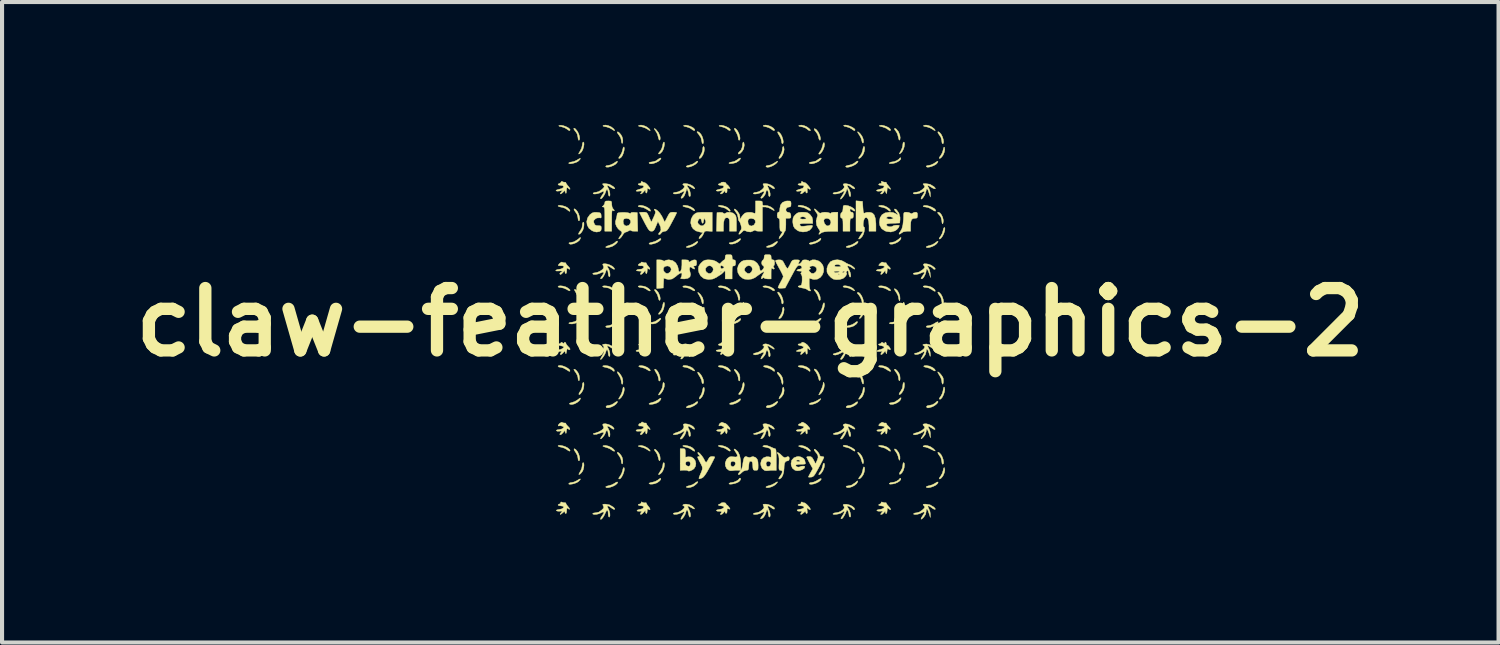
<source format=kicad_pcb>
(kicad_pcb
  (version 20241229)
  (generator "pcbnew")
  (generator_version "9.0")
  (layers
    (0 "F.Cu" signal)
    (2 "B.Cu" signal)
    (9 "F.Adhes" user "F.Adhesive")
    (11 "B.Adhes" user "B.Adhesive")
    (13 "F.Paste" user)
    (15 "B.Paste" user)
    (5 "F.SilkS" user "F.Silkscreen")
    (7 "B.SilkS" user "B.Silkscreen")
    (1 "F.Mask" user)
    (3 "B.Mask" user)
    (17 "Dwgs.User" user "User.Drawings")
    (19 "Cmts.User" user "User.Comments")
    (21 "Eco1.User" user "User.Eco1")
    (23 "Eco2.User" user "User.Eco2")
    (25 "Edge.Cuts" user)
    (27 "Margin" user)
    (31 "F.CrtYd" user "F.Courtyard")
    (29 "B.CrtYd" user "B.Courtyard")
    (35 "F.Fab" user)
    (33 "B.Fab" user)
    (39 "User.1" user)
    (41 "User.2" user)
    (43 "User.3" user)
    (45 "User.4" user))
  (footprint "claw-feather-graphics-2"
    (layer "F.Cu")
    (at 15.284 4.823)
    (property "Reference" "claw-feather-graphics-2" (at 0 0 0) (layer "F.SilkS") (effects (font (size 1.524 1.524) (thickness 0.3))))
    (attr through_hole)
    (fp_poly (pts (xy -4.152 -2.045) (xy -4.176 -2.002) (xy -4.225 -1.961) (xy -4.287 -1.929) (xy -4.35 -1.909) (xy -4.403 -1.906) (xy -4.433 -1.924) (xy -4.428 -1.942) (xy -4.392 -1.947) (xy -4.304 -1.966) (xy -4.213 -2.024) (xy -4.194 -2.04) (xy -4.16 -2.069) (xy -4.149 -2.069) (xy -4.152 -2.045)) (stroke (width 0.01) (type solid)) (fill yes) (layer "F.SilkS"))
    (fp_poly (pts (xy -3.471 -4.804) (xy -3.4 -4.773) (xy -3.345 -4.731) (xy -3.315 -4.693) (xy -3.317 -4.68) (xy -3.346 -4.692) (xy -3.387 -4.72) (xy -3.442 -4.749) (xy -3.513 -4.772) (xy -3.532 -4.775) (xy -3.587 -4.786) (xy -3.603 -4.797) (xy -3.591 -4.809) (xy -3.539 -4.817) (xy -3.471 -4.804)) (stroke (width 0.01) (type solid)) (fill yes) (layer "F.SilkS"))
    (fp_poly (pts (xy -2.603 -4.804) (xy -2.533 -4.773) (xy -2.477 -4.731) (xy -2.447 -4.693) (xy -2.449 -4.68) (xy -2.478 -4.692) (xy -2.519 -4.72) (xy -2.574 -4.749) (xy -2.645 -4.772) (xy -2.665 -4.775) (xy -2.719 -4.786) (xy -2.735 -4.797) (xy -2.723 -4.809) (xy -2.671 -4.817) (xy -2.603 -4.804)) (stroke (width 0.01) (type solid)) (fill yes) (layer "F.SilkS"))
    (fp_poly (pts (xy -2.596 3.028) (xy -2.524 3.063) (xy -2.477 3.101) (xy -2.447 3.138) (xy -2.449 3.152) (xy -2.479 3.14) (xy -2.523 3.11) (xy -2.581 3.078) (xy -2.654 3.054) (xy -2.671 3.05) (xy -2.724 3.038) (xy -2.739 3.027) (xy -2.724 3.017) (xy -2.667 3.011) (xy -2.596 3.028)) (stroke (width 0.01) (type solid)) (fill yes) (layer "F.SilkS"))
    (fp_poly (pts (xy -2.585 1.073) (xy -2.506 1.11) (xy -2.458 1.15) (xy -2.442 1.181) (xy -2.456 1.192) (xy -2.489 1.18) (xy -2.516 1.162) (xy -2.571 1.131) (xy -2.64 1.11) (xy -2.648 1.108) (xy -2.706 1.094) (xy -2.728 1.077) (xy -2.714 1.064) (xy -2.666 1.058) (xy -2.585 1.073)) (stroke (width 0.01) (type solid)) (fill yes) (layer "F.SilkS"))
    (fp_poly (pts (xy -2.33 -4.728) (xy -2.305 -4.708) (xy -2.246 -4.635) (xy -2.209 -4.551) (xy -2.201 -4.499) (xy -2.207 -4.455) (xy -2.221 -4.448) (xy -2.238 -4.474) (xy -2.251 -4.526) (xy -2.271 -4.596) (xy -2.303 -4.657) (xy -2.307 -4.662) (xy -2.34 -4.709) (xy -2.348 -4.733) (xy -2.33 -4.728)) (stroke (width 0.01) (type solid)) (fill yes) (layer "F.SilkS"))
    (fp_poly (pts (xy -2.296 -0.782) (xy -2.247 -0.723) (xy -2.212 -0.645) (xy -2.201 -0.583) (xy -2.207 -0.539) (xy -2.222 -0.532) (xy -2.239 -0.559) (xy -2.251 -0.606) (xy -2.272 -0.674) (xy -2.308 -0.731) (xy -2.31 -0.733) (xy -2.338 -0.773) (xy -2.341 -0.798) (xy -2.321 -0.799) (xy -2.296 -0.782)) (stroke (width 0.01) (type solid)) (fill yes) (layer "F.SilkS"))
    (fp_poly (pts (xy -1.261 -0.718) (xy -1.219 -0.679) (xy -1.166 -0.597) (xy -1.149 -0.532) (xy -1.147 -0.471) (xy -1.158 -0.446) (xy -1.174 -0.458) (xy -1.19 -0.509) (xy -1.192 -0.519) (xy -1.213 -0.589) (xy -1.249 -0.656) (xy -1.25 -0.658) (xy -1.281 -0.709) (xy -1.284 -0.73) (xy -1.261 -0.718)) (stroke (width 0.01) (type solid)) (fill yes) (layer "F.SilkS"))
    (fp_poly (pts (xy 1.625 -0.773) (xy 1.67 -0.714) (xy 1.701 -0.638) (xy 1.707 -0.608) (xy 1.71 -0.55) (xy 1.698 -0.53) (xy 1.68 -0.547) (xy 1.663 -0.603) (xy 1.64 -0.669) (xy 1.6 -0.734) (xy 1.593 -0.742) (xy 1.561 -0.784) (xy 1.556 -0.801) (xy 1.576 -0.801) (xy 1.625 -0.773)) (stroke (width 0.01) (type solid)) (fill yes) (layer "F.SilkS"))
    (fp_poly (pts (xy 2.622 3.903) (xy 2.597 3.946) (xy 2.549 3.986) (xy 2.487 4.019) (xy 2.423 4.039) (xy 2.37 4.042) (xy 2.34 4.024) (xy 2.346 4.006) (xy 2.381 4) (xy 2.47 3.982) (xy 2.561 3.924) (xy 2.579 3.908) (xy 2.613 3.879) (xy 2.624 3.879) (xy 2.622 3.903)) (stroke (width 0.01) (type solid)) (fill yes) (layer "F.SilkS"))
    (fp_poly (pts (xy 3.549 3.101) (xy 3.575 3.12) (xy 3.628 3.192) (xy 3.656 3.28) (xy 3.657 3.337) (xy 3.648 3.373) (xy 3.637 3.368) (xy 3.636 3.365) (xy 3.622 3.322) (xy 3.609 3.27) (xy 3.583 3.206) (xy 3.551 3.159) (xy 3.523 3.118) (xy 3.524 3.096) (xy 3.549 3.101)) (stroke (width 0.01) (type solid)) (fill yes) (layer "F.SilkS"))
    (fp_poly (pts (xy 3.68 1.873) (xy 3.655 1.917) (xy 3.606 1.958) (xy 3.544 1.99) (xy 3.48 2.008) (xy 3.427 2.009) (xy 3.397 1.99) (xy 3.405 1.974) (xy 3.44 1.968) (xy 3.528 1.95) (xy 3.619 1.892) (xy 3.638 1.876) (xy 3.672 1.847) (xy 3.683 1.846) (xy 3.68 1.873)) (stroke (width 0.01) (type solid)) (fill yes) (layer "F.SilkS"))
    (fp_poly (pts (xy 3.68 -2.045) (xy 3.656 -2.002) (xy 3.607 -1.961) (xy 3.545 -1.929) (xy 3.482 -1.909) (xy 3.429 -1.906) (xy 3.399 -1.924) (xy 3.404 -1.942) (xy 3.44 -1.947) (xy 3.528 -1.966) (xy 3.619 -2.024) (xy 3.638 -2.04) (xy 3.671 -2.069) (xy 3.683 -2.069) (xy 3.68 -2.045)) (stroke (width 0.01) (type solid)) (fill yes) (layer "F.SilkS"))
    (fp_poly (pts (xy 4.361 -4.804) (xy 4.431 -4.773) (xy 4.487 -4.731) (xy 4.517 -4.693) (xy 4.515 -4.68) (xy 4.486 -4.692) (xy 4.445 -4.72) (xy 4.39 -4.749) (xy 4.318 -4.772) (xy 4.299 -4.775) (xy 4.245 -4.786) (xy 4.228 -4.797) (xy 4.241 -4.809) (xy 4.292 -4.817) (xy 4.361 -4.804)) (stroke (width 0.01) (type solid)) (fill yes) (layer "F.SilkS"))
    (fp_poly (pts (xy 4.379 1.073) (xy 4.458 1.11) (xy 4.506 1.15) (xy 4.522 1.181) (xy 4.508 1.192) (xy 4.474 1.18) (xy 4.448 1.162) (xy 4.393 1.131) (xy 4.324 1.11) (xy 4.315 1.108) (xy 4.258 1.094) (xy 4.235 1.077) (xy 4.249 1.064) (xy 4.298 1.058) (xy 4.379 1.073)) (stroke (width 0.01) (type solid)) (fill yes) (layer "F.SilkS"))
    (fp_poly (pts (xy -4.568 -4.802) (xy -4.502 -4.778) (xy -4.445 -4.748) (xy -4.409 -4.715) (xy -4.403 -4.699) (xy -4.414 -4.68) (xy -4.449 -4.694) (xy -4.485 -4.721) (xy -4.539 -4.752) (xy -4.608 -4.774) (xy -4.619 -4.776) (xy -4.67 -4.788) (xy -4.681 -4.8) (xy -4.673 -4.807) (xy -4.629 -4.813) (xy -4.568 -4.802)) (stroke (width 0.01) (type solid)) (fill yes) (layer "F.SilkS"))
    (fp_poly (pts (xy -4.264 -2.751) (xy -4.227 -2.707) (xy -4.197 -2.649) (xy -4.176 -2.585) (xy -4.167 -2.528) (xy -4.172 -2.489) (xy -4.191 -2.477) (xy -4.205 -2.495) (xy -4.212 -2.541) (xy -4.212 -2.549) (xy -4.233 -2.634) (xy -4.268 -2.687) (xy -4.3 -2.734) (xy -4.31 -2.764) (xy -4.296 -2.771) (xy -4.264 -2.751)) (stroke (width 0.01) (type solid)) (fill yes) (layer "F.SilkS"))
    (fp_poly (pts (xy -3.241 0.004) (xy -3.26 0.033) (xy -3.304 0.069) (xy -3.363 0.1) (xy -3.426 0.121) (xy -3.483 0.13) (xy -3.523 0.124) (xy -3.535 0.106) (xy -3.517 0.091) (xy -3.474 0.085) (xy -3.419 0.073) (xy -3.354 0.043) (xy -3.334 0.031) (xy -3.279 -0.002) (xy -3.246 -0.011) (xy -3.241 0.004)) (stroke (width 0.01) (type solid)) (fill yes) (layer "F.SilkS"))
    (fp_poly (pts (xy -2.65 -2.854) (xy -2.584 -2.836) (xy -2.518 -2.807) (xy -2.465 -2.771) (xy -2.439 -2.735) (xy -2.44 -2.713) (xy -2.469 -2.72) (xy -2.526 -2.756) (xy -2.538 -2.764) (xy -2.611 -2.801) (xy -2.682 -2.815) (xy -2.731 -2.821) (xy -2.74 -2.837) (xy -2.74 -2.839) (xy -2.706 -2.856) (xy -2.65 -2.854)) (stroke (width 0.01) (type solid)) (fill yes) (layer "F.SilkS"))
    (fp_poly (pts (xy -2.294 1.166) (xy -2.26 1.208) (xy -2.231 1.266) (xy -2.21 1.329) (xy -2.201 1.387) (xy -2.205 1.427) (xy -2.223 1.439) (xy -2.238 1.421) (xy -2.244 1.379) (xy -2.256 1.323) (xy -2.285 1.258) (xy -2.298 1.239) (xy -2.33 1.183) (xy -2.339 1.151) (xy -2.324 1.146) (xy -2.294 1.166)) (stroke (width 0.01) (type solid)) (fill yes) (layer "F.SilkS"))
    (fp_poly (pts (xy -2.182 -4) (xy -2.202 -3.968) (xy -2.246 -3.931) (xy -2.304 -3.901) (xy -2.368 -3.879) (xy -2.425 -3.87) (xy -2.464 -3.876) (xy -2.477 -3.895) (xy -2.458 -3.909) (xy -2.412 -3.916) (xy -2.404 -3.916) (xy -2.319 -3.936) (xy -2.266 -3.971) (xy -2.219 -4.004) (xy -2.189 -4.013) (xy -2.182 -4)) (stroke (width 0.01) (type solid)) (fill yes) (layer "F.SilkS"))
    (fp_poly (pts (xy -1.521 -4.804) (xy -1.455 -4.781) (xy -1.397 -4.75) (xy -1.361 -4.715) (xy -1.355 -4.698) (xy -1.367 -4.68) (xy -1.403 -4.695) (xy -1.437 -4.721) (xy -1.491 -4.752) (xy -1.56 -4.774) (xy -1.571 -4.776) (xy -1.621 -4.788) (xy -1.632 -4.802) (xy -1.627 -4.806) (xy -1.583 -4.815) (xy -1.521 -4.804)) (stroke (width 0.01) (type solid)) (fill yes) (layer "F.SilkS"))
    (fp_poly (pts (xy -0.652 -4.802) (xy -0.586 -4.778) (xy -0.529 -4.748) (xy -0.493 -4.715) (xy -0.487 -4.699) (xy -0.498 -4.68) (xy -0.533 -4.694) (xy -0.569 -4.721) (xy -0.623 -4.752) (xy -0.693 -4.774) (xy -0.703 -4.776) (xy -0.754 -4.788) (xy -0.765 -4.8) (xy -0.757 -4.807) (xy -0.714 -4.813) (xy -0.652 -4.802)) (stroke (width 0.01) (type solid)) (fill yes) (layer "F.SilkS"))
    (fp_poly (pts (xy -0.348 -4.719) (xy -0.312 -4.676) (xy -0.281 -4.617) (xy -0.26 -4.554) (xy -0.251 -4.497) (xy -0.257 -4.457) (xy -0.275 -4.445) (xy -0.29 -4.463) (xy -0.296 -4.506) (xy -0.308 -4.561) (xy -0.338 -4.626) (xy -0.35 -4.646) (xy -0.383 -4.701) (xy -0.392 -4.734) (xy -0.377 -4.739) (xy -0.348 -4.719)) (stroke (width 0.01) (type solid)) (fill yes) (layer "F.SilkS"))
    (fp_poly (pts (xy -0.241 -3.992) (xy -0.274 -3.95) (xy -0.279 -3.945) (xy -0.349 -3.899) (xy -0.435 -3.879) (xy -0.497 -3.875) (xy -0.522 -3.881) (xy -0.521 -3.892) (xy -0.49 -3.909) (xy -0.445 -3.916) (xy -0.386 -3.93) (xy -0.324 -3.967) (xy -0.318 -3.971) (xy -0.268 -4.006) (xy -0.241 -4.012) (xy -0.241 -3.992)) (stroke (width 0.01) (type solid)) (fill yes) (layer "F.SilkS"))
    (fp_poly (pts (xy -0.24 1.895) (xy -0.256 1.918) (xy -0.297 1.952) (xy -0.353 1.981) (xy -0.413 2.002) (xy -0.466 2.011) (xy -0.501 2.005) (xy -0.508 1.992) (xy -0.49 1.976) (xy -0.444 1.961) (xy -0.436 1.96) (xy -0.367 1.936) (xy -0.308 1.902) (xy -0.263 1.874) (xy -0.238 1.873) (xy -0.24 1.895)) (stroke (width 0.01) (type solid)) (fill yes) (layer "F.SilkS"))
    (fp_poly (pts (xy -0.236 -2.028) (xy -0.256 -1.997) (xy -0.304 -1.958) (xy -0.367 -1.928) (xy -0.432 -1.91) (xy -0.487 -1.909) (xy -0.519 -1.926) (xy -0.511 -1.941) (xy -0.47 -1.947) (xy -0.47 -1.947) (xy -0.414 -1.959) (xy -0.348 -1.989) (xy -0.329 -2.001) (xy -0.273 -2.034) (xy -0.241 -2.043) (xy -0.236 -2.028)) (stroke (width 0.01) (type solid)) (fill yes) (layer "F.SilkS"))
    (fp_poly (pts (xy 0.437 -4.806) (xy 0.503 -4.78) (xy 0.558 -4.746) (xy 0.59 -4.71) (xy 0.593 -4.696) (xy 0.58 -4.679) (xy 0.542 -4.697) (xy 0.511 -4.721) (xy 0.456 -4.752) (xy 0.387 -4.774) (xy 0.376 -4.776) (xy 0.326 -4.787) (xy 0.313 -4.798) (xy 0.326 -4.809) (xy 0.373 -4.817) (xy 0.437 -4.806)) (stroke (width 0.01) (type solid)) (fill yes) (layer "F.SilkS"))
    (fp_poly (pts (xy 0.667 -3.922) (xy 0.644 -3.892) (xy 0.594 -3.85) (xy 0.533 -3.816) (xy 0.472 -3.793) (xy 0.42 -3.785) (xy 0.387 -3.795) (xy 0.381 -3.81) (xy 0.399 -3.825) (xy 0.44 -3.831) (xy 0.494 -3.843) (xy 0.558 -3.873) (xy 0.576 -3.884) (xy 0.637 -3.922) (xy 0.667 -3.935) (xy 0.667 -3.922)) (stroke (width 0.01) (type solid)) (fill yes) (layer "F.SilkS"))
    (fp_poly (pts (xy 0.712 -4.633) (xy 0.746 -4.592) (xy 0.775 -4.534) (xy 0.796 -4.47) (xy 0.805 -4.413) (xy 0.8 -4.373) (xy 0.783 -4.36) (xy 0.768 -4.379) (xy 0.762 -4.421) (xy 0.75 -4.476) (xy 0.72 -4.541) (xy 0.708 -4.561) (xy 0.675 -4.617) (xy 0.666 -4.649) (xy 0.682 -4.653) (xy 0.712 -4.633)) (stroke (width 0.01) (type solid)) (fill yes) (layer "F.SilkS"))
    (fp_poly (pts (xy 0.712 -0.717) (xy 0.746 -0.676) (xy 0.775 -0.618) (xy 0.796 -0.555) (xy 0.805 -0.497) (xy 0.8 -0.457) (xy 0.783 -0.445) (xy 0.768 -0.463) (xy 0.762 -0.505) (xy 0.75 -0.56) (xy 0.72 -0.625) (xy 0.708 -0.645) (xy 0.675 -0.701) (xy 0.666 -0.733) (xy 0.682 -0.738) (xy 0.712 -0.717)) (stroke (width 0.01) (type solid)) (fill yes) (layer "F.SilkS"))
    (fp_poly (pts (xy 1.313 -4.804) (xy 1.383 -4.773) (xy 1.439 -4.731) (xy 1.469 -4.695) (xy 1.467 -4.679) (xy 1.457 -4.678) (xy 1.419 -4.692) (xy 1.387 -4.719) (xy 1.343 -4.748) (xy 1.277 -4.771) (xy 1.254 -4.775) (xy 1.198 -4.786) (xy 1.181 -4.797) (xy 1.193 -4.809) (xy 1.244 -4.817) (xy 1.313 -4.804)) (stroke (width 0.01) (type solid)) (fill yes) (layer "F.SilkS"))
    (fp_poly (pts (xy 1.612 -4.707) (xy 1.614 -4.706) (xy 1.66 -4.647) (xy 1.697 -4.57) (xy 1.714 -4.497) (xy 1.714 -4.488) (xy 1.708 -4.45) (xy 1.694 -4.448) (xy 1.677 -4.476) (xy 1.665 -4.526) (xy 1.64 -4.597) (xy 1.599 -4.656) (xy 1.566 -4.696) (xy 1.559 -4.723) (xy 1.575 -4.73) (xy 1.612 -4.707)) (stroke (width 0.01) (type solid)) (fill yes) (layer "F.SilkS"))
    (fp_poly (pts (xy 1.733 3.835) (xy 1.714 3.864) (xy 1.67 3.901) (xy 1.611 3.931) (xy 1.548 3.952) (xy 1.491 3.961) (xy 1.451 3.956) (xy 1.439 3.937) (xy 1.458 3.922) (xy 1.5 3.916) (xy 1.555 3.904) (xy 1.62 3.874) (xy 1.64 3.862) (xy 1.695 3.829) (xy 1.728 3.82) (xy 1.733 3.835)) (stroke (width 0.01) (type solid)) (fill yes) (layer "F.SilkS"))
    (fp_poly (pts (xy 1.734 -4) (xy 1.714 -3.968) (xy 1.67 -3.931) (xy 1.611 -3.901) (xy 1.548 -3.879) (xy 1.491 -3.87) (xy 1.451 -3.876) (xy 1.439 -3.895) (xy 1.458 -3.909) (xy 1.503 -3.916) (xy 1.512 -3.916) (xy 1.597 -3.936) (xy 1.65 -3.971) (xy 1.697 -4.004) (xy 1.727 -4.013) (xy 1.734 -4)) (stroke (width 0.01) (type solid)) (fill yes) (layer "F.SilkS"))
    (fp_poly (pts (xy 2.362 3.015) (xy 2.425 3.04) (xy 2.487 3.071) (xy 2.536 3.104) (xy 2.557 3.127) (xy 2.554 3.151) (xy 2.527 3.144) (xy 2.479 3.111) (xy 2.424 3.079) (xy 2.355 3.057) (xy 2.347 3.056) (xy 2.292 3.042) (xy 2.267 3.025) (xy 2.274 3.011) (xy 2.313 3.006) (xy 2.362 3.015)) (stroke (width 0.01) (type solid)) (fill yes) (layer "F.SilkS"))
    (fp_poly (pts (xy 2.375 -4.809) (xy 2.441 -4.787) (xy 2.502 -4.757) (xy 2.547 -4.724) (xy 2.561 -4.698) (xy 2.549 -4.68) (xy 2.513 -4.695) (xy 2.479 -4.721) (xy 2.424 -4.752) (xy 2.355 -4.774) (xy 2.346 -4.776) (xy 2.294 -4.789) (xy 2.279 -4.805) (xy 2.282 -4.809) (xy 2.317 -4.818) (xy 2.375 -4.809)) (stroke (width 0.01) (type solid)) (fill yes) (layer "F.SilkS"))
    (fp_poly (pts (xy 2.642 -4.647) (xy 2.681 -4.609) (xy 2.695 -4.594) (xy 2.736 -4.532) (xy 2.761 -4.466) (xy 2.768 -4.409) (xy 2.757 -4.378) (xy 2.74 -4.381) (xy 2.726 -4.423) (xy 2.724 -4.435) (xy 2.702 -4.504) (xy 2.665 -4.573) (xy 2.656 -4.585) (xy 2.625 -4.633) (xy 2.621 -4.654) (xy 2.642 -4.647)) (stroke (width 0.01) (type solid)) (fill yes) (layer "F.SilkS"))
    (fp_poly (pts (xy 2.649 3.186) (xy 2.688 3.222) (xy 2.725 3.275) (xy 2.752 3.339) (xy 2.767 3.4) (xy 2.764 3.444) (xy 2.758 3.452) (xy 2.741 3.452) (xy 2.727 3.412) (xy 2.724 3.397) (xy 2.702 3.328) (xy 2.665 3.259) (xy 2.656 3.247) (xy 2.625 3.198) (xy 2.624 3.176) (xy 2.649 3.186)) (stroke (width 0.01) (type solid)) (fill yes) (layer "F.SilkS"))
    (fp_poly (pts (xy 3.263 -4.804) (xy 3.329 -4.781) (xy 3.387 -4.75) (xy 3.423 -4.715) (xy 3.429 -4.698) (xy 3.417 -4.68) (xy 3.381 -4.695) (xy 3.347 -4.721) (xy 3.292 -4.752) (xy 3.223 -4.774) (xy 3.213 -4.776) (xy 3.162 -4.788) (xy 3.151 -4.802) (xy 3.156 -4.806) (xy 3.201 -4.815) (xy 3.263 -4.804)) (stroke (width 0.01) (type solid)) (fill yes) (layer "F.SilkS"))
    (fp_poly (pts (xy 3.567 -4.719) (xy 3.619 -4.656) (xy 3.653 -4.572) (xy 3.662 -4.51) (xy 3.656 -4.459) (xy 3.643 -4.447) (xy 3.627 -4.471) (xy 3.614 -4.528) (xy 3.613 -4.532) (xy 3.594 -4.601) (xy 3.561 -4.661) (xy 3.554 -4.669) (xy 3.525 -4.709) (xy 3.522 -4.735) (xy 3.542 -4.736) (xy 3.567 -4.719)) (stroke (width 0.01) (type solid)) (fill yes) (layer "F.SilkS"))
    (fp_poly (pts (xy 4.59 0.004) (xy 4.571 0.033) (xy 4.528 0.069) (xy 4.469 0.1) (xy 4.406 0.121) (xy 4.349 0.13) (xy 4.309 0.124) (xy 4.297 0.106) (xy 4.315 0.091) (xy 4.357 0.085) (xy 4.413 0.073) (xy 4.478 0.043) (xy 4.497 0.031) (xy 4.553 -0.002) (xy 4.585 -0.011) (xy 4.59 0.004)) (stroke (width 0.01) (type solid)) (fill yes) (layer "F.SilkS"))
    (fp_poly (pts (xy 4.626 -4.635) (xy 4.663 -4.591) (xy 4.693 -4.532) (xy 4.714 -4.469) (xy 4.723 -4.412) (xy 4.718 -4.372) (xy 4.699 -4.36) (xy 4.685 -4.379) (xy 4.678 -4.424) (xy 4.678 -4.433) (xy 4.657 -4.518) (xy 4.622 -4.571) (xy 4.59 -4.618) (xy 4.58 -4.648) (xy 4.594 -4.655) (xy 4.626 -4.635)) (stroke (width 0.01) (type solid)) (fill yes) (layer "F.SilkS"))
    (fp_poly (pts (xy 4.626 -0.719) (xy 4.663 -0.675) (xy 4.693 -0.617) (xy 4.714 -0.553) (xy 4.723 -0.496) (xy 4.718 -0.457) (xy 4.699 -0.445) (xy 4.685 -0.463) (xy 4.678 -0.509) (xy 4.678 -0.517) (xy 4.657 -0.602) (xy 4.622 -0.655) (xy 4.59 -0.702) (xy 4.58 -0.732) (xy 4.594 -0.739) (xy 4.626 -0.719)) (stroke (width 0.01) (type solid)) (fill yes) (layer "F.SilkS"))
    (fp_poly (pts (xy 4.626 3.197) (xy 4.663 3.24) (xy 4.693 3.299) (xy 4.714 3.363) (xy 4.723 3.419) (xy 4.718 3.459) (xy 4.699 3.471) (xy 4.685 3.453) (xy 4.678 3.407) (xy 4.678 3.399) (xy 4.657 3.313) (xy 4.622 3.26) (xy 4.59 3.214) (xy 4.58 3.184) (xy 4.594 3.177) (xy 4.626 3.197)) (stroke (width 0.01) (type solid)) (fill yes) (layer "F.SilkS"))
    (fp_poly (pts (xy -4.583 1.068) (xy -4.52 1.092) (xy -4.463 1.123) (xy -4.421 1.157) (xy -4.408 1.18) (xy -4.409 1.202) (xy -4.436 1.196) (xy -4.491 1.162) (xy -4.506 1.152) (xy -4.568 1.119) (xy -4.628 1.101) (xy -4.639 1.101) (xy -4.682 1.094) (xy -4.699 1.079) (xy -4.683 1.059) (xy -4.64 1.056) (xy -4.583 1.068)) (stroke (width 0.01) (type solid)) (fill yes) (layer "F.SilkS"))
    (fp_poly (pts (xy -4.264 3.112) (xy -4.227 3.156) (xy -4.197 3.215) (xy -4.176 3.278) (xy -4.167 3.335) (xy -4.172 3.375) (xy -4.191 3.387) (xy -4.206 3.368) (xy -4.212 3.323) (xy -4.212 3.32) (xy -4.227 3.252) (xy -4.266 3.182) (xy -4.267 3.181) (xy -4.3 3.131) (xy -4.309 3.099) (xy -4.295 3.092) (xy -4.264 3.112)) (stroke (width 0.01) (type solid)) (fill yes) (layer "F.SilkS"))
    (fp_poly (pts (xy -4.254 -0.786) (xy -4.219 -0.74) (xy -4.189 -0.679) (xy -4.172 -0.617) (xy -4.17 -0.595) (xy -4.176 -0.55) (xy -4.19 -0.529) (xy -4.191 -0.529) (xy -4.206 -0.547) (xy -4.212 -0.59) (xy -4.224 -0.646) (xy -4.254 -0.71) (xy -4.264 -0.727) (xy -4.294 -0.778) (xy -4.297 -0.801) (xy -4.287 -0.804) (xy -4.254 -0.786)) (stroke (width 0.01) (type solid)) (fill yes) (layer "F.SilkS"))
    (fp_poly (pts (xy -4.162 -3.979) (xy -4.2 -3.938) (xy -4.239 -3.913) (xy -4.293 -3.893) (xy -4.35 -3.878) (xy -4.4 -3.871) (xy -4.433 -3.875) (xy -4.436 -3.891) (xy -4.436 -3.892) (xy -4.406 -3.909) (xy -4.362 -3.916) (xy -4.307 -3.928) (xy -4.243 -3.957) (xy -4.226 -3.968) (xy -4.173 -3.999) (xy -4.151 -4.002) (xy -4.162 -3.979)) (stroke (width 0.01) (type solid)) (fill yes) (layer "F.SilkS"))
    (fp_poly (pts (xy -4.162 3.853) (xy -4.2 3.893) (xy -4.239 3.918) (xy -4.293 3.939) (xy -4.35 3.954) (xy -4.4 3.96) (xy -4.433 3.957) (xy -4.436 3.94) (xy -4.436 3.94) (xy -4.406 3.922) (xy -4.362 3.916) (xy -4.307 3.904) (xy -4.243 3.874) (xy -4.226 3.864) (xy -4.173 3.832) (xy -4.151 3.83) (xy -4.162 3.853)) (stroke (width 0.01) (type solid)) (fill yes) (layer "F.SilkS"))
    (fp_poly (pts (xy -4.066 -4.385) (xy -4.064 -4.341) (xy -4.074 -4.282) (xy -4.092 -4.222) (xy -4.118 -4.171) (xy -4.129 -4.158) (xy -4.173 -4.116) (xy -4.194 -4.109) (xy -4.188 -4.135) (xy -4.159 -4.183) (xy -4.123 -4.254) (xy -4.107 -4.324) (xy -4.106 -4.332) (xy -4.1 -4.379) (xy -4.085 -4.402) (xy -4.082 -4.403) (xy -4.066 -4.385)) (stroke (width 0.01) (type solid)) (fill yes) (layer "F.SilkS"))
    (fp_poly (pts (xy -3.462 3.029) (xy -3.391 3.063) (xy -3.345 3.101) (xy -3.315 3.138) (xy -3.318 3.153) (xy -3.326 3.154) (xy -3.364 3.14) (xy -3.391 3.119) (xy -3.432 3.093) (xy -3.495 3.068) (xy -3.528 3.058) (xy -3.585 3.041) (xy -3.605 3.027) (xy -3.592 3.016) (xy -3.591 3.016) (xy -3.534 3.011) (xy -3.462 3.029)) (stroke (width 0.01) (type solid)) (fill yes) (layer "F.SilkS"))
    (fp_poly (pts (xy -3.247 1.955) (xy -3.279 1.998) (xy -3.281 2) (xy -3.331 2.04) (xy -3.395 2.071) (xy -3.457 2.089) (xy -3.506 2.09) (xy -3.52 2.082) (xy -3.527 2.057) (xy -3.499 2.038) (xy -3.451 2.032) (xy -3.392 2.017) (xy -3.329 1.981) (xy -3.324 1.976) (xy -3.274 1.942) (xy -3.247 1.935) (xy -3.247 1.955)) (stroke (width 0.01) (type solid)) (fill yes) (layer "F.SilkS"))
    (fp_poly (pts (xy -3.246 -3.923) (xy -3.258 -3.897) (xy -3.291 -3.862) (xy -3.343 -3.83) (xy -3.405 -3.805) (xy -3.464 -3.79) (xy -3.511 -3.788) (xy -3.534 -3.804) (xy -3.535 -3.81) (xy -3.517 -3.825) (xy -3.474 -3.831) (xy -3.419 -3.843) (xy -3.354 -3.873) (xy -3.336 -3.884) (xy -3.278 -3.922) (xy -3.25 -3.934) (xy -3.246 -3.923)) (stroke (width 0.01) (type solid)) (fill yes) (layer "F.SilkS"))
    (fp_poly (pts (xy -3.243 3.923) (xy -3.258 3.945) (xy -3.299 3.979) (xy -3.356 4.009) (xy -3.42 4.031) (xy -3.478 4.043) (xy -3.52 4.041) (xy -3.535 4.024) (xy -3.516 4.01) (xy -3.47 3.996) (xy -3.453 3.993) (xy -3.382 3.972) (xy -3.319 3.938) (xy -3.315 3.935) (xy -3.271 3.908) (xy -3.244 3.904) (xy -3.243 3.923)) (stroke (width 0.01) (type solid)) (fill yes) (layer "F.SilkS"))
    (fp_poly (pts (xy -3.206 -0.719) (xy -3.169 -0.675) (xy -3.139 -0.617) (xy -3.117 -0.553) (xy -3.108 -0.496) (xy -3.114 -0.457) (xy -3.133 -0.445) (xy -3.147 -0.463) (xy -3.154 -0.508) (xy -3.154 -0.511) (xy -3.169 -0.579) (xy -3.208 -0.649) (xy -3.209 -0.65) (xy -3.241 -0.701) (xy -3.251 -0.732) (xy -3.237 -0.739) (xy -3.206 -0.719)) (stroke (width 0.01) (type solid)) (fill yes) (layer "F.SilkS"))
    (fp_poly (pts (xy -3.086 1.595) (xy -3.078 1.644) (xy -3.09 1.712) (xy -3.117 1.782) (xy -3.154 1.837) (xy -3.195 1.876) (xy -3.215 1.881) (xy -3.217 1.871) (xy -3.206 1.847) (xy -3.179 1.805) (xy -3.176 1.8) (xy -3.145 1.74) (xy -3.123 1.667) (xy -3.12 1.652) (xy -3.109 1.598) (xy -3.097 1.583) (xy -3.086 1.595)) (stroke (width 0.01) (type solid)) (fill yes) (layer "F.SilkS"))
    (fp_poly (pts (xy -2.19 -0.074) (xy -2.226 -0.032) (xy -2.239 -0.019) (xy -2.304 0.026) (xy -2.375 0.042) (xy -2.393 0.042) (xy -2.447 0.038) (xy -2.467 0.026) (xy -2.466 0.021) (xy -2.437 0.006) (xy -2.392 0) (xy -2.333 -0.015) (xy -2.271 -0.051) (xy -2.266 -0.056) (xy -2.214 -0.091) (xy -2.187 -0.096) (xy -2.19 -0.074)) (stroke (width 0.01) (type solid)) (fill yes) (layer "F.SilkS"))
    (fp_poly (pts (xy -2.184 -2.025) (xy -2.199 -2.003) (xy -2.24 -1.969) (xy -2.298 -1.939) (xy -2.362 -1.917) (xy -2.42 -1.905) (xy -2.462 -1.907) (xy -2.477 -1.923) (xy -2.458 -1.938) (xy -2.411 -1.952) (xy -2.395 -1.955) (xy -2.324 -1.976) (xy -2.261 -2.01) (xy -2.256 -2.013) (xy -2.212 -2.04) (xy -2.186 -2.044) (xy -2.184 -2.025)) (stroke (width 0.01) (type solid)) (fill yes) (layer "F.SilkS"))
    (fp_poly (pts (xy -1.531 1.067) (xy -1.47 1.088) (xy -1.418 1.115) (xy -1.401 1.129) (xy -1.363 1.173) (xy -1.359 1.192) (xy -1.387 1.186) (xy -1.446 1.154) (xy -1.45 1.152) (xy -1.515 1.12) (xy -1.576 1.102) (xy -1.593 1.101) (xy -1.635 1.093) (xy -1.651 1.077) (xy -1.634 1.059) (xy -1.59 1.057) (xy -1.531 1.067)) (stroke (width 0.01) (type solid)) (fill yes) (layer "F.SilkS"))
    (fp_poly (pts (xy -1.525 -2.846) (xy -1.448 -2.815) (xy -1.388 -2.776) (xy -1.378 -2.765) (xy -1.357 -2.73) (xy -1.366 -2.72) (xy -1.399 -2.734) (xy -1.426 -2.753) (xy -1.486 -2.786) (xy -1.558 -2.808) (xy -1.567 -2.809) (xy -1.623 -2.822) (xy -1.649 -2.838) (xy -1.642 -2.852) (xy -1.598 -2.857) (xy -1.597 -2.857) (xy -1.525 -2.846)) (stroke (width 0.01) (type solid)) (fill yes) (layer "F.SilkS"))
    (fp_poly (pts (xy -1.282 -3.925) (xy -1.304 -3.892) (xy -1.349 -3.854) (xy -1.408 -3.821) (xy -1.47 -3.798) (xy -1.523 -3.788) (xy -1.558 -3.793) (xy -1.566 -3.807) (xy -1.548 -3.822) (xy -1.501 -3.836) (xy -1.486 -3.839) (xy -1.42 -3.859) (xy -1.364 -3.89) (xy -1.36 -3.894) (xy -1.318 -3.926) (xy -1.289 -3.936) (xy -1.282 -3.925)) (stroke (width 0.01) (type solid)) (fill yes) (layer "F.SilkS"))
    (fp_poly (pts (xy -1.278 -0.007) (xy -1.29 0.018) (xy -1.322 0.054) (xy -1.375 0.086) (xy -1.436 0.111) (xy -1.495 0.126) (xy -1.542 0.128) (xy -1.565 0.112) (xy -1.566 0.106) (xy -1.548 0.091) (xy -1.506 0.085) (xy -1.45 0.073) (xy -1.385 0.043) (xy -1.367 0.032) (xy -1.31 -0.006) (xy -1.281 -0.018) (xy -1.278 -0.007)) (stroke (width 0.01) (type solid)) (fill yes) (layer "F.SilkS"))
    (fp_poly (pts (xy -1.252 -4.641) (xy -1.213 -4.601) (xy -1.206 -4.592) (xy -1.177 -4.539) (xy -1.156 -4.478) (xy -1.145 -4.419) (xy -1.147 -4.376) (xy -1.161 -4.36) (xy -1.179 -4.378) (xy -1.185 -4.415) (xy -1.206 -4.506) (xy -1.268 -4.6) (xy -1.276 -4.609) (xy -1.303 -4.642) (xy -1.3 -4.655) (xy -1.286 -4.657) (xy -1.252 -4.641)) (stroke (width 0.01) (type solid)) (fill yes) (layer "F.SilkS"))
    (fp_poly (pts (xy -1.251 1.236) (xy -1.247 1.24) (xy -1.204 1.29) (xy -1.17 1.351) (xy -1.147 1.412) (xy -1.139 1.464) (xy -1.149 1.497) (xy -1.164 1.503) (xy -1.18 1.485) (xy -1.185 1.453) (xy -1.197 1.404) (xy -1.226 1.344) (xy -1.238 1.325) (xy -1.275 1.265) (xy -1.289 1.228) (xy -1.281 1.217) (xy -1.251 1.236)) (stroke (width 0.01) (type solid)) (fill yes) (layer "F.SilkS"))
    (fp_poly (pts (xy -1.129 -0.361) (xy -1.122 -0.318) (xy -1.122 -0.305) (xy -1.132 -0.241) (xy -1.157 -0.175) (xy -1.191 -0.12) (xy -1.226 -0.088) (xy -1.239 -0.085) (xy -1.251 -0.096) (xy -1.235 -0.132) (xy -1.216 -0.162) (xy -1.183 -0.224) (xy -1.165 -0.284) (xy -1.164 -0.298) (xy -1.157 -0.346) (xy -1.143 -0.37) (xy -1.129 -0.361)) (stroke (width 0.01) (type solid)) (fill yes) (layer "F.SilkS"))
    (fp_poly (pts (xy -1.128 1.6) (xy -1.122 1.649) (xy -1.122 1.652) (xy -1.137 1.735) (xy -1.176 1.816) (xy -1.216 1.862) (xy -1.242 1.878) (xy -1.249 1.864) (xy -1.249 1.862) (xy -1.236 1.825) (xy -1.215 1.797) (xy -1.191 1.753) (xy -1.173 1.689) (xy -1.17 1.674) (xy -1.157 1.615) (xy -1.141 1.59) (xy -1.128 1.6)) (stroke (width 0.01) (type solid)) (fill yes) (layer "F.SilkS"))
    (fp_poly (pts (xy -0.663 1.068) (xy -0.602 1.087) (xy -0.552 1.112) (xy -0.538 1.123) (xy -0.494 1.172) (xy -0.483 1.198) (xy -0.503 1.201) (xy -0.551 1.178) (xy -0.591 1.152) (xy -0.652 1.119) (xy -0.712 1.101) (xy -0.723 1.101) (xy -0.766 1.093) (xy -0.783 1.077) (xy -0.766 1.061) (xy -0.721 1.059) (xy -0.663 1.068)) (stroke (width 0.01) (type solid)) (fill yes) (layer "F.SilkS"))
    (fp_poly (pts (xy -0.338 -0.786) (xy -0.303 -0.74) (xy -0.273 -0.679) (xy -0.256 -0.617) (xy -0.254 -0.595) (xy -0.26 -0.55) (xy -0.274 -0.529) (xy -0.275 -0.529) (xy -0.29 -0.547) (xy -0.296 -0.59) (xy -0.308 -0.646) (xy -0.338 -0.71) (xy -0.349 -0.727) (xy -0.379 -0.778) (xy -0.381 -0.801) (xy -0.372 -0.804) (xy -0.338 -0.786)) (stroke (width 0.01) (type solid)) (fill yes) (layer "F.SilkS"))
    (fp_poly (pts (xy 0.436 -0.88) (xy 0.501 -0.857) (xy 0.556 -0.827) (xy 0.589 -0.796) (xy 0.593 -0.783) (xy 0.582 -0.764) (xy 0.548 -0.776) (xy 0.508 -0.804) (xy 0.447 -0.835) (xy 0.388 -0.846) (xy 0.337 -0.853) (xy 0.307 -0.867) (xy 0.307 -0.868) (xy 0.316 -0.882) (xy 0.36 -0.889) (xy 0.374 -0.889) (xy 0.436 -0.88)) (stroke (width 0.01) (type solid)) (fill yes) (layer "F.SilkS"))
    (fp_poly (pts (xy 0.443 1.069) (xy 0.506 1.095) (xy 0.559 1.129) (xy 0.59 1.165) (xy 0.593 1.176) (xy 0.591 1.2) (xy 0.58 1.201) (xy 0.549 1.179) (xy 0.529 1.164) (xy 0.471 1.132) (xy 0.402 1.11) (xy 0.397 1.109) (xy 0.34 1.093) (xy 0.32 1.076) (xy 0.336 1.063) (xy 0.384 1.058) (xy 0.443 1.069)) (stroke (width 0.01) (type solid)) (fill yes) (layer "F.SilkS"))
    (fp_poly (pts (xy 0.655 3.925) (xy 0.616 3.967) (xy 0.57 3.998) (xy 0.513 4.024) (xy 0.454 4.04) (xy 0.407 4.044) (xy 0.382 4.033) (xy 0.381 4.027) (xy 0.4 4.01) (xy 0.445 3.996) (xy 0.455 3.994) (xy 0.526 3.972) (xy 0.592 3.937) (xy 0.594 3.936) (xy 0.645 3.904) (xy 0.666 3.902) (xy 0.655 3.925)) (stroke (width 0.01) (type solid)) (fill yes) (layer "F.SilkS"))
    (fp_poly (pts (xy 0.669 1.955) (xy 0.637 1.998) (xy 0.635 2) (xy 0.585 2.04) (xy 0.521 2.071) (xy 0.459 2.089) (xy 0.41 2.09) (xy 0.396 2.082) (xy 0.389 2.057) (xy 0.417 2.038) (xy 0.465 2.032) (xy 0.524 2.017) (xy 0.586 1.981) (xy 0.592 1.976) (xy 0.642 1.942) (xy 0.669 1.935) (xy 0.669 1.955)) (stroke (width 0.01) (type solid)) (fill yes) (layer "F.SilkS"))
    (fp_poly (pts (xy 1.322 3.029) (xy 1.393 3.063) (xy 1.439 3.101) (xy 1.469 3.138) (xy 1.466 3.153) (xy 1.458 3.154) (xy 1.419 3.14) (xy 1.393 3.119) (xy 1.352 3.093) (xy 1.289 3.068) (xy 1.256 3.058) (xy 1.198 3.041) (xy 1.178 3.027) (xy 1.192 3.016) (xy 1.192 3.016) (xy 1.249 3.011) (xy 1.322 3.029)) (stroke (width 0.01) (type solid)) (fill yes) (layer "F.SilkS"))
    (fp_poly (pts (xy 1.61 1.16) (xy 1.648 1.205) (xy 1.681 1.265) (xy 1.705 1.329) (xy 1.714 1.385) (xy 1.703 1.422) (xy 1.698 1.426) (xy 1.682 1.416) (xy 1.668 1.374) (xy 1.664 1.356) (xy 1.641 1.283) (xy 1.601 1.214) (xy 1.596 1.208) (xy 1.564 1.165) (xy 1.562 1.146) (xy 1.574 1.143) (xy 1.61 1.16)) (stroke (width 0.01) (type solid)) (fill yes) (layer "F.SilkS"))
    (fp_poly (pts (xy 1.713 1.893) (xy 1.674 1.935) (xy 1.629 1.966) (xy 1.571 1.992) (xy 1.512 2.008) (xy 1.465 2.012) (xy 1.44 2.001) (xy 1.439 1.995) (xy 1.458 1.978) (xy 1.504 1.964) (xy 1.514 1.962) (xy 1.584 1.94) (xy 1.651 1.905) (xy 1.652 1.904) (xy 1.704 1.872) (xy 1.724 1.87) (xy 1.713 1.893)) (stroke (width 0.01) (type solid)) (fill yes) (layer "F.SilkS"))
    (fp_poly (pts (xy 1.726 -0.074) (xy 1.69 -0.032) (xy 1.677 -0.019) (xy 1.611 0.026) (xy 1.541 0.042) (xy 1.522 0.042) (xy 1.469 0.038) (xy 1.449 0.026) (xy 1.45 0.021) (xy 1.479 0.006) (xy 1.524 0) (xy 1.583 -0.015) (xy 1.645 -0.051) (xy 1.65 -0.056) (xy 1.702 -0.091) (xy 1.729 -0.096) (xy 1.726 -0.074)) (stroke (width 0.01) (type solid)) (fill yes) (layer "F.SilkS"))
    (fp_poly (pts (xy 1.791 1.472) (xy 1.801 1.487) (xy 1.81 1.538) (xy 1.799 1.608) (xy 1.771 1.679) (xy 1.735 1.731) (xy 1.695 1.769) (xy 1.674 1.778) (xy 1.672 1.773) (xy 1.681 1.753) (xy 1.704 1.706) (xy 1.725 1.663) (xy 1.755 1.594) (xy 1.775 1.531) (xy 1.779 1.505) (xy 1.781 1.469) (xy 1.791 1.472)) (stroke (width 0.01) (type solid)) (fill yes) (layer "F.SilkS"))
    (fp_poly (pts (xy 2.381 1.068) (xy 2.444 1.092) (xy 2.501 1.123) (xy 2.543 1.157) (xy 2.556 1.18) (xy 2.555 1.202) (xy 2.528 1.196) (xy 2.472 1.162) (xy 2.457 1.152) (xy 2.396 1.119) (xy 2.336 1.101) (xy 2.325 1.101) (xy 2.282 1.094) (xy 2.265 1.079) (xy 2.281 1.059) (xy 2.323 1.056) (xy 2.381 1.068)) (stroke (width 0.01) (type solid)) (fill yes) (layer "F.SilkS"))
    (fp_poly (pts (xy 2.384 -0.88) (xy 2.446 -0.86) (xy 2.498 -0.832) (xy 2.516 -0.817) (xy 2.548 -0.779) (xy 2.548 -0.765) (xy 2.517 -0.776) (xy 2.466 -0.806) (xy 2.401 -0.834) (xy 2.334 -0.847) (xy 2.334 -0.847) (xy 2.287 -0.853) (xy 2.265 -0.869) (xy 2.265 -0.871) (xy 2.282 -0.888) (xy 2.326 -0.89) (xy 2.384 -0.88)) (stroke (width 0.01) (type solid)) (fill yes) (layer "F.SilkS"))
    (fp_poly (pts (xy 2.625 1.955) (xy 2.607 1.991) (xy 2.562 2.028) (xy 2.502 2.061) (xy 2.438 2.084) (xy 2.382 2.093) (xy 2.345 2.083) (xy 2.341 2.078) (xy 2.346 2.056) (xy 2.383 2.039) (xy 2.439 2.032) (xy 2.483 2.02) (xy 2.539 1.989) (xy 2.554 1.978) (xy 2.6 1.947) (xy 2.621 1.944) (xy 2.625 1.955)) (stroke (width 0.01) (type solid)) (fill yes) (layer "F.SilkS"))
    (fp_poly (pts (xy 2.633 -1.972) (xy 2.628 -1.943) (xy 2.591 -1.907) (xy 2.528 -1.869) (xy 2.492 -1.853) (xy 2.411 -1.825) (xy 2.361 -1.824) (xy 2.341 -1.839) (xy 2.352 -1.853) (xy 2.393 -1.867) (xy 2.412 -1.871) (xy 2.485 -1.894) (xy 2.553 -1.933) (xy 2.558 -1.937) (xy 2.601 -1.967) (xy 2.629 -1.975) (xy 2.633 -1.972)) (stroke (width 0.01) (type solid)) (fill yes) (layer "F.SilkS"))
    (fp_poly (pts (xy 2.651 -0.725) (xy 2.686 -0.693) (xy 2.721 -0.641) (xy 2.748 -0.58) (xy 2.764 -0.521) (xy 2.763 -0.474) (xy 2.754 -0.459) (xy 2.736 -0.452) (xy 2.731 -0.483) (xy 2.731 -0.484) (xy 2.718 -0.544) (xy 2.687 -0.614) (xy 2.648 -0.672) (xy 2.629 -0.69) (xy 2.611 -0.715) (xy 2.62 -0.727) (xy 2.651 -0.725)) (stroke (width 0.01) (type solid)) (fill yes) (layer "F.SilkS"))
    (fp_poly (pts (xy 2.794 -0.365) (xy 2.796 -0.323) (xy 2.784 -0.265) (xy 2.761 -0.202) (xy 2.73 -0.145) (xy 2.694 -0.103) (xy 2.672 -0.09) (xy 2.666 -0.099) (xy 2.682 -0.134) (xy 2.698 -0.16) (xy 2.735 -0.232) (xy 2.751 -0.303) (xy 2.752 -0.31) (xy 2.757 -0.358) (xy 2.771 -0.381) (xy 2.773 -0.381) (xy 2.794 -0.365)) (stroke (width 0.01) (type solid)) (fill yes) (layer "F.SilkS"))
    (fp_poly (pts (xy 3.253 1.068) (xy 3.314 1.087) (xy 3.364 1.112) (xy 3.377 1.123) (xy 3.422 1.172) (xy 3.433 1.198) (xy 3.413 1.201) (xy 3.365 1.178) (xy 3.325 1.152) (xy 3.264 1.119) (xy 3.204 1.101) (xy 3.193 1.101) (xy 3.15 1.093) (xy 3.133 1.077) (xy 3.15 1.061) (xy 3.194 1.059) (xy 3.253 1.068)) (stroke (width 0.01) (type solid)) (fill yes) (layer "F.SilkS"))
    (fp_poly (pts (xy 3.545 -0.812) (xy 3.59 -0.776) (xy 3.628 -0.713) (xy 3.653 -0.639) (xy 3.658 -0.577) (xy 3.652 -0.53) (xy 3.643 -0.522) (xy 3.635 -0.536) (xy 3.622 -0.589) (xy 3.619 -0.613) (xy 3.608 -0.653) (xy 3.58 -0.708) (xy 3.567 -0.728) (xy 3.53 -0.784) (xy 3.516 -0.812) (xy 3.525 -0.818) (xy 3.545 -0.812)) (stroke (width 0.01) (type solid)) (fill yes) (layer "F.SilkS"))
    (fp_poly (pts (xy 3.674 -4.016) (xy 3.678 -3.989) (xy 3.651 -3.955) (xy 3.603 -3.921) (xy 3.542 -3.893) (xy 3.481 -3.879) (xy 3.419 -3.875) (xy 3.394 -3.881) (xy 3.395 -3.892) (xy 3.426 -3.91) (xy 3.463 -3.916) (xy 3.522 -3.926) (xy 3.583 -3.952) (xy 3.631 -3.984) (xy 3.646 -4.005) (xy 3.665 -4.02) (xy 3.674 -4.016)) (stroke (width 0.01) (type solid)) (fill yes) (layer "F.SilkS"))
    (fp_poly (pts (xy 3.674 3.816) (xy 3.678 3.843) (xy 3.651 3.877) (xy 3.603 3.911) (xy 3.542 3.938) (xy 3.481 3.953) (xy 3.419 3.957) (xy 3.394 3.951) (xy 3.395 3.94) (xy 3.426 3.921) (xy 3.463 3.916) (xy 3.522 3.906) (xy 3.583 3.88) (xy 3.631 3.848) (xy 3.646 3.826) (xy 3.665 3.811) (xy 3.674 3.816)) (stroke (width 0.01) (type solid)) (fill yes) (layer "F.SilkS"))
    (fp_poly (pts (xy 4.312 -2.851) (xy 4.379 -2.834) (xy 4.445 -2.806) (xy 4.499 -2.774) (xy 4.528 -2.74) (xy 4.53 -2.729) (xy 4.522 -2.713) (xy 4.494 -2.72) (xy 4.442 -2.753) (xy 4.426 -2.764) (xy 4.353 -2.801) (xy 4.282 -2.815) (xy 4.233 -2.821) (xy 4.223 -2.837) (xy 4.224 -2.839) (xy 4.256 -2.854) (xy 4.312 -2.851)) (stroke (width 0.01) (type solid)) (fill yes) (layer "F.SilkS"))
    (fp_poly (pts (xy 4.332 3.017) (xy 4.402 3.043) (xy 4.466 3.085) (xy 4.472 3.091) (xy 4.512 3.131) (xy 4.518 3.147) (xy 4.49 3.14) (xy 4.427 3.11) (xy 4.403 3.098) (xy 4.337 3.068) (xy 4.277 3.05) (xy 4.256 3.048) (xy 4.222 3.043) (xy 4.224 3.027) (xy 4.228 3.024) (xy 4.27 3.009) (xy 4.332 3.017)) (stroke (width 0.01) (type solid)) (fill yes) (layer "F.SilkS"))
    (fp_poly (pts (xy 4.582 -1.955) (xy 4.551 -1.915) (xy 4.506 -1.88) (xy 4.447 -1.85) (xy 4.386 -1.83) (xy 4.334 -1.821) (xy 4.302 -1.828) (xy 4.297 -1.84) (xy 4.316 -1.855) (xy 4.362 -1.87) (xy 4.38 -1.873) (xy 4.451 -1.896) (xy 4.514 -1.934) (xy 4.52 -1.94) (xy 4.566 -1.974) (xy 4.588 -1.978) (xy 4.582 -1.955)) (stroke (width 0.01) (type solid)) (fill yes) (layer "F.SilkS"))
    (fp_poly (pts (xy 4.585 -3.923) (xy 4.573 -3.897) (xy 4.541 -3.862) (xy 4.488 -3.83) (xy 4.427 -3.805) (xy 4.368 -3.79) (xy 4.321 -3.788) (xy 4.298 -3.804) (xy 4.297 -3.81) (xy 4.315 -3.825) (xy 4.357 -3.831) (xy 4.413 -3.843) (xy 4.478 -3.873) (xy 4.496 -3.884) (xy 4.553 -3.922) (xy 4.582 -3.934) (xy 4.585 -3.923)) (stroke (width 0.01) (type solid)) (fill yes) (layer "F.SilkS"))
    (fp_poly (pts (xy 4.586 3.926) (xy 4.57 3.95) (xy 4.529 3.984) (xy 4.471 4.012) (xy 4.408 4.034) (xy 4.351 4.044) (xy 4.31 4.041) (xy 4.297 4.024) (xy 4.315 4.01) (xy 4.362 3.996) (xy 4.378 3.993) (xy 4.449 3.972) (xy 4.513 3.938) (xy 4.517 3.935) (xy 4.562 3.907) (xy 4.587 3.905) (xy 4.586 3.926)) (stroke (width 0.01) (type solid)) (fill yes) (layer "F.SilkS"))
    (fp_poly (pts (xy 4.745 -0.352) (xy 4.753 -0.304) (xy 4.742 -0.237) (xy 4.716 -0.17) (xy 4.686 -0.124) (xy 4.649 -0.093) (xy 4.622 -0.085) (xy 4.614 -0.097) (xy 4.626 -0.121) (xy 4.655 -0.161) (xy 4.657 -0.164) (xy 4.689 -0.222) (xy 4.711 -0.293) (xy 4.713 -0.302) (xy 4.724 -0.352) (xy 4.735 -0.364) (xy 4.745 -0.352)) (stroke (width 0.01) (type solid)) (fill yes) (layer "F.SilkS"))
    (fp_poly (pts (xy -4.286 1.151) (xy -4.251 1.179) (xy -4.215 1.225) (xy -4.191 1.269) (xy -4.179 1.316) (xy -4.174 1.367) (xy -4.176 1.409) (xy -4.186 1.431) (xy -4.196 1.427) (xy -4.208 1.396) (xy -4.212 1.353) (xy -4.226 1.299) (xy -4.259 1.239) (xy -4.268 1.228) (xy -4.299 1.184) (xy -4.312 1.154) (xy -4.31 1.149) (xy -4.286 1.151)) (stroke (width 0.01) (type solid)) (fill yes) (layer "F.SilkS"))
    (fp_poly (pts (xy -4.274 -4.725) (xy -4.24 -4.685) (xy -4.224 -4.662) (xy -4.194 -4.605) (xy -4.175 -4.543) (xy -4.169 -4.488) (xy -4.177 -4.453) (xy -4.191 -4.445) (xy -4.205 -4.464) (xy -4.212 -4.509) (xy -4.212 -4.517) (xy -4.232 -4.602) (xy -4.265 -4.653) (xy -4.305 -4.704) (xy -4.316 -4.732) (xy -4.301 -4.741) (xy -4.298 -4.741) (xy -4.274 -4.725)) (stroke (width 0.01) (type solid)) (fill yes) (layer "F.SilkS"))
    (fp_poly (pts (xy -4.151 1.871) (xy -4.152 1.874) (xy -4.178 1.917) (xy -4.23 1.96) (xy -4.295 1.995) (xy -4.357 2.011) (xy -4.363 2.011) (xy -4.407 2.005) (xy -4.424 1.992) (xy -4.405 1.976) (xy -4.36 1.961) (xy -4.35 1.959) (xy -4.284 1.936) (xy -4.219 1.896) (xy -4.211 1.89) (xy -4.169 1.857) (xy -4.152 1.852) (xy -4.151 1.871)) (stroke (width 0.01) (type solid)) (fill yes) (layer "F.SilkS"))
    (fp_poly (pts (xy -4.149 -0.075) (xy -4.168 -0.038) (xy -4.216 -0.002) (xy -4.281 0.027) (xy -4.35 0.042) (xy -4.367 0.042) (xy -4.418 0.038) (xy -4.436 0.025) (xy -4.434 0.021) (xy -4.406 0.006) (xy -4.356 0) (xy -4.356 0) (xy -4.292 -0.014) (xy -4.225 -0.05) (xy -4.219 -0.054) (xy -4.174 -0.085) (xy -4.153 -0.089) (xy -4.149 -0.075)) (stroke (width 0.01) (type solid)) (fill yes) (layer "F.SilkS"))
    (fp_poly (pts (xy -4.071 -0.468) (xy -4.064 -0.422) (xy -4.064 -0.41) (xy -4.074 -0.346) (xy -4.099 -0.281) (xy -4.133 -0.225) (xy -4.168 -0.194) (xy -4.182 -0.191) (xy -4.193 -0.202) (xy -4.178 -0.238) (xy -4.159 -0.268) (xy -4.123 -0.338) (xy -4.107 -0.408) (xy -4.106 -0.416) (xy -4.101 -0.463) (xy -4.087 -0.486) (xy -4.085 -0.487) (xy -4.071 -0.468)) (stroke (width 0.01) (type solid)) (fill yes) (layer "F.SilkS"))
    (fp_poly (pts (xy -4.07 -2.438) (xy -4.064 -2.403) (xy -4.067 -2.351) (xy -4.077 -2.294) (xy -4.094 -2.246) (xy -4.131 -2.189) (xy -4.167 -2.154) (xy -4.195 -2.149) (xy -4.198 -2.152) (xy -4.194 -2.174) (xy -4.169 -2.215) (xy -4.159 -2.227) (xy -4.115 -2.305) (xy -4.106 -2.36) (xy -4.101 -2.413) (xy -4.087 -2.444) (xy -4.085 -2.445) (xy -4.07 -2.438)) (stroke (width 0.01) (type solid)) (fill yes) (layer "F.SilkS"))
    (fp_poly (pts (xy -4.07 1.478) (xy -4.064 1.513) (xy -4.067 1.565) (xy -4.077 1.621) (xy -4.094 1.669) (xy -4.126 1.72) (xy -4.158 1.756) (xy -4.182 1.77) (xy -4.191 1.757) (xy -4.179 1.724) (xy -4.149 1.679) (xy -4.149 1.678) (xy -4.118 1.617) (xy -4.106 1.554) (xy -4.101 1.502) (xy -4.086 1.472) (xy -4.085 1.471) (xy -4.07 1.478)) (stroke (width 0.01) (type solid)) (fill yes) (layer "F.SilkS"))
    (fp_poly (pts (xy -3.515 -0.886) (xy -3.459 -0.876) (xy -3.411 -0.859) (xy -3.359 -0.826) (xy -3.324 -0.795) (xy -3.311 -0.768) (xy -3.325 -0.762) (xy -3.359 -0.774) (xy -3.403 -0.803) (xy -3.405 -0.805) (xy -3.463 -0.835) (xy -3.525 -0.847) (xy -3.577 -0.852) (xy -3.608 -0.867) (xy -3.609 -0.868) (xy -3.602 -0.883) (xy -3.567 -0.889) (xy -3.515 -0.886)) (stroke (width 0.01) (type solid)) (fill yes) (layer "F.SilkS"))
    (fp_poly (pts (xy -3.473 1.068) (xy -3.406 1.094) (xy -3.353 1.129) (xy -3.325 1.165) (xy -3.323 1.174) (xy -3.325 1.199) (xy -3.336 1.201) (xy -3.366 1.178) (xy -3.384 1.163) (xy -3.439 1.132) (xy -3.508 1.11) (xy -3.517 1.108) (xy -3.579 1.094) (xy -3.608 1.078) (xy -3.599 1.065) (xy -3.552 1.059) (xy -3.541 1.058) (xy -3.473 1.068)) (stroke (width 0.01) (type solid)) (fill yes) (layer "F.SilkS"))
    (fp_poly (pts (xy -3.246 -1.983) (xy -3.246 -1.958) (xy -3.275 -1.922) (xy -3.321 -1.885) (xy -3.374 -1.853) (xy -3.406 -1.842) (xy -3.482 -1.824) (xy -3.523 -1.823) (xy -3.535 -1.837) (xy -3.516 -1.852) (xy -3.47 -1.871) (xy -3.441 -1.879) (xy -3.373 -1.905) (xy -3.316 -1.939) (xy -3.303 -1.951) (xy -3.269 -1.979) (xy -3.246 -1.983) (xy -3.246 -1.983)) (stroke (width 0.01) (type solid)) (fill yes) (layer "F.SilkS"))
    (fp_poly (pts (xy -3.23 1.216) (xy -3.198 1.247) (xy -3.164 1.294) (xy -3.135 1.346) (xy -3.121 1.387) (xy -3.113 1.449) (xy -3.116 1.496) (xy -3.127 1.516) (xy -3.138 1.512) (xy -3.15 1.48) (xy -3.154 1.439) (xy -3.166 1.386) (xy -3.195 1.322) (xy -3.208 1.302) (xy -3.238 1.253) (xy -3.252 1.219) (xy -3.251 1.212) (xy -3.23 1.216)) (stroke (width 0.01) (type solid)) (fill yes) (layer "F.SilkS"))
    (fp_poly (pts (xy -3.228 -4.649) (xy -3.193 -4.62) (xy -3.157 -4.575) (xy -3.133 -4.53) (xy -3.12 -4.484) (xy -3.115 -4.433) (xy -3.118 -4.39) (xy -3.128 -4.369) (xy -3.138 -4.372) (xy -3.15 -4.404) (xy -3.154 -4.447) (xy -3.167 -4.501) (xy -3.201 -4.56) (xy -3.209 -4.571) (xy -3.241 -4.615) (xy -3.253 -4.645) (xy -3.252 -4.65) (xy -3.228 -4.649)) (stroke (width 0.01) (type solid)) (fill yes) (layer "F.SilkS"))
    (fp_poly (pts (xy -3.228 3.183) (xy -3.193 3.211) (xy -3.157 3.257) (xy -3.133 3.301) (xy -3.12 3.348) (xy -3.115 3.399) (xy -3.118 3.441) (xy -3.128 3.463) (xy -3.138 3.459) (xy -3.15 3.428) (xy -3.154 3.385) (xy -3.167 3.331) (xy -3.201 3.271) (xy -3.209 3.26) (xy -3.241 3.216) (xy -3.253 3.186) (xy -3.252 3.181) (xy -3.228 3.183)) (stroke (width 0.01) (type solid)) (fill yes) (layer "F.SilkS"))
    (fp_poly (pts (xy -3.087 -0.365) (xy -3.077 -0.328) (xy -3.084 -0.27) (xy -3.106 -0.203) (xy -3.137 -0.141) (xy -3.163 -0.108) (xy -3.199 -0.079) (xy -3.217 -0.077) (xy -3.217 -0.082) (xy -3.205 -0.117) (xy -3.176 -0.163) (xy -3.175 -0.164) (xy -3.143 -0.222) (xy -3.12 -0.293) (xy -3.119 -0.301) (xy -3.106 -0.351) (xy -3.091 -0.367) (xy -3.087 -0.365)) (stroke (width 0.01) (type solid)) (fill yes) (layer "F.SilkS"))
    (fp_poly (pts (xy -3.086 -4.28) (xy -3.078 -4.247) (xy -3.085 -4.191) (xy -3.103 -4.126) (xy -3.128 -4.068) (xy -3.148 -4.038) (xy -3.184 -4.008) (xy -3.21 -4.001) (xy -3.217 -4.013) (xy -3.206 -4.037) (xy -3.177 -4.077) (xy -3.175 -4.08) (xy -3.143 -4.138) (xy -3.12 -4.208) (xy -3.119 -4.217) (xy -3.106 -4.268) (xy -3.09 -4.283) (xy -3.086 -4.28)) (stroke (width 0.01) (type solid)) (fill yes) (layer "F.SilkS"))
    (fp_poly (pts (xy -3.086 3.552) (xy -3.077 3.587) (xy -3.086 3.645) (xy -3.108 3.711) (xy -3.138 3.772) (xy -3.171 3.817) (xy -3.197 3.831) (xy -3.217 3.821) (xy -3.217 3.819) (xy -3.206 3.795) (xy -3.177 3.755) (xy -3.175 3.752) (xy -3.143 3.694) (xy -3.12 3.623) (xy -3.119 3.615) (xy -3.106 3.564) (xy -3.09 3.549) (xy -3.086 3.552)) (stroke (width 0.01) (type solid)) (fill yes) (layer "F.SilkS"))
    (fp_poly (pts (xy -2.647 -0.886) (xy -2.591 -0.876) (xy -2.543 -0.859) (xy -2.491 -0.826) (xy -2.456 -0.795) (xy -2.443 -0.768) (xy -2.457 -0.762) (xy -2.491 -0.774) (xy -2.535 -0.803) (xy -2.537 -0.805) (xy -2.595 -0.835) (xy -2.658 -0.847) (xy -2.709 -0.852) (xy -2.74 -0.867) (xy -2.741 -0.868) (xy -2.735 -0.883) (xy -2.699 -0.889) (xy -2.647 -0.886)) (stroke (width 0.01) (type solid)) (fill yes) (layer "F.SilkS"))
    (fp_poly (pts (xy -2.297 3.126) (xy -2.262 3.165) (xy -2.232 3.211) (xy -2.22 3.235) (xy -2.206 3.29) (xy -2.202 3.343) (xy -2.209 3.379) (xy -2.22 3.387) (xy -2.234 3.368) (xy -2.248 3.321) (xy -2.252 3.302) (xy -2.271 3.235) (xy -2.302 3.18) (xy -2.309 3.173) (xy -2.338 3.135) (xy -2.344 3.107) (xy -2.328 3.103) (xy -2.297 3.126)) (stroke (width 0.01) (type solid)) (fill yes) (layer "F.SilkS"))
    (fp_poly (pts (xy -2.117 1.471) (xy -2.098 1.505) (xy -2.1 1.564) (xy -2.121 1.636) (xy -2.143 1.681) (xy -2.177 1.731) (xy -2.211 1.767) (xy -2.235 1.781) (xy -2.244 1.77) (xy -2.233 1.747) (xy -2.205 1.703) (xy -2.191 1.681) (xy -2.153 1.607) (xy -2.138 1.534) (xy -2.138 1.53) (xy -2.133 1.484) (xy -2.119 1.47) (xy -2.117 1.471)) (stroke (width 0.01) (type solid)) (fill yes) (layer "F.SilkS"))
    (fp_poly (pts (xy -1.283 1.944) (xy -1.282 1.944) (xy -1.288 1.971) (xy -1.323 2.006) (xy -1.376 2.041) (xy -1.438 2.071) (xy -1.49 2.086) (xy -1.542 2.093) (xy -1.563 2.086) (xy -1.562 2.072) (xy -1.536 2.05) (xy -1.486 2.032) (xy -1.474 2.03) (xy -1.407 2.008) (xy -1.349 1.973) (xy -1.346 1.97) (xy -1.307 1.942) (xy -1.283 1.944)) (stroke (width 0.01) (type solid)) (fill yes) (layer "F.SilkS"))
    (fp_poly (pts (xy -1.282 -1.97) (xy -1.289 -1.946) (xy -1.322 -1.911) (xy -1.338 -1.898) (xy -1.391 -1.866) (xy -1.452 -1.841) (xy -1.509 -1.826) (xy -1.551 -1.824) (xy -1.566 -1.837) (xy -1.548 -1.854) (xy -1.502 -1.87) (xy -1.493 -1.872) (xy -1.425 -1.896) (xy -1.361 -1.935) (xy -1.357 -1.938) (xy -1.314 -1.967) (xy -1.286 -1.973) (xy -1.282 -1.97)) (stroke (width 0.01) (type solid)) (fill yes) (layer "F.SilkS"))
    (fp_poly (pts (xy -1.281 3.906) (xy -1.298 3.933) (xy -1.334 3.967) (xy -1.379 4.001) (xy -1.401 4.013) (xy -1.455 4.033) (xy -1.51 4.042) (xy -1.552 4.039) (xy -1.566 4.024) (xy -1.548 4.01) (xy -1.501 3.996) (xy -1.486 3.993) (xy -1.42 3.973) (xy -1.364 3.941) (xy -1.36 3.937) (xy -1.319 3.906) (xy -1.289 3.895) (xy -1.281 3.906)) (stroke (width 0.01) (type solid)) (fill yes) (layer "F.SilkS"))
    (fp_poly (pts (xy -1.129 -4.278) (xy -1.122 -4.232) (xy -1.122 -4.22) (xy -1.132 -4.156) (xy -1.157 -4.091) (xy -1.191 -4.035) (xy -1.226 -4.004) (xy -1.239 -4) (xy -1.251 -4.012) (xy -1.235 -4.048) (xy -1.216 -4.078) (xy -1.181 -4.148) (xy -1.164 -4.218) (xy -1.164 -4.226) (xy -1.159 -4.273) (xy -1.145 -4.296) (xy -1.143 -4.297) (xy -1.129 -4.278)) (stroke (width 0.01) (type solid)) (fill yes) (layer "F.SilkS"))
    (fp_poly (pts (xy -0.371 1.153) (xy -0.328 1.188) (xy -0.316 1.202) (xy -0.27 1.268) (xy -0.254 1.339) (xy -0.254 1.355) (xy -0.255 1.413) (xy -0.262 1.436) (xy -0.276 1.431) (xy -0.282 1.425) (xy -0.293 1.396) (xy -0.296 1.353) (xy -0.31 1.299) (xy -0.343 1.239) (xy -0.352 1.228) (xy -0.388 1.177) (xy -0.392 1.15) (xy -0.371 1.153)) (stroke (width 0.01) (type solid)) (fill yes) (layer "F.SilkS"))
    (fp_poly (pts (xy -0.233 -0.075) (xy -0.252 -0.038) (xy -0.3 -0.002) (xy -0.365 0.027) (xy -0.434 0.042) (xy -0.451 0.042) (xy -0.502 0.038) (xy -0.52 0.025) (xy -0.519 0.021) (xy -0.49 0.006) (xy -0.44 0) (xy -0.44 0) (xy -0.376 -0.014) (xy -0.309 -0.05) (xy -0.304 -0.054) (xy -0.258 -0.085) (xy -0.237 -0.089) (xy -0.233 -0.075)) (stroke (width 0.01) (type solid)) (fill yes) (layer "F.SilkS"))
    (fp_poly (pts (xy -0.156 -4.384) (xy -0.149 -4.337) (xy -0.148 -4.32) (xy -0.165 -4.232) (xy -0.203 -4.171) (xy -0.25 -4.124) (xy -0.282 -4.107) (xy -0.296 -4.122) (xy -0.296 -4.126) (xy -0.28 -4.154) (xy -0.268 -4.163) (xy -0.225 -4.21) (xy -0.197 -4.282) (xy -0.191 -4.338) (xy -0.184 -4.383) (xy -0.17 -4.403) (xy -0.169 -4.403) (xy -0.156 -4.384)) (stroke (width 0.01) (type solid)) (fill yes) (layer "F.SilkS"))
    (fp_poly (pts (xy -0.156 -0.468) (xy -0.149 -0.422) (xy -0.148 -0.407) (xy -0.158 -0.341) (xy -0.184 -0.274) (xy -0.218 -0.22) (xy -0.254 -0.192) (xy -0.264 -0.191) (xy -0.278 -0.199) (xy -0.268 -0.228) (xy -0.243 -0.268) (xy -0.207 -0.338) (xy -0.191 -0.408) (xy -0.191 -0.416) (xy -0.185 -0.463) (xy -0.171 -0.486) (xy -0.169 -0.487) (xy -0.156 -0.468)) (stroke (width 0.01) (type solid)) (fill yes) (layer "F.SilkS"))
    (fp_poly (pts (xy -0.156 1.477) (xy -0.149 1.517) (xy -0.148 1.534) (xy -0.157 1.599) (xy -0.179 1.665) (xy -0.209 1.721) (xy -0.242 1.759) (xy -0.272 1.77) (xy -0.283 1.764) (xy -0.28 1.74) (xy -0.254 1.703) (xy -0.252 1.702) (xy -0.221 1.65) (xy -0.199 1.582) (xy -0.196 1.568) (xy -0.184 1.505) (xy -0.169 1.473) (xy -0.156 1.477)) (stroke (width 0.01) (type solid)) (fill yes) (layer "F.SilkS"))
    (fp_poly (pts (xy 0.676 -0.013) (xy 0.677 -0.001) (xy 0.661 0.022) (xy 0.621 0.057) (xy 0.598 0.073) (xy 0.541 0.103) (xy 0.479 0.122) (xy 0.424 0.128) (xy 0.389 0.12) (xy 0.381 0.106) (xy 0.399 0.091) (xy 0.442 0.085) (xy 0.497 0.073) (xy 0.562 0.043) (xy 0.58 0.032) (xy 0.636 -0.005) (xy 0.665 -0.019) (xy 0.676 -0.013)) (stroke (width 0.01) (type solid)) (fill yes) (layer "F.SilkS"))
    (fp_poly (pts (xy 0.818 1.606) (xy 0.825 1.653) (xy 0.826 1.672) (xy 0.815 1.745) (xy 0.777 1.808) (xy 0.763 1.825) (xy 0.725 1.861) (xy 0.703 1.871) (xy 0.699 1.866) (xy 0.711 1.83) (xy 0.74 1.784) (xy 0.741 1.784) (xy 0.771 1.723) (xy 0.783 1.659) (xy 0.789 1.611) (xy 0.802 1.588) (xy 0.804 1.587) (xy 0.818 1.606)) (stroke (width 0.01) (type solid)) (fill yes) (layer "F.SilkS"))
    (fp_poly (pts (xy 0.818 -4.278) (xy 0.825 -4.232) (xy 0.826 -4.22) (xy 0.816 -4.156) (xy 0.79 -4.091) (xy 0.756 -4.035) (xy 0.721 -4.004) (xy 0.708 -4) (xy 0.696 -4.012) (xy 0.712 -4.048) (xy 0.731 -4.078) (xy 0.767 -4.148) (xy 0.783 -4.218) (xy 0.783 -4.226) (xy 0.789 -4.273) (xy 0.802 -4.296) (xy 0.804 -4.297) (xy 0.818 -4.278)) (stroke (width 0.01) (type solid)) (fill yes) (layer "F.SilkS"))
    (fp_poly (pts (xy 0.818 -0.361) (xy 0.825 -0.317) (xy 0.825 -0.303) (xy 0.815 -0.234) (xy 0.789 -0.167) (xy 0.754 -0.113) (xy 0.717 -0.086) (xy 0.708 -0.085) (xy 0.693 -0.092) (xy 0.702 -0.117) (xy 0.729 -0.155) (xy 0.767 -0.222) (xy 0.783 -0.287) (xy 0.783 -0.292) (xy 0.789 -0.342) (xy 0.804 -0.37) (xy 0.804 -0.37) (xy 0.818 -0.361)) (stroke (width 0.01) (type solid)) (fill yes) (layer "F.SilkS"))
    (fp_poly (pts (xy 1.286 -2.848) (xy 1.352 -2.828) (xy 1.413 -2.799) (xy 1.457 -2.766) (xy 1.461 -2.762) (xy 1.475 -2.734) (xy 1.461 -2.726) (xy 1.423 -2.739) (xy 1.378 -2.765) (xy 1.31 -2.799) (xy 1.241 -2.815) (xy 1.235 -2.815) (xy 1.187 -2.821) (xy 1.165 -2.834) (xy 1.164 -2.836) (xy 1.181 -2.855) (xy 1.226 -2.858) (xy 1.286 -2.848)) (stroke (width 0.01) (type solid)) (fill yes) (layer "F.SilkS"))
    (fp_poly (pts (xy 1.311 1.069) (xy 1.378 1.094) (xy 1.431 1.129) (xy 1.459 1.165) (xy 1.46 1.174) (xy 1.459 1.198) (xy 1.449 1.201) (xy 1.42 1.181) (xy 1.395 1.161) (xy 1.338 1.131) (xy 1.266 1.109) (xy 1.252 1.107) (xy 1.191 1.093) (xy 1.167 1.078) (xy 1.182 1.065) (xy 1.236 1.058) (xy 1.244 1.058) (xy 1.311 1.069)) (stroke (width 0.01) (type solid)) (fill yes) (layer "F.SilkS"))
    (fp_poly (pts (xy 1.723 -2.025) (xy 1.722 -2.021) (xy 1.695 -1.988) (xy 1.646 -1.957) (xy 1.586 -1.93) (xy 1.524 -1.911) (xy 1.473 -1.904) (xy 1.443 -1.913) (xy 1.439 -1.923) (xy 1.458 -1.938) (xy 1.504 -1.952) (xy 1.521 -1.955) (xy 1.591 -1.975) (xy 1.652 -2.007) (xy 1.656 -2.011) (xy 1.705 -2.045) (xy 1.726 -2.05) (xy 1.723 -2.025)) (stroke (width 0.01) (type solid)) (fill yes) (layer "F.SilkS"))
    (fp_poly (pts (xy 1.804 -4.386) (xy 1.815 -4.347) (xy 1.805 -4.285) (xy 1.777 -4.211) (xy 1.756 -4.174) (xy 1.723 -4.13) (xy 1.693 -4.106) (xy 1.674 -4.109) (xy 1.672 -4.119) (xy 1.684 -4.143) (xy 1.712 -4.182) (xy 1.713 -4.183) (xy 1.743 -4.238) (xy 1.765 -4.308) (xy 1.768 -4.321) (xy 1.782 -4.376) (xy 1.799 -4.389) (xy 1.804 -4.386)) (stroke (width 0.01) (type solid)) (fill yes) (layer "F.SilkS"))
    (fp_poly (pts (xy 1.804 3.446) (xy 1.815 3.485) (xy 1.805 3.547) (xy 1.777 3.621) (xy 1.756 3.657) (xy 1.723 3.701) (xy 1.693 3.725) (xy 1.674 3.723) (xy 1.672 3.713) (xy 1.684 3.689) (xy 1.712 3.649) (xy 1.713 3.649) (xy 1.743 3.593) (xy 1.765 3.523) (xy 1.768 3.511) (xy 1.782 3.456) (xy 1.799 3.443) (xy 1.804 3.446)) (stroke (width 0.01) (type solid)) (fill yes) (layer "F.SilkS"))
    (fp_poly (pts (xy 2.634 -3.929) (xy 2.618 -3.899) (xy 2.612 -3.892) (xy 2.566 -3.854) (xy 2.506 -3.822) (xy 2.442 -3.798) (xy 2.383 -3.786) (xy 2.342 -3.789) (xy 2.328 -3.807) (xy 2.347 -3.821) (xy 2.394 -3.834) (xy 2.415 -3.837) (xy 2.483 -3.856) (xy 2.541 -3.886) (xy 2.549 -3.893) (xy 2.592 -3.926) (xy 2.623 -3.938) (xy 2.634 -3.929)) (stroke (width 0.01) (type solid)) (fill yes) (layer "F.SilkS"))
    (fp_poly (pts (xy 2.647 1.226) (xy 2.683 1.259) (xy 2.696 1.275) (xy 2.731 1.334) (xy 2.756 1.4) (xy 2.768 1.46) (xy 2.764 1.502) (xy 2.756 1.511) (xy 2.741 1.5) (xy 2.726 1.459) (xy 2.723 1.441) (xy 2.699 1.367) (xy 2.66 1.299) (xy 2.656 1.294) (xy 2.627 1.252) (xy 2.62 1.223) (xy 2.623 1.218) (xy 2.647 1.226)) (stroke (width 0.01) (type solid)) (fill yes) (layer "F.SilkS"))
    (fp_poly (pts (xy 2.792 -4.279) (xy 2.794 -4.235) (xy 2.785 -4.177) (xy 2.765 -4.119) (xy 2.746 -4.085) (xy 2.708 -4.036) (xy 2.673 -4.007) (xy 2.65 -4.002) (xy 2.646 -4.013) (xy 2.659 -4.039) (xy 2.69 -4.076) (xy 2.722 -4.128) (xy 2.743 -4.196) (xy 2.746 -4.21) (xy 2.757 -4.264) (xy 2.771 -4.294) (xy 2.776 -4.297) (xy 2.792 -4.279)) (stroke (width 0.01) (type solid)) (fill yes) (layer "F.SilkS"))
    (fp_poly (pts (xy 2.792 3.552) (xy 2.794 3.596) (xy 2.785 3.654) (xy 2.765 3.713) (xy 2.746 3.747) (xy 2.708 3.795) (xy 2.673 3.825) (xy 2.65 3.83) (xy 2.646 3.818) (xy 2.659 3.793) (xy 2.69 3.755) (xy 2.722 3.703) (xy 2.743 3.635) (xy 2.746 3.622) (xy 2.757 3.568) (xy 2.771 3.537) (xy 2.776 3.535) (xy 2.792 3.552)) (stroke (width 0.01) (type solid)) (fill yes) (layer "F.SilkS"))
    (fp_poly (pts (xy 3.264 -2.846) (xy 3.331 -2.817) (xy 3.389 -2.779) (xy 3.422 -2.74) (xy 3.424 -2.736) (xy 3.423 -2.712) (xy 3.399 -2.716) (xy 3.358 -2.747) (xy 3.352 -2.753) (xy 3.303 -2.785) (xy 3.236 -2.806) (xy 3.22 -2.809) (xy 3.16 -2.822) (xy 3.135 -2.838) (xy 3.147 -2.851) (xy 3.198 -2.857) (xy 3.204 -2.857) (xy 3.264 -2.846)) (stroke (width 0.01) (type solid)) (fill yes) (layer "F.SilkS"))
    (fp_poly (pts (xy 3.546 1.15) (xy 3.58 1.178) (xy 3.616 1.223) (xy 3.644 1.273) (xy 3.653 1.303) (xy 3.66 1.365) (xy 3.657 1.411) (xy 3.646 1.431) (xy 3.635 1.427) (xy 3.624 1.396) (xy 3.619 1.353) (xy 3.606 1.299) (xy 3.573 1.239) (xy 3.564 1.228) (xy 3.532 1.184) (xy 3.52 1.154) (xy 3.522 1.149) (xy 3.546 1.15)) (stroke (width 0.01) (type solid)) (fill yes) (layer "F.SilkS"))
    (fp_poly (pts (xy 3.683 -0.091) (xy 3.663 -0.045) (xy 3.613 -0.003) (xy 3.545 0.029) (xy 3.471 0.042) (xy 3.465 0.042) (xy 3.414 0.038) (xy 3.396 0.025) (xy 3.397 0.021) (xy 3.426 0.006) (xy 3.476 0) (xy 3.476 0) (xy 3.54 -0.014) (xy 3.607 -0.05) (xy 3.612 -0.054) (xy 3.655 -0.083) (xy 3.68 -0.094) (xy 3.683 -0.091)) (stroke (width 0.01) (type solid)) (fill yes) (layer "F.SilkS"))
    (fp_poly (pts (xy 3.761 1.478) (xy 3.767 1.513) (xy 3.765 1.565) (xy 3.755 1.621) (xy 3.737 1.669) (xy 3.701 1.726) (xy 3.665 1.761) (xy 3.637 1.767) (xy 3.634 1.764) (xy 3.638 1.741) (xy 3.663 1.701) (xy 3.673 1.689) (xy 3.716 1.611) (xy 3.725 1.555) (xy 3.731 1.503) (xy 3.745 1.472) (xy 3.747 1.471) (xy 3.761 1.478)) (stroke (width 0.01) (type solid)) (fill yes) (layer "F.SilkS"))
    (fp_poly (pts (xy 3.763 3.447) (xy 3.767 3.492) (xy 3.759 3.553) (xy 3.741 3.615) (xy 3.734 3.631) (xy 3.705 3.678) (xy 3.674 3.709) (xy 3.65 3.719) (xy 3.641 3.702) (xy 3.653 3.67) (xy 3.682 3.627) (xy 3.683 3.625) (xy 3.713 3.565) (xy 3.725 3.5) (xy 3.731 3.452) (xy 3.744 3.429) (xy 3.747 3.429) (xy 3.763 3.447)) (stroke (width 0.01) (type solid)) (fill yes) (layer "F.SilkS"))
    (fp_poly (pts (xy 4.317 -0.886) (xy 4.373 -0.876) (xy 4.421 -0.859) (xy 4.476 -0.824) (xy 4.511 -0.789) (xy 4.52 -0.762) (xy 4.515 -0.755) (xy 4.489 -0.761) (xy 4.448 -0.788) (xy 4.438 -0.796) (xy 4.361 -0.838) (xy 4.307 -0.847) (xy 4.255 -0.852) (xy 4.224 -0.866) (xy 4.223 -0.868) (xy 4.229 -0.883) (xy 4.265 -0.889) (xy 4.317 -0.886)) (stroke (width 0.01) (type solid)) (fill yes) (layer "F.SilkS"))
    (fp_poly (pts (xy 4.584 1.932) (xy 4.585 1.957) (xy 4.557 1.993) (xy 4.511 2.031) (xy 4.456 2.063) (xy 4.425 2.074) (xy 4.367 2.09) (xy 4.336 2.094) (xy 4.319 2.088) (xy 4.312 2.082) (xy 4.305 2.057) (xy 4.333 2.038) (xy 4.374 2.032) (xy 4.454 2.015) (xy 4.524 1.971) (xy 4.544 1.949) (xy 4.571 1.929) (xy 4.584 1.932)) (stroke (width 0.01) (type solid)) (fill yes) (layer "F.SilkS"))
    (fp_poly (pts (xy 4.635 -2.669) (xy 4.672 -2.622) (xy 4.701 -2.559) (xy 4.716 -2.493) (xy 4.716 -2.466) (xy 4.708 -2.42) (xy 4.697 -2.402) (xy 4.694 -2.404) (xy 4.683 -2.435) (xy 4.678 -2.486) (xy 4.678 -2.488) (xy 4.658 -2.565) (xy 4.625 -2.612) (xy 4.585 -2.657) (xy 4.574 -2.68) (xy 4.589 -2.688) (xy 4.598 -2.688) (xy 4.635 -2.669)) (stroke (width 0.01) (type solid)) (fill yes) (layer "F.SilkS"))
    (fp_poly (pts (xy 4.743 -4.273) (xy 4.752 -4.225) (xy 4.741 -4.158) (xy 4.712 -4.087) (xy 4.694 -4.059) (xy 4.659 -4.018) (xy 4.63 -4) (xy 4.615 -4.008) (xy 4.614 -4.013) (xy 4.626 -4.037) (xy 4.655 -4.077) (xy 4.657 -4.08) (xy 4.689 -4.138) (xy 4.711 -4.208) (xy 4.713 -4.217) (xy 4.725 -4.267) (xy 4.739 -4.278) (xy 4.743 -4.273)) (stroke (width 0.01) (type solid)) (fill yes) (layer "F.SilkS"))
    (fp_poly (pts (xy 4.744 3.56) (xy 4.754 3.608) (xy 4.742 3.675) (xy 4.712 3.746) (xy 4.695 3.773) (xy 4.659 3.814) (xy 4.63 3.832) (xy 4.615 3.823) (xy 4.614 3.819) (xy 4.626 3.795) (xy 4.655 3.755) (xy 4.657 3.752) (xy 4.689 3.694) (xy 4.711 3.623) (xy 4.713 3.615) (xy 4.725 3.563) (xy 4.739 3.553) (xy 4.744 3.56)) (stroke (width 0.01) (type solid)) (fill yes) (layer "F.SilkS"))
    (fp_poly (pts (xy 4.744 -2.316) (xy 4.756 -2.286) (xy 4.749 -2.232) (xy 4.727 -2.165) (xy 4.695 -2.101) (xy 4.661 -2.055) (xy 4.632 -2.032) (xy 4.616 -2.036) (xy 4.614 -2.045) (xy 4.626 -2.068) (xy 4.655 -2.108) (xy 4.655 -2.109) (xy 4.686 -2.165) (xy 4.708 -2.234) (xy 4.71 -2.244) (xy 4.723 -2.294) (xy 4.739 -2.316) (xy 4.744 -2.316)) (stroke (width 0.01) (type solid)) (fill yes) (layer "F.SilkS"))
    (fp_poly (pts (xy 4.745 1.595) (xy 4.753 1.64) (xy 4.743 1.704) (xy 4.72 1.773) (xy 4.69 1.834) (xy 4.657 1.874) (xy 4.634 1.884) (xy 4.615 1.874) (xy 4.614 1.871) (xy 4.626 1.848) (xy 4.655 1.808) (xy 4.656 1.806) (xy 4.685 1.752) (xy 4.707 1.681) (xy 4.711 1.657) (xy 4.722 1.601) (xy 4.733 1.583) (xy 4.745 1.595)) (stroke (width 0.01) (type solid)) (fill yes) (layer "F.SilkS"))
    (fp_poly (pts (xy -4.637 3.01) (xy -4.578 3.022) (xy -4.517 3.043) (xy -4.466 3.069) (xy -4.463 3.071) (xy -4.423 3.105) (xy -4.403 3.132) (xy -4.403 3.134) (xy -4.415 3.152) (xy -4.451 3.136) (xy -4.485 3.111) (xy -4.54 3.079) (xy -4.608 3.057) (xy -4.617 3.056) (xy -4.669 3.043) (xy -4.697 3.026) (xy -4.699 3.021) (xy -4.681 3.009) (xy -4.637 3.01)) (stroke (width 0.01) (type solid)) (fill yes) (layer "F.SilkS"))
    (fp_poly (pts (xy -4.637 -2.855) (xy -4.579 -2.844) (xy -4.52 -2.826) (xy -4.472 -2.802) (xy -4.469 -2.8) (xy -4.427 -2.761) (xy -4.406 -2.729) (xy -4.41 -2.711) (xy -4.417 -2.709) (xy -4.444 -2.723) (xy -4.48 -2.753) (xy -4.529 -2.785) (xy -4.596 -2.806) (xy -4.611 -2.809) (xy -4.665 -2.821) (xy -4.696 -2.836) (xy -4.699 -2.842) (xy -4.681 -2.855) (xy -4.637 -2.855)) (stroke (width 0.01) (type solid)) (fill yes) (layer "F.SilkS"))
    (fp_poly (pts (xy -4.576 -0.882) (xy -4.515 -0.865) (xy -4.474 -0.845) (xy -4.429 -0.812) (xy -4.404 -0.786) (xy -4.403 -0.781) (xy -4.411 -0.765) (xy -4.441 -0.773) (xy -4.497 -0.806) (xy -4.498 -0.806) (xy -4.563 -0.834) (xy -4.63 -0.847) (xy -4.63 -0.847) (xy -4.677 -0.852) (xy -4.699 -0.866) (xy -4.699 -0.868) (xy -4.681 -0.885) (xy -4.636 -0.889) (xy -4.576 -0.882)) (stroke (width 0.01) (type solid)) (fill yes) (layer "F.SilkS"))
    (fp_poly (pts (xy -4.069 3.447) (xy -4.064 3.492) (xy -4.07 3.551) (xy -4.085 3.609) (xy -4.1 3.642) (xy -4.13 3.682) (xy -4.162 3.712) (xy -4.185 3.723) (xy -4.191 3.715) (xy -4.181 3.692) (xy -4.156 3.648) (xy -4.149 3.636) (xy -4.12 3.57) (xy -4.107 3.503) (xy -4.106 3.498) (xy -4.101 3.451) (xy -4.087 3.429) (xy -4.085 3.429) (xy -4.069 3.447)) (stroke (width 0.01) (type solid)) (fill yes) (layer "F.SilkS"))
    (fp_poly (pts (xy -2.188 3.816) (xy -2.188 3.842) (xy -2.217 3.878) (xy -2.267 3.916) (xy -2.289 3.928) (xy -2.341 3.947) (xy -2.399 3.957) (xy -2.448 3.956) (xy -2.475 3.945) (xy -2.477 3.94) (xy -2.458 3.926) (xy -2.411 3.913) (xy -2.39 3.91) (xy -2.32 3.89) (xy -2.26 3.857) (xy -2.252 3.85) (xy -2.214 3.822) (xy -2.189 3.815) (xy -2.188 3.816)) (stroke (width 0.01) (type solid)) (fill yes) (layer "F.SilkS"))
    (fp_poly (pts (xy -2.183 1.873) (xy -2.183 1.874) (xy -2.205 1.912) (xy -2.245 1.952) (xy -2.292 1.977) (xy -2.351 1.996) (xy -2.41 2.007) (xy -2.456 2.008) (xy -2.476 1.997) (xy -2.477 1.995) (xy -2.458 1.978) (xy -2.412 1.964) (xy -2.4 1.962) (xy -2.334 1.94) (xy -2.264 1.903) (xy -2.25 1.893) (xy -2.205 1.861) (xy -2.185 1.855) (xy -2.183 1.873)) (stroke (width 0.01) (type solid)) (fill yes) (layer "F.SilkS"))
    (fp_poly (pts (xy -2.1 3.447) (xy -2.098 3.491) (xy -2.108 3.549) (xy -2.127 3.609) (xy -2.153 3.657) (xy -2.153 3.659) (xy -2.189 3.698) (xy -2.222 3.722) (xy -2.242 3.724) (xy -2.244 3.717) (xy -2.233 3.695) (xy -2.205 3.65) (xy -2.191 3.628) (xy -2.157 3.565) (xy -2.139 3.504) (xy -2.138 3.49) (xy -2.131 3.446) (xy -2.114 3.429) (xy -2.1 3.447)) (stroke (width 0.01) (type solid)) (fill yes) (layer "F.SilkS"))
    (fp_poly (pts (xy -2.098 -4.385) (xy -2.098 -4.341) (xy -2.109 -4.282) (xy -2.127 -4.223) (xy -2.151 -4.176) (xy -2.153 -4.173) (xy -2.191 -4.132) (xy -2.224 -4.11) (xy -2.242 -4.112) (xy -2.244 -4.119) (xy -2.231 -4.145) (xy -2.2 -4.182) (xy -2.168 -4.234) (xy -2.146 -4.302) (xy -2.144 -4.316) (xy -2.132 -4.37) (xy -2.117 -4.4) (xy -2.111 -4.403) (xy -2.098 -4.385)) (stroke (width 0.01) (type solid)) (fill yes) (layer "F.SilkS"))
    (fp_poly (pts (xy -2.098 -0.469) (xy -2.098 -0.425) (xy -2.109 -0.367) (xy -2.127 -0.307) (xy -2.151 -0.26) (xy -2.153 -0.257) (xy -2.191 -0.216) (xy -2.224 -0.194) (xy -2.242 -0.196) (xy -2.244 -0.203) (xy -2.231 -0.229) (xy -2.2 -0.266) (xy -2.168 -0.318) (xy -2.146 -0.386) (xy -2.144 -0.4) (xy -2.132 -0.454) (xy -2.117 -0.484) (xy -2.111 -0.487) (xy -2.098 -0.469)) (stroke (width 0.01) (type solid)) (fill yes) (layer "F.SilkS"))
    (fp_poly (pts (xy -1.589 3.01) (xy -1.531 3.021) (xy -1.471 3.039) (xy -1.423 3.063) (xy -1.42 3.066) (xy -1.379 3.102) (xy -1.358 3.134) (xy -1.361 3.152) (xy -1.369 3.153) (xy -1.396 3.14) (xy -1.437 3.111) (xy -1.492 3.079) (xy -1.56 3.057) (xy -1.569 3.056) (xy -1.621 3.043) (xy -1.649 3.026) (xy -1.651 3.021) (xy -1.633 3.01) (xy -1.589 3.01)) (stroke (width 0.01) (type solid)) (fill yes) (layer "F.SilkS"))
    (fp_poly (pts (xy -1.528 -0.882) (xy -1.467 -0.865) (xy -1.426 -0.845) (xy -1.381 -0.812) (xy -1.356 -0.786) (xy -1.355 -0.781) (xy -1.363 -0.765) (xy -1.393 -0.773) (xy -1.45 -0.806) (xy -1.45 -0.806) (xy -1.515 -0.834) (xy -1.582 -0.847) (xy -1.582 -0.847) (xy -1.629 -0.852) (xy -1.651 -0.866) (xy -1.651 -0.868) (xy -1.633 -0.885) (xy -1.588 -0.889) (xy -1.528 -0.882)) (stroke (width 0.01) (type solid)) (fill yes) (layer "F.SilkS"))
    (fp_poly (pts (xy -0.721 3.01) (xy -0.662 3.022) (xy -0.601 3.043) (xy -0.551 3.069) (xy -0.547 3.071) (xy -0.507 3.105) (xy -0.487 3.132) (xy -0.487 3.134) (xy -0.499 3.152) (xy -0.535 3.136) (xy -0.569 3.111) (xy -0.624 3.079) (xy -0.693 3.057) (xy -0.701 3.056) (xy -0.753 3.043) (xy -0.781 3.026) (xy -0.783 3.021) (xy -0.766 3.009) (xy -0.721 3.01)) (stroke (width 0.01) (type solid)) (fill yes) (layer "F.SilkS"))
    (fp_poly (pts (xy -0.721 -2.855) (xy -0.663 -2.844) (xy -0.604 -2.826) (xy -0.556 -2.802) (xy -0.553 -2.8) (xy -0.512 -2.761) (xy -0.49 -2.729) (xy -0.494 -2.711) (xy -0.502 -2.709) (xy -0.528 -2.723) (xy -0.564 -2.753) (xy -0.613 -2.785) (xy -0.68 -2.806) (xy -0.695 -2.809) (xy -0.75 -2.821) (xy -0.78 -2.836) (xy -0.783 -2.842) (xy -0.766 -2.855) (xy -0.721 -2.855)) (stroke (width 0.01) (type solid)) (fill yes) (layer "F.SilkS"))
    (fp_poly (pts (xy -0.661 -0.882) (xy -0.599 -0.865) (xy -0.558 -0.845) (xy -0.513 -0.812) (xy -0.488 -0.786) (xy -0.487 -0.781) (xy -0.495 -0.765) (xy -0.525 -0.773) (xy -0.582 -0.806) (xy -0.582 -0.806) (xy -0.647 -0.834) (xy -0.714 -0.847) (xy -0.714 -0.847) (xy -0.761 -0.852) (xy -0.783 -0.866) (xy -0.783 -0.868) (xy -0.765 -0.885) (xy -0.72 -0.889) (xy -0.661 -0.882)) (stroke (width 0.01) (type solid)) (fill yes) (layer "F.SilkS"))
    (fp_poly (pts (xy 0.665 -1.971) (xy 0.658 -1.947) (xy 0.628 -1.912) (xy 0.586 -1.875) (xy 0.545 -1.848) (xy 0.522 -1.841) (xy 0.483 -1.836) (xy 0.452 -1.829) (xy 0.411 -1.827) (xy 0.394 -1.837) (xy 0.404 -1.854) (xy 0.443 -1.869) (xy 0.455 -1.872) (xy 0.522 -1.896) (xy 0.586 -1.935) (xy 0.59 -1.938) (xy 0.633 -1.967) (xy 0.661 -1.974) (xy 0.665 -1.971)) (stroke (width 0.01) (type solid)) (fill yes) (layer "F.SilkS"))
    (fp_poly (pts (xy 1.803 -0.474) (xy 1.815 -0.444) (xy 1.81 -0.391) (xy 1.792 -0.327) (xy 1.764 -0.266) (xy 1.754 -0.249) (xy 1.718 -0.208) (xy 1.688 -0.19) (xy 1.673 -0.198) (xy 1.672 -0.203) (xy 1.684 -0.227) (xy 1.712 -0.267) (xy 1.713 -0.267) (xy 1.743 -0.323) (xy 1.766 -0.393) (xy 1.768 -0.403) (xy 1.781 -0.453) (xy 1.798 -0.475) (xy 1.803 -0.474)) (stroke (width 0.01) (type solid)) (fill yes) (layer "F.SilkS"))
    (fp_poly (pts (xy 2.617 -0.015) (xy 2.617 0.011) (xy 2.588 0.047) (xy 2.537 0.085) (xy 2.516 0.097) (xy 2.468 0.114) (xy 2.414 0.124) (xy 2.367 0.127) (xy 2.339 0.12) (xy 2.337 0.109) (xy 2.364 0.094) (xy 2.415 0.08) (xy 2.426 0.078) (xy 2.494 0.056) (xy 2.551 0.021) (xy 2.554 0.018) (xy 2.591 -0.01) (xy 2.616 -0.016) (xy 2.617 -0.015)) (stroke (width 0.01) (type solid)) (fill yes) (layer "F.SilkS"))
    (fp_poly (pts (xy 2.79 1.605) (xy 2.791 1.649) (xy 2.781 1.708) (xy 2.762 1.768) (xy 2.737 1.816) (xy 2.736 1.817) (xy 2.701 1.856) (xy 2.667 1.88) (xy 2.648 1.882) (xy 2.646 1.876) (xy 2.657 1.853) (xy 2.684 1.809) (xy 2.699 1.787) (xy 2.732 1.724) (xy 2.75 1.663) (xy 2.752 1.648) (xy 2.759 1.605) (xy 2.776 1.587) (xy 2.79 1.605)) (stroke (width 0.01) (type solid)) (fill yes) (layer "F.SilkS"))
    (fp_poly (pts (xy 3.195 3.01) (xy 3.253 3.021) (xy 3.313 3.039) (xy 3.36 3.063) (xy 3.364 3.066) (xy 3.404 3.102) (xy 3.426 3.134) (xy 3.423 3.152) (xy 3.415 3.153) (xy 3.388 3.14) (xy 3.347 3.111) (xy 3.292 3.079) (xy 3.223 3.057) (xy 3.215 3.056) (xy 3.163 3.043) (xy 3.134 3.026) (xy 3.133 3.021) (xy 3.15 3.01) (xy 3.195 3.01)) (stroke (width 0.01) (type solid)) (fill yes) (layer "F.SilkS"))
    (fp_poly (pts (xy 3.255 -0.882) (xy 3.317 -0.865) (xy 3.358 -0.845) (xy 3.403 -0.812) (xy 3.428 -0.786) (xy 3.429 -0.781) (xy 3.42 -0.765) (xy 3.391 -0.773) (xy 3.334 -0.806) (xy 3.334 -0.806) (xy 3.269 -0.834) (xy 3.202 -0.847) (xy 3.201 -0.847) (xy 3.155 -0.852) (xy 3.133 -0.866) (xy 3.133 -0.868) (xy 3.151 -0.885) (xy 3.196 -0.889) (xy 3.255 -0.882)) (stroke (width 0.01) (type solid)) (fill yes) (layer "F.SilkS"))
    (fp_poly (pts (xy 3.763 -0.469) (xy 3.768 -0.424) (xy 3.761 -0.364) (xy 3.745 -0.302) (xy 3.726 -0.259) (xy 3.693 -0.216) (xy 3.662 -0.191) (xy 3.643 -0.191) (xy 3.641 -0.201) (xy 3.651 -0.223) (xy 3.675 -0.267) (xy 3.683 -0.28) (xy 3.712 -0.346) (xy 3.725 -0.413) (xy 3.725 -0.418) (xy 3.731 -0.465) (xy 3.745 -0.487) (xy 3.747 -0.487) (xy 3.763 -0.469)) (stroke (width 0.01) (type solid)) (fill yes) (layer "F.SilkS"))
    (fp_poly (pts (xy 3.767 -4.385) (xy 3.769 -4.342) (xy 3.759 -4.283) (xy 3.738 -4.222) (xy 3.71 -4.17) (xy 3.696 -4.152) (xy 3.661 -4.12) (xy 3.642 -4.11) (xy 3.641 -4.112) (xy 3.651 -4.138) (xy 3.676 -4.184) (xy 3.683 -4.196) (xy 3.712 -4.262) (xy 3.725 -4.329) (xy 3.725 -4.334) (xy 3.732 -4.381) (xy 3.747 -4.402) (xy 3.749 -4.403) (xy 3.767 -4.385)) (stroke (width 0.01) (type solid)) (fill yes) (layer "F.SilkS"))
    (fp_poly (pts (xy 4.599 1.219) (xy 4.632 1.25) (xy 4.668 1.293) (xy 4.699 1.338) (xy 4.712 1.368) (xy 4.718 1.416) (xy 4.717 1.465) (xy 4.709 1.502) (xy 4.697 1.514) (xy 4.694 1.512) (xy 4.682 1.48) (xy 4.678 1.439) (xy 4.666 1.386) (xy 4.636 1.322) (xy 4.624 1.302) (xy 4.594 1.253) (xy 4.579 1.22) (xy 4.579 1.213) (xy 4.599 1.219)) (stroke (width 0.01) (type solid)) (fill yes) (layer "F.SilkS"))
    (fp_poly (pts (xy -0.234 3.822) (xy -0.241 3.852) (xy -0.272 3.89) (xy -0.289 3.903) (xy -0.332 3.925) (xy -0.388 3.943) (xy -0.446 3.955) (xy -0.494 3.958) (xy -0.52 3.952) (xy -0.521 3.94) (xy -0.49 3.922) (xy -0.452 3.916) (xy -0.403 3.907) (xy -0.348 3.885) (xy -0.3 3.857) (xy -0.276 3.831) (xy -0.275 3.827) (xy -0.259 3.81) (xy -0.254 3.81) (xy -0.234 3.822)) (stroke (width 0.01) (type solid)) (fill yes) (layer "F.SilkS"))
    (fp_poly (pts (xy 0.693 1.234) (xy 0.727 1.268) (xy 0.761 1.312) (xy 0.783 1.354) (xy 0.794 1.397) (xy 0.8 1.446) (xy 0.799 1.49) (xy 0.793 1.517) (xy 0.782 1.515) (xy 0.781 1.513) (xy 0.768 1.48) (xy 0.755 1.425) (xy 0.754 1.416) (xy 0.733 1.353) (xy 0.701 1.304) (xy 0.698 1.301) (xy 0.666 1.261) (xy 0.656 1.231) (xy 0.667 1.219) (xy 0.693 1.234)) (stroke (width 0.01) (type solid)) (fill yes) (layer "F.SilkS"))
    (fp_poly (pts (xy -0.426 -2.668) (xy -0.385 -2.639) (xy -0.362 -2.609) (xy -0.348 -2.573) (xy -0.341 -2.519) (xy -0.339 -2.436) (xy -0.339 -2.406) (xy -0.339 -2.223) (xy -0.508 -2.223) (xy -0.508 -2.38) (xy -0.509 -2.461) (xy -0.514 -2.51) (xy -0.526 -2.536) (xy -0.547 -2.549) (xy -0.554 -2.552) (xy -0.602 -2.551) (xy -0.635 -2.513) (xy -0.652 -2.437) (xy -0.656 -2.356) (xy -0.656 -2.223) (xy -0.827 -2.223) (xy -0.821 -2.45) (xy -0.815 -2.678) (xy -0.743 -2.684) (xy -0.685 -2.681) (xy -0.654 -2.663) (xy -0.633 -2.647) (xy -0.61 -2.662) (xy -0.561 -2.686) (xy -0.493 -2.687) (xy -0.426 -2.668)) (stroke (width 0.01) (type solid)) (fill yes) (layer "F.SilkS"))
    (fp_poly (pts (xy -3.75 -2.684) (xy -3.69 -2.678) (xy -3.66 -2.665) (xy -3.648 -2.636) (xy -3.645 -2.608) (xy -3.643 -2.561) (xy -3.656 -2.546) (xy -3.688 -2.551) (xy -3.751 -2.546) (xy -3.79 -2.522) (xy -3.824 -2.487) (xy -3.828 -2.45) (xy -3.819 -2.421) (xy -3.798 -2.38) (xy -3.764 -2.363) (xy -3.719 -2.36) (xy -3.668 -2.357) (xy -3.646 -2.341) (xy -3.641 -2.302) (xy -3.641 -2.294) (xy -3.649 -2.242) (xy -3.679 -2.218) (xy -3.688 -2.215) (xy -3.754 -2.203) (xy -3.813 -2.213) (xy -3.869 -2.237) (xy -3.943 -2.294) (xy -3.986 -2.372) (xy -3.998 -2.459) (xy -3.977 -2.547) (xy -3.922 -2.625) (xy -3.916 -2.631) (xy -3.865 -2.669) (xy -3.814 -2.684) (xy -3.75 -2.684)) (stroke (width 0.01) (type solid)) (fill yes) (layer "F.SilkS"))
    (fp_poly (pts (xy -3.417 -2.961) (xy -3.393 -2.947) (xy -3.387 -2.909) (xy -3.387 -2.881) (xy -3.378 -2.818) (xy -3.358 -2.775) (xy -3.355 -2.773) (xy -3.328 -2.741) (xy -3.323 -2.725) (xy -3.336 -2.719) (xy -3.355 -2.731) (xy -3.368 -2.737) (xy -3.377 -2.727) (xy -3.383 -2.695) (xy -3.386 -2.634) (xy -3.387 -2.539) (xy -3.387 -2.49) (xy -3.387 -2.223) (xy -3.556 -2.223) (xy -3.556 -2.519) (xy -3.556 -2.637) (xy -3.558 -2.719) (xy -3.562 -2.771) (xy -3.57 -2.801) (xy -3.581 -2.813) (xy -3.593 -2.816) (xy -3.619 -2.819) (xy -3.61 -2.832) (xy -3.593 -2.845) (xy -3.563 -2.887) (xy -3.556 -2.918) (xy -3.55 -2.947) (xy -3.524 -2.961) (xy -3.471 -2.963) (xy -3.417 -2.961)) (stroke (width 0.01) (type solid)) (fill yes) (layer "F.SilkS"))
    (fp_poly (pts (xy 4.07 -2.682) (xy 4.083 -2.655) (xy 4.085 -2.614) (xy 4.081 -2.564) (xy 4.064 -2.544) (xy 4.026 -2.54) (xy 3.972 -2.532) (xy 3.938 -2.504) (xy 3.921 -2.448) (xy 3.916 -2.358) (xy 3.916 -2.356) (xy 3.916 -2.223) (xy 3.827 -2.223) (xy 3.739 -2.208) (xy 3.693 -2.18) (xy 3.657 -2.154) (xy 3.634 -2.152) (xy 3.636 -2.175) (xy 3.663 -2.213) (xy 3.665 -2.216) (xy 3.702 -2.28) (xy 3.728 -2.381) (xy 3.742 -2.514) (xy 3.745 -2.588) (xy 3.747 -2.648) (xy 3.757 -2.678) (xy 3.783 -2.687) (xy 3.816 -2.688) (xy 3.872 -2.681) (xy 3.911 -2.663) (xy 3.912 -2.663) (xy 3.94 -2.648) (xy 3.962 -2.663) (xy 4.003 -2.683) (xy 4.036 -2.688) (xy 4.07 -2.682)) (stroke (width 0.01) (type solid)) (fill yes) (layer "F.SilkS"))
    (fp_poly (pts (xy -1.613 3.093) (xy -1.595 3.107) (xy -1.588 3.145) (xy -1.587 3.195) (xy -1.587 3.299) (xy -1.517 3.288) (xy -1.443 3.293) (xy -1.385 3.329) (xy -1.346 3.385) (xy -1.33 3.452) (xy -1.34 3.52) (xy -1.377 3.58) (xy -1.417 3.609) (xy -1.476 3.635) (xy -1.511 3.638) (xy -1.532 3.626) (xy -1.56 3.618) (xy -1.614 3.616) (xy -1.63 3.616) (xy -1.714 3.621) (xy -1.714 3.449) (xy -1.586 3.449) (xy -1.572 3.49) (xy -1.556 3.506) (xy -1.508 3.524) (xy -1.474 3.505) (xy -1.464 3.456) (xy -1.465 3.453) (xy -1.479 3.41) (xy -1.516 3.397) (xy -1.524 3.397) (xy -1.568 3.413) (xy -1.586 3.449) (xy -1.714 3.449) (xy -1.714 3.09) (xy -1.651 3.09) (xy -1.613 3.093)) (stroke (width 0.01) (type solid)) (fill yes) (layer "F.SilkS"))
    (fp_poly (pts (xy 0.687 3.191) (xy 0.727 3.219) (xy 0.754 3.245) (xy 0.803 3.291) (xy 0.838 3.308) (xy 0.868 3.302) (xy 0.869 3.302) (xy 0.92 3.282) (xy 0.946 3.296) (xy 0.953 3.334) (xy 0.942 3.376) (xy 0.914 3.387) (xy 0.869 3.399) (xy 0.84 3.438) (xy 0.827 3.509) (xy 0.825 3.566) (xy 0.817 3.66) (xy 0.793 3.742) (xy 0.759 3.801) (xy 0.719 3.83) (xy 0.708 3.831) (xy 0.693 3.824) (xy 0.702 3.798) (xy 0.729 3.76) (xy 0.771 3.694) (xy 0.781 3.646) (xy 0.759 3.622) (xy 0.739 3.619) (xy 0.718 3.617) (xy 0.705 3.603) (xy 0.699 3.57) (xy 0.699 3.509) (xy 0.701 3.442) (xy 0.702 3.337) (xy 0.695 3.268) (xy 0.679 3.23) (xy 0.679 3.23) (xy 0.656 3.194) (xy 0.661 3.182) (xy 0.687 3.191)) (stroke (width 0.01) (type solid)) (fill yes) (layer "F.SilkS"))
    (fp_poly (pts (xy -0.36 3.111) (xy -0.303 3.165) (xy -0.261 3.253) (xy -0.238 3.369) (xy -0.233 3.461) (xy -0.233 3.621) (xy -0.312 3.619) (xy -0.377 3.62) (xy -0.43 3.627) (xy -0.434 3.628) (xy -0.488 3.629) (xy -0.522 3.62) (xy -0.579 3.576) (xy -0.609 3.51) (xy -0.611 3.448) (xy -0.483 3.448) (xy -0.477 3.5) (xy -0.448 3.528) (xy -0.408 3.525) (xy -0.382 3.504) (xy -0.361 3.456) (xy -0.375 3.417) (xy -0.417 3.398) (xy -0.424 3.397) (xy -0.467 3.409) (xy -0.483 3.448) (xy -0.611 3.448) (xy -0.612 3.435) (xy -0.585 3.362) (xy -0.559 3.33) (xy -0.513 3.293) (xy -0.464 3.284) (xy -0.427 3.288) (xy -0.354 3.294) (xy -0.318 3.28) (xy -0.318 3.244) (xy -0.349 3.188) (xy -0.386 3.131) (xy -0.399 3.102) (xy -0.388 3.098) (xy -0.36 3.111)) (stroke (width 0.01) (type solid)) (fill yes) (layer "F.SilkS"))
    (fp_poly (pts (xy 2.391 -2.846) (xy 2.468 -2.815) (xy 2.528 -2.776) (xy 2.538 -2.765) (xy 2.557 -2.729) (xy 2.545 -2.714) (xy 2.512 -2.729) (xy 2.501 -2.738) (xy 2.46 -2.768) (xy 2.439 -2.764) (xy 2.434 -2.731) (xy 2.449 -2.695) (xy 2.477 -2.688) (xy 2.506 -2.68) (xy 2.517 -2.648) (xy 2.519 -2.614) (xy 2.514 -2.563) (xy 2.496 -2.542) (xy 2.477 -2.54) (xy 2.455 -2.536) (xy 2.442 -2.519) (xy 2.436 -2.48) (xy 2.434 -2.41) (xy 2.434 -2.381) (xy 2.434 -2.223) (xy 2.265 -2.223) (xy 2.265 -2.381) (xy 2.263 -2.465) (xy 2.257 -2.514) (xy 2.245 -2.536) (xy 2.233 -2.54) (xy 2.208 -2.559) (xy 2.201 -2.604) (xy 2.211 -2.656) (xy 2.233 -2.681) (xy 2.257 -2.712) (xy 2.265 -2.775) (xy 2.268 -2.829) (xy 2.282 -2.852) (xy 2.316 -2.857) (xy 2.318 -2.857) (xy 2.391 -2.846)) (stroke (width 0.01) (type solid)) (fill yes) (layer "F.SilkS"))
    (fp_poly (pts (xy -1.261 3.185) (xy -1.226 3.217) (xy -1.185 3.265) (xy -1.147 3.32) (xy -1.12 3.371) (xy -1.096 3.416) (xy -1.075 3.423) (xy -1.05 3.392) (xy -1.031 3.355) (xy -1 3.304) (xy -0.963 3.283) (xy -0.932 3.281) (xy -0.887 3.285) (xy -0.868 3.294) (xy -0.868 3.294) (xy -0.877 3.317) (xy -0.903 3.369) (xy -0.941 3.444) (xy -0.988 3.533) (xy -0.994 3.543) (xy -1.057 3.656) (xy -1.107 3.734) (xy -1.148 3.783) (xy -1.178 3.805) (xy -1.233 3.826) (xy -1.256 3.823) (xy -1.251 3.79) (xy -1.236 3.752) (xy -1.199 3.666) (xy -1.177 3.607) (xy -1.171 3.563) (xy -1.179 3.523) (xy -1.201 3.475) (xy -1.224 3.433) (xy -1.263 3.358) (xy -1.284 3.313) (xy -1.287 3.29) (xy -1.275 3.282) (xy -1.256 3.281) (xy -1.234 3.277) (xy -1.241 3.26) (xy -1.26 3.238) (xy -1.283 3.202) (xy -1.282 3.18) (xy -1.261 3.185)) (stroke (width 0.01) (type solid)) (fill yes) (layer "F.SilkS"))
    (fp_poly (pts (xy 1.237 3.293) (xy 1.292 3.324) (xy 1.327 3.363) (xy 1.333 3.385) (xy 1.34 3.42) (xy 1.346 3.438) (xy 1.347 3.457) (xy 1.326 3.467) (xy 1.273 3.471) (xy 1.242 3.471) (xy 1.175 3.475) (xy 1.127 3.483) (xy 1.112 3.491) (xy 1.115 3.516) (xy 1.144 3.535) (xy 1.183 3.541) (xy 1.208 3.534) (xy 1.248 3.519) (xy 1.294 3.515) (xy 1.327 3.522) (xy 1.333 3.532) (xy 1.315 3.571) (xy 1.267 3.603) (xy 1.204 3.625) (xy 1.139 3.63) (xy 1.09 3.617) (xy 1.027 3.566) (xy 0.999 3.496) (xy 0.995 3.448) (xy 1.009 3.387) (xy 1.122 3.387) (xy 1.14 3.402) (xy 1.176 3.408) (xy 1.212 3.401) (xy 1.217 3.387) (xy 1.187 3.369) (xy 1.163 3.365) (xy 1.129 3.375) (xy 1.122 3.387) (xy 1.009 3.387) (xy 1.014 3.37) (xy 1.065 3.313) (xy 1.142 3.284) (xy 1.178 3.281) (xy 1.237 3.293)) (stroke (width 0.01) (type solid)) (fill yes) (layer "F.SilkS"))
    (fp_poly (pts (xy -0.064 3.297) (xy -0.017 3.307) (xy 0.002 3.3) (xy 0.065 3.282) (xy 0.127 3.305) (xy 0.148 3.323) (xy 0.174 3.36) (xy 0.187 3.414) (xy 0.191 3.493) (xy 0.19 3.563) (xy 0.184 3.601) (xy 0.168 3.616) (xy 0.138 3.619) (xy 0.128 3.619) (xy 0.092 3.617) (xy 0.072 3.602) (xy 0.063 3.565) (xy 0.059 3.508) (xy 0.053 3.443) (xy 0.042 3.409) (xy 0.021 3.398) (xy 0.011 3.397) (xy -0.015 3.403) (xy -0.029 3.428) (xy -0.036 3.482) (xy -0.038 3.508) (xy -0.043 3.573) (xy -0.054 3.606) (xy -0.075 3.618) (xy -0.103 3.619) (xy -0.167 3.639) (xy -0.208 3.672) (xy -0.248 3.71) (xy -0.281 3.726) (xy -0.296 3.716) (xy -0.296 3.713) (xy -0.284 3.689) (xy -0.253 3.649) (xy -0.246 3.64) (xy -0.211 3.583) (xy -0.189 3.503) (xy -0.181 3.44) (xy -0.165 3.348) (xy -0.142 3.296) (xy -0.108 3.28) (xy -0.064 3.297)) (stroke (width 0.01) (type solid)) (fill yes) (layer "F.SilkS"))
    (fp_poly (pts (xy -0.672 2.452) (xy -0.638 2.467) (xy -0.627 2.466) (xy -0.602 2.476) (xy -0.565 2.507) (xy -0.528 2.549) (xy -0.5 2.589) (xy -0.493 2.616) (xy -0.494 2.618) (xy -0.518 2.617) (xy -0.543 2.601) (xy -0.567 2.585) (xy -0.572 2.599) (xy -0.568 2.629) (xy -0.565 2.677) (xy -0.573 2.712) (xy -0.587 2.724) (xy -0.602 2.705) (xy -0.605 2.695) (xy -0.618 2.648) (xy -0.664 2.702) (xy -0.699 2.733) (xy -0.723 2.74) (xy -0.725 2.739) (xy -0.727 2.713) (xy -0.717 2.695) (xy -0.708 2.676) (xy -0.732 2.668) (xy -0.759 2.667) (xy -0.805 2.661) (xy -0.825 2.647) (xy -0.826 2.646) (xy -0.807 2.631) (xy -0.766 2.625) (xy -0.707 2.614) (xy -0.667 2.596) (xy -0.64 2.573) (xy -0.649 2.556) (xy -0.674 2.542) (xy -0.717 2.527) (xy -0.74 2.529) (xy -0.764 2.534) (xy -0.769 2.515) (xy -0.753 2.484) (xy -0.737 2.468) (xy -0.695 2.444) (xy -0.672 2.452)) (stroke (width 0.01) (type solid)) (fill yes) (layer "F.SilkS"))
    (fp_poly (pts (xy 2.662 -2.959) (xy 2.741 -2.953) (xy 2.752 -2.8) (xy 2.758 -2.721) (xy 2.766 -2.678) (xy 2.778 -2.662) (xy 2.794 -2.667) (xy 2.851 -2.685) (xy 2.922 -2.685) (xy 2.984 -2.667) (xy 2.984 -2.667) (xy 3.027 -2.621) (xy 3.055 -2.536) (xy 3.068 -2.416) (xy 3.069 -2.368) (xy 3.069 -2.223) (xy 2.9 -2.223) (xy 2.9 -2.356) (xy 2.893 -2.455) (xy 2.874 -2.523) (xy 2.844 -2.556) (xy 2.805 -2.551) (xy 2.804 -2.55) (xy 2.783 -2.521) (xy 2.767 -2.471) (xy 2.759 -2.413) (xy 2.758 -2.362) (xy 2.769 -2.332) (xy 2.776 -2.328) (xy 2.79 -2.311) (xy 2.791 -2.266) (xy 2.781 -2.208) (xy 2.762 -2.148) (xy 2.737 -2.1) (xy 2.736 -2.099) (xy 2.701 -2.059) (xy 2.667 -2.035) (xy 2.648 -2.034) (xy 2.646 -2.04) (xy 2.657 -2.063) (xy 2.684 -2.107) (xy 2.7 -2.132) (xy 2.755 -2.212) (xy 2.669 -2.218) (xy 2.582 -2.225) (xy 2.582 -2.966) (xy 2.662 -2.959)) (stroke (width 0.01) (type solid)) (fill yes) (layer "F.SilkS"))
    (fp_poly (pts (xy -0.656 -3.424) (xy -0.609 -3.414) (xy -0.593 -3.394) (xy -0.582 -3.368) (xy -0.574 -3.365) (xy -0.55 -3.35) (xy -0.52 -3.311) (xy -0.519 -3.311) (xy -0.496 -3.273) (xy -0.499 -3.262) (xy -0.528 -3.27) (xy -0.56 -3.275) (xy -0.569 -3.253) (xy -0.567 -3.227) (xy -0.571 -3.181) (xy -0.587 -3.16) (xy -0.61 -3.169) (xy -0.615 -3.189) (xy -0.619 -3.213) (xy -0.633 -3.203) (xy -0.649 -3.18) (xy -0.685 -3.145) (xy -0.715 -3.133) (xy -0.733 -3.138) (xy -0.723 -3.159) (xy -0.707 -3.177) (xy -0.667 -3.221) (xy -0.744 -3.207) (xy -0.798 -3.202) (xy -0.831 -3.21) (xy -0.833 -3.213) (xy -0.823 -3.228) (xy -0.782 -3.243) (xy -0.764 -3.246) (xy -0.696 -3.265) (xy -0.656 -3.29) (xy -0.645 -3.316) (xy -0.667 -3.336) (xy -0.723 -3.344) (xy -0.766 -3.351) (xy -0.783 -3.365) (xy -0.766 -3.384) (xy -0.751 -3.387) (xy -0.723 -3.397) (xy -0.72 -3.406) (xy -0.701 -3.42) (xy -0.657 -3.424) (xy -0.656 -3.424)) (stroke (width 0.01) (type solid)) (fill yes) (layer "F.SilkS"))
    (fp_poly (pts (xy -0.656 4.407) (xy -0.609 4.417) (xy -0.593 4.438) (xy -0.582 4.464) (xy -0.574 4.466) (xy -0.55 4.482) (xy -0.52 4.521) (xy -0.519 4.521) (xy -0.496 4.559) (xy -0.499 4.569) (xy -0.528 4.562) (xy -0.56 4.557) (xy -0.569 4.578) (xy -0.567 4.605) (xy -0.571 4.651) (xy -0.587 4.672) (xy -0.61 4.663) (xy -0.615 4.643) (xy -0.619 4.619) (xy -0.633 4.629) (xy -0.649 4.651) (xy -0.685 4.687) (xy -0.716 4.699) (xy -0.737 4.693) (xy -0.724 4.674) (xy -0.7 4.639) (xy -0.715 4.621) (xy -0.761 4.62) (xy -0.807 4.617) (xy -0.83 4.604) (xy -0.816 4.588) (xy -0.773 4.577) (xy -0.762 4.576) (xy -0.695 4.562) (xy -0.655 4.539) (xy -0.643 4.515) (xy -0.664 4.496) (xy -0.719 4.487) (xy -0.721 4.487) (xy -0.765 4.481) (xy -0.783 4.466) (xy -0.766 4.447) (xy -0.751 4.445) (xy -0.723 4.434) (xy -0.72 4.425) (xy -0.701 4.412) (xy -0.657 4.407) (xy -0.656 4.407)) (stroke (width 0.01) (type solid)) (fill yes) (layer "F.SilkS"))
    (fp_poly (pts (xy 1.299 2.451) (xy 1.345 2.477) (xy 1.391 2.515) (xy 1.402 2.527) (xy 1.447 2.583) (xy 1.458 2.614) (xy 1.436 2.619) (xy 1.422 2.615) (xy 1.396 2.613) (xy 1.389 2.636) (xy 1.392 2.667) (xy 1.393 2.714) (xy 1.378 2.731) (xy 1.36 2.713) (xy 1.355 2.684) (xy 1.353 2.657) (xy 1.341 2.655) (xy 1.311 2.68) (xy 1.291 2.699) (xy 1.253 2.731) (xy 1.23 2.74) (xy 1.228 2.736) (xy 1.243 2.703) (xy 1.249 2.699) (xy 1.27 2.676) (xy 1.254 2.663) (xy 1.205 2.662) (xy 1.196 2.663) (xy 1.143 2.663) (xy 1.122 2.649) (xy 1.122 2.648) (xy 1.14 2.631) (xy 1.181 2.625) (xy 1.232 2.616) (xy 1.278 2.596) (xy 1.307 2.572) (xy 1.308 2.55) (xy 1.308 2.55) (xy 1.277 2.538) (xy 1.239 2.535) (xy 1.191 2.527) (xy 1.172 2.51) (xy 1.185 2.491) (xy 1.204 2.483) (xy 1.24 2.467) (xy 1.249 2.455) (xy 1.263 2.442) (xy 1.299 2.451)) (stroke (width 0.01) (type solid)) (fill yes) (layer "F.SilkS"))
    (fp_poly (pts (xy 1.3 0.494) (xy 1.347 0.518) (xy 1.394 0.556) (xy 1.401 0.564) (xy 1.434 0.606) (xy 1.455 0.644) (xy 1.464 0.671) (xy 1.456 0.677) (xy 1.435 0.66) (xy 1.405 0.637) (xy 1.391 0.649) (xy 1.392 0.699) (xy 1.393 0.709) (xy 1.393 0.762) (xy 1.379 0.783) (xy 1.378 0.783) (xy 1.36 0.765) (xy 1.355 0.737) (xy 1.353 0.71) (xy 1.341 0.708) (xy 1.311 0.733) (xy 1.291 0.751) (xy 1.248 0.787) (xy 1.229 0.788) (xy 1.228 0.781) (xy 1.241 0.738) (xy 1.249 0.728) (xy 1.248 0.715) (xy 1.207 0.714) (xy 1.196 0.716) (xy 1.141 0.717) (xy 1.124 0.706) (xy 1.142 0.689) (xy 1.194 0.67) (xy 1.212 0.666) (xy 1.274 0.644) (xy 1.301 0.618) (xy 1.293 0.593) (xy 1.247 0.577) (xy 1.233 0.575) (xy 1.186 0.564) (xy 1.165 0.548) (xy 1.175 0.533) (xy 1.206 0.529) (xy 1.241 0.52) (xy 1.249 0.508) (xy 1.263 0.49) (xy 1.3 0.494)) (stroke (width 0.01) (type solid)) (fill yes) (layer "F.SilkS"))
    (fp_poly (pts (xy -4.59 -3.434) (xy -4.553 -3.42) (xy -4.538 -3.422) (xy -4.512 -3.42) (xy -4.508 -3.411) (xy -4.495 -3.382) (xy -4.463 -3.339) (xy -4.456 -3.332) (xy -4.42 -3.288) (xy -4.404 -3.257) (xy -4.409 -3.246) (xy -4.436 -3.262) (xy -4.444 -3.269) (xy -4.469 -3.29) (xy -4.483 -3.285) (xy -4.49 -3.249) (xy -4.493 -3.214) (xy -4.499 -3.161) (xy -4.506 -3.146) (xy -4.516 -3.165) (xy -4.518 -3.171) (xy -4.535 -3.219) (xy -4.576 -3.176) (xy -4.613 -3.144) (xy -4.64 -3.133) (xy -4.645 -3.146) (xy -4.624 -3.177) (xy -4.623 -3.177) (xy -4.583 -3.221) (xy -4.66 -3.207) (xy -4.714 -3.202) (xy -4.747 -3.21) (xy -4.749 -3.213) (xy -4.739 -3.228) (xy -4.698 -3.243) (xy -4.68 -3.246) (xy -4.612 -3.265) (xy -4.571 -3.29) (xy -4.561 -3.316) (xy -4.583 -3.336) (xy -4.639 -3.344) (xy -4.682 -3.351) (xy -4.699 -3.365) (xy -4.682 -3.385) (xy -4.67 -3.387) (xy -4.638 -3.404) (xy -4.626 -3.422) (xy -4.608 -3.444) (xy -4.59 -3.434)) (stroke (width 0.01) (type solid)) (fill yes) (layer "F.SilkS"))
    (fp_poly (pts (xy 1.588 3.11) (xy 1.624 3.14) (xy 1.66 3.183) (xy 1.687 3.226) (xy 1.693 3.251) (xy 1.712 3.274) (xy 1.746 3.281) (xy 1.786 3.287) (xy 1.799 3.298) (xy 1.79 3.323) (xy 1.764 3.377) (xy 1.725 3.452) (xy 1.678 3.541) (xy 1.675 3.547) (xy 1.622 3.644) (xy 1.584 3.71) (xy 1.554 3.751) (xy 1.528 3.773) (xy 1.501 3.783) (xy 1.485 3.785) (xy 1.439 3.787) (xy 1.418 3.783) (xy 1.418 3.782) (xy 1.428 3.76) (xy 1.452 3.713) (xy 1.473 3.676) (xy 1.527 3.579) (xy 1.451 3.444) (xy 1.415 3.376) (xy 1.388 3.323) (xy 1.376 3.296) (xy 1.376 3.295) (xy 1.394 3.285) (xy 1.439 3.281) (xy 1.439 3.281) (xy 1.482 3.287) (xy 1.514 3.313) (xy 1.547 3.369) (xy 1.548 3.371) (xy 1.594 3.461) (xy 1.631 3.378) (xy 1.655 3.309) (xy 1.651 3.255) (xy 1.617 3.199) (xy 1.593 3.172) (xy 1.564 3.131) (xy 1.56 3.105) (xy 1.563 3.103) (xy 1.588 3.11)) (stroke (width 0.01) (type solid)) (fill yes) (layer "F.SilkS"))
    (fp_poly (pts (xy -4.588 2.452) (xy -4.552 2.465) (xy -4.538 2.462) (xy -4.512 2.465) (xy -4.508 2.475) (xy -4.494 2.504) (xy -4.457 2.543) (xy -4.45 2.55) (xy -4.418 2.586) (xy -4.408 2.614) (xy -4.42 2.624) (xy -4.451 2.607) (xy -4.454 2.605) (xy -4.474 2.595) (xy -4.486 2.613) (xy -4.493 2.66) (xy -4.5 2.708) (xy -4.507 2.719) (xy -4.518 2.695) (xy -4.518 2.694) (xy -4.534 2.646) (xy -4.576 2.699) (xy -4.614 2.738) (xy -4.644 2.752) (xy -4.657 2.739) (xy -4.657 2.737) (xy -4.644 2.712) (xy -4.626 2.689) (xy -4.609 2.667) (xy -4.621 2.659) (xy -4.668 2.663) (xy -4.668 2.663) (xy -4.72 2.663) (xy -4.741 2.649) (xy -4.741 2.648) (xy -4.723 2.631) (xy -4.682 2.625) (xy -4.622 2.614) (xy -4.583 2.596) (xy -4.556 2.572) (xy -4.564 2.556) (xy -4.588 2.543) (xy -4.636 2.529) (xy -4.666 2.532) (xy -4.694 2.535) (xy -4.694 2.515) (xy -4.668 2.481) (xy -4.654 2.469) (xy -4.611 2.444) (xy -4.588 2.452)) (stroke (width 0.01) (type solid)) (fill yes) (layer "F.SilkS"))
    (fp_poly (pts (xy -2.637 -3.431) (xy -2.602 -3.413) (xy -2.587 -3.412) (xy -2.562 -3.402) (xy -2.524 -3.369) (xy -2.486 -3.325) (xy -2.456 -3.283) (xy -2.447 -3.256) (xy -2.448 -3.254) (xy -2.471 -3.25) (xy -2.489 -3.261) (xy -2.51 -3.271) (xy -2.518 -3.25) (xy -2.519 -3.22) (xy -2.525 -3.174) (xy -2.539 -3.154) (xy -2.54 -3.154) (xy -2.557 -3.172) (xy -2.561 -3.199) (xy -2.563 -3.227) (xy -2.575 -3.225) (xy -2.603 -3.19) (xy -2.605 -3.188) (xy -2.642 -3.15) (xy -2.671 -3.133) (xy -2.673 -3.133) (xy -2.685 -3.141) (xy -2.671 -3.158) (xy -2.648 -3.191) (xy -2.661 -3.206) (xy -2.713 -3.204) (xy -2.72 -3.203) (xy -2.774 -3.199) (xy -2.792 -3.209) (xy -2.776 -3.226) (xy -2.727 -3.245) (xy -2.704 -3.25) (xy -2.643 -3.272) (xy -2.609 -3.299) (xy -2.604 -3.324) (xy -2.632 -3.341) (xy -2.664 -3.344) (xy -2.714 -3.351) (xy -2.741 -3.365) (xy -2.735 -3.382) (xy -2.711 -3.387) (xy -2.674 -3.401) (xy -2.667 -3.421) (xy -2.661 -3.443) (xy -2.637 -3.431)) (stroke (width 0.01) (type solid)) (fill yes) (layer "F.SilkS"))
    (fp_poly (pts (xy -0.611 0.501) (xy -0.592 0.517) (xy -0.592 0.517) (xy -0.578 0.546) (xy -0.543 0.586) (xy -0.539 0.59) (xy -0.499 0.635) (xy -0.487 0.667) (xy -0.504 0.677) (xy -0.532 0.664) (xy -0.549 0.651) (xy -0.568 0.638) (xy -0.569 0.659) (xy -0.565 0.678) (xy -0.562 0.73) (xy -0.572 0.762) (xy -0.589 0.779) (xy -0.602 0.76) (xy -0.605 0.747) (xy -0.618 0.701) (xy -0.664 0.754) (xy -0.699 0.786) (xy -0.723 0.793) (xy -0.725 0.792) (xy -0.727 0.765) (xy -0.717 0.748) (xy -0.708 0.728) (xy -0.732 0.72) (xy -0.758 0.72) (xy -0.808 0.713) (xy -0.836 0.699) (xy -0.828 0.683) (xy -0.789 0.677) (xy -0.736 0.668) (xy -0.686 0.646) (xy -0.652 0.618) (xy -0.646 0.592) (xy -0.646 0.591) (xy -0.674 0.577) (xy -0.721 0.572) (xy -0.765 0.565) (xy -0.783 0.55) (xy -0.766 0.532) (xy -0.751 0.529) (xy -0.723 0.52) (xy -0.72 0.512) (xy -0.701 0.499) (xy -0.657 0.494) (xy -0.656 0.494) (xy -0.611 0.501)) (stroke (width 0.01) (type solid)) (fill yes) (layer "F.SilkS"))
    (fp_poly (pts (xy 0.403 3.012) (xy 0.48 3.04) (xy 0.497 3.048) (xy 0.555 3.074) (xy 0.598 3.089) (xy 0.608 3.09) (xy 0.62 3.101) (xy 0.628 3.135) (xy 0.633 3.2) (xy 0.635 3.299) (xy 0.635 3.356) (xy 0.635 3.621) (xy 0.556 3.619) (xy 0.491 3.62) (xy 0.438 3.627) (xy 0.434 3.628) (xy 0.38 3.629) (xy 0.345 3.62) (xy 0.288 3.574) (xy 0.258 3.498) (xy 0.254 3.448) (xy 0.384 3.448) (xy 0.391 3.5) (xy 0.42 3.528) (xy 0.46 3.525) (xy 0.486 3.504) (xy 0.506 3.456) (xy 0.493 3.417) (xy 0.451 3.398) (xy 0.444 3.397) (xy 0.401 3.409) (xy 0.384 3.448) (xy 0.254 3.448) (xy 0.254 3.443) (xy 0.273 3.367) (xy 0.322 3.313) (xy 0.393 3.287) (xy 0.439 3.288) (xy 0.508 3.299) (xy 0.508 3.197) (xy 0.506 3.134) (xy 0.494 3.1) (xy 0.466 3.08) (xy 0.441 3.071) (xy 0.382 3.055) (xy 0.334 3.048) (xy 0.307 3.039) (xy 0.307 3.027) (xy 0.342 3.008) (xy 0.403 3.012)) (stroke (width 0.01) (type solid)) (fill yes) (layer "F.SilkS"))
    (fp_poly (pts (xy 1.27 -3.437) (xy 1.281 -3.429) (xy 1.312 -3.412) (xy 1.325 -3.413) (xy 1.345 -3.407) (xy 1.379 -3.378) (xy 1.417 -3.336) (xy 1.45 -3.293) (xy 1.467 -3.261) (xy 1.467 -3.253) (xy 1.445 -3.249) (xy 1.433 -3.258) (xy 1.402 -3.279) (xy 1.39 -3.264) (xy 1.392 -3.217) (xy 1.393 -3.17) (xy 1.378 -3.154) (xy 1.358 -3.171) (xy 1.355 -3.189) (xy 1.35 -3.209) (xy 1.331 -3.201) (xy 1.306 -3.179) (xy 1.258 -3.14) (xy 1.232 -3.136) (xy 1.228 -3.15) (xy 1.241 -3.178) (xy 1.252 -3.191) (xy 1.259 -3.206) (xy 1.233 -3.208) (xy 1.199 -3.203) (xy 1.143 -3.199) (xy 1.124 -3.209) (xy 1.139 -3.225) (xy 1.188 -3.245) (xy 1.212 -3.25) (xy 1.28 -3.274) (xy 1.308 -3.306) (xy 1.309 -3.307) (xy 1.305 -3.333) (xy 1.274 -3.343) (xy 1.24 -3.344) (xy 1.19 -3.35) (xy 1.165 -3.362) (xy 1.164 -3.365) (xy 1.182 -3.383) (xy 1.206 -3.387) (xy 1.24 -3.393) (xy 1.246 -3.403) (xy 1.248 -3.438) (xy 1.27 -3.437)) (stroke (width 0.01) (type solid)) (fill yes) (layer "F.SilkS"))
    (fp_poly (pts (xy 3.243 -1.464) (xy 3.28 -1.451) (xy 3.294 -1.454) (xy 3.32 -1.451) (xy 3.323 -1.441) (xy 3.338 -1.412) (xy 3.374 -1.372) (xy 3.381 -1.366) (xy 3.414 -1.33) (xy 3.423 -1.302) (xy 3.411 -1.292) (xy 3.378 -1.31) (xy 3.377 -1.312) (xy 3.355 -1.324) (xy 3.346 -1.308) (xy 3.344 -1.262) (xy 3.339 -1.212) (xy 3.326 -1.186) (xy 3.323 -1.185) (xy 3.306 -1.203) (xy 3.302 -1.231) (xy 3.3 -1.258) (xy 3.288 -1.256) (xy 3.26 -1.222) (xy 3.258 -1.22) (xy 3.221 -1.18) (xy 3.194 -1.165) (xy 3.185 -1.176) (xy 3.196 -1.206) (xy 3.207 -1.234) (xy 3.193 -1.246) (xy 3.145 -1.249) (xy 3.143 -1.249) (xy 3.094 -1.254) (xy 3.078 -1.267) (xy 3.08 -1.27) (xy 3.109 -1.286) (xy 3.151 -1.291) (xy 3.201 -1.3) (xy 3.247 -1.32) (xy 3.276 -1.345) (xy 3.276 -1.367) (xy 3.245 -1.377) (xy 3.196 -1.38) (xy 3.148 -1.382) (xy 3.137 -1.394) (xy 3.16 -1.424) (xy 3.177 -1.441) (xy 3.218 -1.47) (xy 3.243 -1.464)) (stroke (width 0.01) (type solid)) (fill yes) (layer "F.SilkS"))
    (fp_poly (pts (xy -4.598 4.399) (xy -4.555 4.411) (xy -4.535 4.409) (xy -4.511 4.414) (xy -4.508 4.423) (xy -4.495 4.453) (xy -4.462 4.496) (xy -4.456 4.503) (xy -4.424 4.545) (xy -4.415 4.569) (xy -4.43 4.569) (xy -4.455 4.551) (xy -4.476 4.539) (xy -4.485 4.556) (xy -4.487 4.601) (xy -4.492 4.651) (xy -4.505 4.677) (xy -4.508 4.678) (xy -4.527 4.66) (xy -4.53 4.642) (xy -4.534 4.622) (xy -4.553 4.63) (xy -4.579 4.653) (xy -4.62 4.687) (xy -4.645 4.698) (xy -4.647 4.686) (xy -4.624 4.655) (xy -4.599 4.626) (xy -4.604 4.615) (xy -4.643 4.617) (xy -4.657 4.618) (xy -4.709 4.617) (xy -4.74 4.606) (xy -4.741 4.604) (xy -4.73 4.588) (xy -4.689 4.577) (xy -4.678 4.576) (xy -4.611 4.562) (xy -4.571 4.539) (xy -4.559 4.515) (xy -4.579 4.496) (xy -4.635 4.487) (xy -4.637 4.487) (xy -4.681 4.481) (xy -4.699 4.466) (xy -4.682 4.447) (xy -4.667 4.445) (xy -4.639 4.428) (xy -4.636 4.413) (xy -4.626 4.391) (xy -4.598 4.399)) (stroke (width 0.01) (type solid)) (fill yes) (layer "F.SilkS"))
    (fp_poly (pts (xy -2.638 4.4) (xy -2.595 4.415) (xy -2.574 4.411) (xy -2.545 4.411) (xy -2.54 4.422) (xy -2.527 4.453) (xy -2.494 4.496) (xy -2.488 4.503) (xy -2.458 4.544) (xy -2.449 4.575) (xy -2.459 4.587) (xy -2.489 4.57) (xy -2.51 4.56) (xy -2.518 4.581) (xy -2.519 4.612) (xy -2.525 4.657) (xy -2.539 4.678) (xy -2.54 4.678) (xy -2.557 4.66) (xy -2.561 4.633) (xy -2.563 4.605) (xy -2.575 4.607) (xy -2.603 4.641) (xy -2.605 4.643) (xy -2.645 4.684) (xy -2.675 4.699) (xy -2.688 4.685) (xy -2.688 4.682) (xy -2.675 4.654) (xy -2.662 4.639) (xy -2.652 4.622) (xy -2.675 4.617) (xy -2.703 4.619) (xy -2.755 4.617) (xy -2.771 4.604) (xy -2.751 4.587) (xy -2.698 4.572) (xy -2.694 4.572) (xy -2.632 4.554) (xy -2.607 4.524) (xy -2.612 4.498) (xy -2.647 4.488) (xy -2.664 4.487) (xy -2.714 4.481) (xy -2.741 4.466) (xy -2.735 4.45) (xy -2.711 4.445) (xy -2.674 4.431) (xy -2.667 4.411) (xy -2.661 4.388) (xy -2.638 4.4)) (stroke (width 0.01) (type solid)) (fill yes) (layer "F.SilkS"))
    (fp_poly (pts (xy 3.243 2.452) (xy 3.28 2.465) (xy 3.294 2.462) (xy 3.32 2.465) (xy 3.323 2.475) (xy 3.338 2.504) (xy 3.374 2.543) (xy 3.381 2.55) (xy 3.414 2.586) (xy 3.423 2.614) (xy 3.411 2.623) (xy 3.378 2.605) (xy 3.377 2.604) (xy 3.355 2.592) (xy 3.346 2.608) (xy 3.344 2.654) (xy 3.339 2.704) (xy 3.326 2.73) (xy 3.323 2.731) (xy 3.306 2.713) (xy 3.302 2.687) (xy 3.3 2.661) (xy 3.287 2.664) (xy 3.256 2.697) (xy 3.254 2.699) (xy 3.219 2.732) (xy 3.193 2.741) (xy 3.191 2.739) (xy 3.19 2.713) (xy 3.206 2.689) (xy 3.223 2.667) (xy 3.211 2.659) (xy 3.164 2.663) (xy 3.164 2.663) (xy 3.111 2.663) (xy 3.09 2.649) (xy 3.09 2.648) (xy 3.109 2.631) (xy 3.15 2.625) (xy 3.201 2.616) (xy 3.247 2.596) (xy 3.276 2.571) (xy 3.276 2.549) (xy 3.245 2.539) (xy 3.196 2.535) (xy 3.147 2.532) (xy 3.136 2.514) (xy 3.164 2.48) (xy 3.177 2.469) (xy 3.221 2.444) (xy 3.243 2.452)) (stroke (width 0.01) (type solid)) (fill yes) (layer "F.SilkS"))
    (fp_poly (pts (xy -4.588 -1.464) (xy -4.552 -1.451) (xy -4.538 -1.454) (xy -4.512 -1.451) (xy -4.508 -1.441) (xy -4.494 -1.412) (xy -4.457 -1.372) (xy -4.45 -1.366) (xy -4.418 -1.33) (xy -4.408 -1.302) (xy -4.42 -1.292) (xy -4.453 -1.31) (xy -4.455 -1.312) (xy -4.476 -1.324) (xy -4.485 -1.308) (xy -4.487 -1.262) (xy -4.492 -1.212) (xy -4.505 -1.186) (xy -4.508 -1.185) (xy -4.525 -1.203) (xy -4.53 -1.231) (xy -4.532 -1.258) (xy -4.543 -1.256) (xy -4.572 -1.222) (xy -4.574 -1.22) (xy -4.614 -1.178) (xy -4.644 -1.165) (xy -4.657 -1.183) (xy -4.657 -1.186) (xy -4.64 -1.212) (xy -4.625 -1.22) (xy -4.594 -1.238) (xy -4.602 -1.25) (xy -4.643 -1.254) (xy -4.681 -1.252) (xy -4.737 -1.251) (xy -4.756 -1.261) (xy -4.753 -1.268) (xy -4.723 -1.285) (xy -4.681 -1.291) (xy -4.63 -1.3) (xy -4.585 -1.32) (xy -4.556 -1.345) (xy -4.556 -1.367) (xy -4.586 -1.377) (xy -4.635 -1.38) (xy -4.684 -1.382) (xy -4.695 -1.394) (xy -4.671 -1.424) (xy -4.655 -1.441) (xy -4.613 -1.47) (xy -4.588 -1.464)) (stroke (width 0.01) (type solid)) (fill yes) (layer "F.SilkS"))
    (fp_poly (pts (xy 3.222 -3.438) (xy 3.23 -3.434) (xy 3.274 -3.421) (xy 3.297 -3.423) (xy 3.321 -3.419) (xy 3.323 -3.411) (xy 3.336 -3.382) (xy 3.369 -3.34) (xy 3.376 -3.332) (xy 3.411 -3.288) (xy 3.427 -3.257) (xy 3.423 -3.246) (xy 3.396 -3.262) (xy 3.388 -3.269) (xy 3.362 -3.29) (xy 3.349 -3.285) (xy 3.343 -3.249) (xy 3.34 -3.214) (xy 3.334 -3.16) (xy 3.328 -3.142) (xy 3.317 -3.158) (xy 3.31 -3.174) (xy 3.287 -3.226) (xy 3.262 -3.18) (xy 3.23 -3.144) (xy 3.203 -3.133) (xy 3.181 -3.136) (xy 3.189 -3.154) (xy 3.206 -3.174) (xy 3.228 -3.201) (xy 3.222 -3.21) (xy 3.182 -3.206) (xy 3.17 -3.203) (xy 3.117 -3.201) (xy 3.085 -3.21) (xy 3.083 -3.212) (xy 3.093 -3.228) (xy 3.134 -3.243) (xy 3.151 -3.246) (xy 3.22 -3.265) (xy 3.26 -3.29) (xy 3.271 -3.316) (xy 3.249 -3.336) (xy 3.193 -3.344) (xy 3.15 -3.351) (xy 3.133 -3.365) (xy 3.15 -3.383) (xy 3.174 -3.387) (xy 3.204 -3.396) (xy 3.203 -3.421) (xy 3.199 -3.444) (xy 3.222 -3.438)) (stroke (width 0.01) (type solid)) (fill yes) (layer "F.SilkS"))
    (fp_poly (pts (xy 3.319 0.505) (xy 3.323 0.53) (xy 3.33 0.56) (xy 3.342 0.562) (xy 3.364 0.57) (xy 3.392 0.6) (xy 3.416 0.638) (xy 3.423 0.667) (xy 3.421 0.672) (xy 3.397 0.67) (xy 3.378 0.658) (xy 3.357 0.647) (xy 3.346 0.666) (xy 3.339 0.713) (xy 3.332 0.761) (xy 3.325 0.771) (xy 3.314 0.747) (xy 3.298 0.701) (xy 3.252 0.754) (xy 3.217 0.786) (xy 3.192 0.793) (xy 3.191 0.792) (xy 3.19 0.766) (xy 3.206 0.742) (xy 3.223 0.719) (xy 3.211 0.712) (xy 3.164 0.716) (xy 3.164 0.716) (xy 3.109 0.717) (xy 3.092 0.706) (xy 3.11 0.689) (xy 3.163 0.67) (xy 3.18 0.666) (xy 3.242 0.644) (xy 3.27 0.618) (xy 3.261 0.593) (xy 3.215 0.577) (xy 3.201 0.575) (xy 3.157 0.565) (xy 3.133 0.548) (xy 3.136 0.534) (xy 3.163 0.529) (xy 3.195 0.513) (xy 3.202 0.503) (xy 3.216 0.488) (xy 3.246 0.505) (xy 3.246 0.505) (xy 3.274 0.521) (xy 3.281 0.511) (xy 3.295 0.488) (xy 3.302 0.487) (xy 3.319 0.505)) (stroke (width 0.01) (type solid)) (fill yes) (layer "F.SilkS"))
    (fp_poly (pts (xy -2.63 -1.464) (xy -2.586 -1.452) (xy -2.566 -1.455) (xy -2.543 -1.45) (xy -2.54 -1.44) (xy -2.527 -1.41) (xy -2.494 -1.367) (xy -2.487 -1.359) (xy -2.457 -1.319) (xy -2.454 -1.296) (xy -2.458 -1.294) (xy -2.488 -1.302) (xy -2.5 -1.315) (xy -2.512 -1.32) (xy -2.518 -1.283) (xy -2.519 -1.265) (xy -2.524 -1.214) (xy -2.536 -1.187) (xy -2.54 -1.185) (xy -2.557 -1.203) (xy -2.561 -1.231) (xy -2.563 -1.258) (xy -2.575 -1.256) (xy -2.603 -1.222) (xy -2.605 -1.22) (xy -2.645 -1.179) (xy -2.675 -1.164) (xy -2.688 -1.179) (xy -2.688 -1.181) (xy -2.675 -1.209) (xy -2.663 -1.223) (xy -2.655 -1.24) (xy -2.68 -1.248) (xy -2.717 -1.249) (xy -2.767 -1.254) (xy -2.785 -1.266) (xy -2.783 -1.27) (xy -2.754 -1.287) (xy -2.72 -1.291) (xy -2.65 -1.3) (xy -2.61 -1.326) (xy -2.603 -1.346) (xy -2.615 -1.372) (xy -2.655 -1.379) (xy -2.692 -1.377) (xy -2.73 -1.384) (xy -2.739 -1.405) (xy -2.715 -1.427) (xy -2.71 -1.429) (xy -2.675 -1.448) (xy -2.667 -1.463) (xy -2.652 -1.472) (xy -2.63 -1.464)) (stroke (width 0.01) (type solid)) (fill yes) (layer "F.SilkS"))
    (fp_poly (pts (xy -2.625 2.448) (xy -2.587 2.464) (xy -2.569 2.462) (xy -2.544 2.465) (xy -2.54 2.475) (xy -2.527 2.506) (xy -2.494 2.549) (xy -2.488 2.556) (xy -2.455 2.597) (xy -2.446 2.621) (xy -2.461 2.622) (xy -2.487 2.604) (xy -2.508 2.592) (xy -2.517 2.608) (xy -2.519 2.654) (xy -2.524 2.704) (xy -2.537 2.73) (xy -2.54 2.731) (xy -2.557 2.713) (xy -2.562 2.683) (xy -2.564 2.653) (xy -2.574 2.654) (xy -2.601 2.687) (xy -2.606 2.693) (xy -2.645 2.737) (xy -2.675 2.752) (xy -2.688 2.736) (xy -2.688 2.732) (xy -2.673 2.703) (xy -2.667 2.699) (xy -2.645 2.676) (xy -2.661 2.663) (xy -2.71 2.662) (xy -2.72 2.663) (xy -2.773 2.663) (xy -2.794 2.649) (xy -2.794 2.648) (xy -2.776 2.63) (xy -2.746 2.624) (xy -2.673 2.617) (xy -2.622 2.597) (xy -2.603 2.569) (xy -2.622 2.544) (xy -2.674 2.536) (xy -2.704 2.538) (xy -2.727 2.525) (xy -2.731 2.509) (xy -2.715 2.481) (xy -2.701 2.477) (xy -2.667 2.461) (xy -2.661 2.45) (xy -2.646 2.435) (xy -2.625 2.448)) (stroke (width 0.01) (type solid)) (fill yes) (layer "F.SilkS"))
    (fp_poly (pts (xy -0.931 -2.684) (xy -0.931 -2.218) (xy -1.024 -2.226) (xy -1.083 -2.228) (xy -1.115 -2.217) (xy -1.134 -2.186) (xy -1.141 -2.167) (xy -1.168 -2.113) (xy -1.203 -2.068) (xy -1.236 -2.044) (xy -1.255 -2.045) (xy -1.252 -2.068) (xy -1.226 -2.109) (xy -1.213 -2.125) (xy -1.158 -2.191) (xy -1.23 -2.203) (xy -1.329 -2.231) (xy -1.397 -2.282) (xy -1.431 -2.332) (xy -1.457 -2.425) (xy -1.455 -2.442) (xy -1.287 -2.442) (xy -1.271 -2.405) (xy -1.259 -2.392) (xy -1.206 -2.355) (xy -1.154 -2.359) (xy -1.11 -2.401) (xy -1.089 -2.445) (xy -1.095 -2.484) (xy -1.104 -2.502) (xy -1.124 -2.533) (xy -1.133 -2.53) (xy -1.138 -2.489) (xy -1.139 -2.482) (xy -1.151 -2.43) (xy -1.167 -2.415) (xy -1.183 -2.438) (xy -1.189 -2.47) (xy -1.206 -2.52) (xy -1.233 -2.533) (xy -1.264 -2.507) (xy -1.273 -2.489) (xy -1.287 -2.442) (xy -1.455 -2.442) (xy -1.447 -2.519) (xy -1.403 -2.603) (xy -1.379 -2.628) (xy -1.345 -2.655) (xy -1.312 -2.672) (xy -1.266 -2.681) (xy -1.199 -2.684) (xy -1.123 -2.684) (xy -0.931 -2.684)) (stroke (width 0.01) (type solid)) (fill yes) (layer "F.SilkS"))
    (fp_poly (pts (xy 1.274 4.396) (xy 1.281 4.403) (xy 1.306 4.415) (xy 1.314 4.412) (xy 1.338 4.419) (xy 1.376 4.45) (xy 1.417 4.492) (xy 1.452 4.536) (xy 1.468 4.569) (xy 1.468 4.578) (xy 1.446 4.579) (xy 1.417 4.56) (xy 1.392 4.54) (xy 1.383 4.547) (xy 1.388 4.587) (xy 1.39 4.601) (xy 1.393 4.658) (xy 1.379 4.678) (xy 1.379 4.678) (xy 1.358 4.66) (xy 1.355 4.642) (xy 1.35 4.622) (xy 1.331 4.63) (xy 1.306 4.653) (xy 1.258 4.691) (xy 1.232 4.696) (xy 1.228 4.682) (xy 1.241 4.654) (xy 1.254 4.638) (xy 1.265 4.62) (xy 1.244 4.616) (xy 1.213 4.618) (xy 1.166 4.616) (xy 1.143 4.602) (xy 1.149 4.586) (xy 1.179 4.576) (xy 1.255 4.562) (xy 1.296 4.546) (xy 1.312 4.526) (xy 1.312 4.519) (xy 1.296 4.495) (xy 1.243 4.487) (xy 1.238 4.487) (xy 1.189 4.482) (xy 1.165 4.469) (xy 1.164 4.466) (xy 1.182 4.449) (xy 1.208 4.445) (xy 1.237 4.437) (xy 1.239 4.425) (xy 1.241 4.398) (xy 1.247 4.393) (xy 1.274 4.396)) (stroke (width 0.01) (type solid)) (fill yes) (layer "F.SilkS"))
    (fp_poly (pts (xy 2.391 0.541) (xy 2.468 0.571) (xy 2.528 0.611) (xy 2.538 0.622) (xy 2.559 0.656) (xy 2.55 0.667) (xy 2.513 0.654) (xy 2.465 0.625) (xy 2.401 0.586) (xy 2.369 0.574) (xy 2.367 0.591) (xy 2.392 0.63) (xy 2.419 0.679) (xy 2.44 0.737) (xy 2.452 0.793) (xy 2.452 0.833) (xy 2.441 0.847) (xy 2.425 0.828) (xy 2.405 0.781) (xy 2.395 0.746) (xy 2.367 0.646) (xy 2.34 0.725) (xy 2.308 0.801) (xy 2.272 0.864) (xy 2.239 0.903) (xy 2.222 0.91) (xy 2.202 0.903) (xy 2.201 0.901) (xy 2.212 0.879) (xy 2.239 0.835) (xy 2.254 0.813) (xy 2.293 0.752) (xy 2.303 0.721) (xy 2.284 0.719) (xy 2.233 0.743) (xy 2.217 0.752) (xy 2.138 0.789) (xy 2.073 0.804) (xy 2.03 0.794) (xy 2.023 0.786) (xy 2.034 0.771) (xy 2.075 0.758) (xy 2.091 0.755) (xy 2.154 0.735) (xy 2.215 0.702) (xy 2.264 0.663) (xy 2.293 0.624) (xy 2.294 0.593) (xy 2.291 0.59) (xy 2.267 0.554) (xy 2.281 0.534) (xy 2.318 0.529) (xy 2.391 0.541)) (stroke (width 0.01) (type solid)) (fill yes) (layer "F.SilkS"))
    (fp_poly (pts (xy -3.468 2.497) (xy -3.401 2.527) (xy -3.355 2.561) (xy -3.328 2.6) (xy -3.334 2.617) (xy -3.365 2.608) (xy -3.399 2.585) (xy -3.453 2.549) (xy -3.487 2.539) (xy -3.497 2.553) (xy -3.477 2.59) (xy -3.473 2.596) (xy -3.436 2.674) (xy -3.429 2.738) (xy -3.434 2.79) (xy -3.446 2.804) (xy -3.461 2.784) (xy -3.473 2.731) (xy -3.475 2.709) (xy -3.487 2.656) (xy -3.507 2.644) (xy -3.529 2.672) (xy -3.54 2.705) (xy -3.557 2.743) (xy -3.585 2.786) (xy -3.618 2.824) (xy -3.645 2.849) (xy -3.661 2.851) (xy -3.661 2.845) (xy -3.649 2.816) (xy -3.62 2.774) (xy -3.619 2.773) (xy -3.584 2.72) (xy -3.581 2.693) (xy -3.612 2.69) (xy -3.677 2.713) (xy -3.681 2.714) (xy -3.762 2.741) (xy -3.817 2.743) (xy -3.823 2.741) (xy -3.841 2.729) (xy -3.825 2.718) (xy -3.778 2.706) (xy -3.705 2.68) (xy -3.637 2.642) (xy -3.63 2.636) (xy -3.59 2.6) (xy -3.58 2.573) (xy -3.594 2.541) (xy -3.609 2.506) (xy -3.596 2.488) (xy -3.587 2.484) (xy -3.536 2.481) (xy -3.468 2.497)) (stroke (width 0.01) (type solid)) (fill yes) (layer "F.SilkS"))
    (fp_poly (pts (xy -3.456 0.548) (xy -3.387 0.579) (xy -3.371 0.591) (xy -3.33 0.632) (xy -3.326 0.654) (xy -3.352 0.651) (xy -3.4 0.624) (xy -3.462 0.585) (xy -3.493 0.575) (xy -3.496 0.593) (xy -3.471 0.64) (xy -3.471 0.64) (xy -3.449 0.69) (xy -3.434 0.745) (xy -3.429 0.796) (xy -3.433 0.831) (xy -3.449 0.837) (xy -3.45 0.836) (xy -3.466 0.807) (xy -3.472 0.766) (xy -3.479 0.712) (xy -3.491 0.679) (xy -3.506 0.67) (xy -3.522 0.696) (xy -3.533 0.733) (xy -3.551 0.777) (xy -3.579 0.825) (xy -3.611 0.87) (xy -3.64 0.902) (xy -3.658 0.912) (xy -3.662 0.904) (xy -3.652 0.878) (xy -3.627 0.833) (xy -3.62 0.821) (xy -3.586 0.757) (xy -3.579 0.722) (xy -3.598 0.718) (xy -3.638 0.742) (xy -3.694 0.772) (xy -3.754 0.789) (xy -3.805 0.79) (xy -3.831 0.775) (xy -3.821 0.759) (xy -3.786 0.75) (xy -3.715 0.733) (xy -3.652 0.701) (xy -3.605 0.661) (xy -3.581 0.619) (xy -3.586 0.583) (xy -3.601 0.57) (xy -3.616 0.553) (xy -3.592 0.539) (xy -3.531 0.532) (xy -3.456 0.548)) (stroke (width 0.01) (type solid)) (fill yes) (layer "F.SilkS"))
    (fp_poly (pts (xy -2.62 0.504) (xy -2.591 0.52) (xy -2.577 0.505) (xy -2.576 0.504) (xy -2.563 0.494) (xy -2.549 0.518) (xy -2.521 0.561) (xy -2.478 0.606) (xy -2.478 0.606) (xy -2.447 0.642) (xy -2.44 0.668) (xy -2.455 0.675) (xy -2.487 0.657) (xy -2.508 0.645) (xy -2.517 0.661) (xy -2.519 0.706) (xy -2.525 0.759) (xy -2.54 0.782) (xy -2.555 0.771) (xy -2.563 0.725) (xy -2.565 0.686) (xy -2.573 0.687) (xy -2.585 0.71) (xy -2.61 0.746) (xy -2.644 0.776) (xy -2.673 0.792) (xy -2.688 0.787) (xy -2.688 0.785) (xy -2.673 0.756) (xy -2.667 0.751) (xy -2.645 0.729) (xy -2.661 0.716) (xy -2.71 0.715) (xy -2.72 0.716) (xy -2.773 0.716) (xy -2.794 0.702) (xy -2.794 0.701) (xy -2.776 0.683) (xy -2.74 0.677) (xy -2.674 0.667) (xy -2.624 0.64) (xy -2.604 0.604) (xy -2.603 0.603) (xy -2.623 0.578) (xy -2.667 0.572) (xy -2.712 0.565) (xy -2.73 0.551) (xy -2.731 0.55) (xy -2.713 0.531) (xy -2.701 0.529) (xy -2.668 0.513) (xy -2.662 0.503) (xy -2.648 0.487) (xy -2.62 0.504)) (stroke (width 0.01) (type solid)) (fill yes) (layer "F.SilkS"))
    (fp_poly (pts (xy 1.355 -2.685) (xy 1.404 -2.672) (xy 1.445 -2.643) (xy 1.462 -2.626) (xy 1.509 -2.563) (xy 1.524 -2.494) (xy 1.524 -2.489) (xy 1.524 -2.413) (xy 1.364 -2.413) (xy 1.282 -2.412) (xy 1.235 -2.407) (xy 1.213 -2.397) (xy 1.21 -2.38) (xy 1.211 -2.376) (xy 1.221 -2.356) (xy 1.246 -2.345) (xy 1.293 -2.344) (xy 1.37 -2.353) (xy 1.434 -2.362) (xy 1.494 -2.368) (xy 1.519 -2.36) (xy 1.516 -2.333) (xy 1.502 -2.306) (xy 1.45 -2.249) (xy 1.372 -2.215) (xy 1.283 -2.205) (xy 1.193 -2.222) (xy 1.15 -2.243) (xy 1.086 -2.293) (xy 1.051 -2.354) (xy 1.038 -2.439) (xy 1.037 -2.466) (xy 1.043 -2.537) (xy 1.047 -2.545) (xy 1.212 -2.545) (xy 1.221 -2.527) (xy 1.269 -2.519) (xy 1.292 -2.519) (xy 1.346 -2.521) (xy 1.365 -2.529) (xy 1.357 -2.547) (xy 1.354 -2.552) (xy 1.316 -2.573) (xy 1.266 -2.577) (xy 1.225 -2.562) (xy 1.212 -2.545) (xy 1.047 -2.545) (xy 1.066 -2.589) (xy 1.099 -2.626) (xy 1.142 -2.663) (xy 1.186 -2.682) (xy 1.248 -2.688) (xy 1.281 -2.688) (xy 1.355 -2.685)) (stroke (width 0.01) (type solid)) (fill yes) (layer "F.SilkS"))
    (fp_poly (pts (xy 3.233 4.399) (xy 3.277 4.411) (xy 3.297 4.409) (xy 3.321 4.413) (xy 3.323 4.421) (xy 3.337 4.45) (xy 3.371 4.49) (xy 3.376 4.496) (xy 3.411 4.537) (xy 3.428 4.569) (xy 3.425 4.584) (xy 3.401 4.574) (xy 3.387 4.561) (xy 3.359 4.539) (xy 3.347 4.544) (xy 3.344 4.583) (xy 3.344 4.6) (xy 3.338 4.648) (xy 3.324 4.676) (xy 3.31 4.677) (xy 3.301 4.646) (xy 3.301 4.641) (xy 3.296 4.62) (xy 3.281 4.632) (xy 3.267 4.651) (xy 3.231 4.687) (xy 3.201 4.699) (xy 3.182 4.694) (xy 3.193 4.673) (xy 3.208 4.655) (xy 3.232 4.626) (xy 3.228 4.615) (xy 3.188 4.617) (xy 3.174 4.618) (xy 3.122 4.617) (xy 3.092 4.606) (xy 3.09 4.604) (xy 3.102 4.588) (xy 3.143 4.577) (xy 3.154 4.576) (xy 3.22 4.562) (xy 3.261 4.539) (xy 3.273 4.515) (xy 3.252 4.496) (xy 3.197 4.487) (xy 3.195 4.487) (xy 3.151 4.481) (xy 3.133 4.466) (xy 3.15 4.447) (xy 3.164 4.445) (xy 3.192 4.428) (xy 3.196 4.413) (xy 3.205 4.391) (xy 3.233 4.399)) (stroke (width 0.01) (type solid)) (fill yes) (layer "F.SilkS"))
    (fp_poly (pts (xy -4.51 0.504) (xy -4.508 0.513) (xy -4.494 0.545) (xy -4.459 0.586) (xy -4.455 0.59) (xy -4.42 0.628) (xy -4.403 0.657) (xy -4.403 0.658) (xy -4.416 0.676) (xy -4.443 0.669) (xy -4.46 0.651) (xy -4.474 0.65) (xy -4.486 0.689) (xy -4.49 0.709) (xy -4.499 0.759) (xy -4.507 0.771) (xy -4.518 0.749) (xy -4.518 0.747) (xy -4.534 0.701) (xy -4.58 0.754) (xy -4.615 0.786) (xy -4.639 0.793) (xy -4.641 0.792) (xy -4.641 0.766) (xy -4.626 0.742) (xy -4.611 0.721) (xy -4.622 0.713) (xy -4.666 0.715) (xy -4.682 0.716) (xy -4.738 0.718) (xy -4.756 0.708) (xy -4.753 0.701) (xy -4.722 0.681) (xy -4.699 0.677) (xy -4.647 0.669) (xy -4.598 0.648) (xy -4.563 0.623) (xy -4.557 0.605) (xy -4.581 0.587) (xy -4.629 0.576) (xy -4.632 0.575) (xy -4.676 0.565) (xy -4.699 0.548) (xy -4.695 0.534) (xy -4.669 0.529) (xy -4.636 0.513) (xy -4.63 0.503) (xy -4.616 0.488) (xy -4.586 0.505) (xy -4.586 0.505) (xy -4.557 0.521) (xy -4.551 0.511) (xy -4.536 0.488) (xy -4.53 0.487) (xy -4.51 0.504)) (stroke (width 0.01) (type solid)) (fill yes) (layer "F.SilkS"))
    (fp_poly (pts (xy -1.53 -3.38) (xy -1.467 -3.36) (xy -1.412 -3.331) (xy -1.39 -3.313) (xy -1.358 -3.274) (xy -1.359 -3.258) (xy -1.39 -3.267) (xy -1.432 -3.292) (xy -1.495 -3.33) (xy -1.535 -3.343) (xy -1.547 -3.333) (xy -1.529 -3.299) (xy -1.512 -3.279) (xy -1.489 -3.239) (xy -1.472 -3.185) (xy -1.463 -3.129) (xy -1.465 -3.086) (xy -1.479 -3.069) (xy -1.499 -3.087) (xy -1.503 -3.11) (xy -1.511 -3.16) (xy -1.526 -3.211) (xy -1.55 -3.27) (xy -1.577 -3.18) (xy -1.613 -3.088) (xy -1.652 -3.038) (xy -1.685 -3.027) (xy -1.695 -3.04) (xy -1.676 -3.08) (xy -1.661 -3.104) (xy -1.622 -3.166) (xy -1.612 -3.197) (xy -1.63 -3.199) (xy -1.677 -3.175) (xy -1.677 -3.175) (xy -1.732 -3.15) (xy -1.793 -3.136) (xy -1.846 -3.133) (xy -1.879 -3.143) (xy -1.884 -3.154) (xy -1.865 -3.168) (xy -1.821 -3.175) (xy -1.817 -3.175) (xy -1.76 -3.187) (xy -1.699 -3.217) (xy -1.645 -3.257) (xy -1.613 -3.297) (xy -1.609 -3.314) (xy -1.62 -3.341) (xy -1.63 -3.344) (xy -1.65 -3.36) (xy -1.651 -3.365) (xy -1.634 -3.385) (xy -1.59 -3.389) (xy -1.53 -3.38)) (stroke (width 0.01) (type solid)) (fill yes) (layer "F.SilkS"))
    (fp_poly (pts (xy -1.526 2.491) (xy -1.468 2.509) (xy -1.416 2.536) (xy -1.386 2.561) (xy -1.36 2.6) (xy -1.365 2.617) (xy -1.397 2.608) (xy -1.43 2.585) (xy -1.487 2.547) (xy -1.519 2.54) (xy -1.525 2.562) (xy -1.503 2.609) (xy -1.477 2.666) (xy -1.463 2.724) (xy -1.462 2.771) (xy -1.477 2.793) (xy -1.482 2.794) (xy -1.498 2.776) (xy -1.503 2.745) (xy -1.515 2.688) (xy -1.531 2.657) (xy -1.552 2.634) (xy -1.563 2.643) (xy -1.572 2.68) (xy -1.592 2.734) (xy -1.624 2.791) (xy -1.661 2.836) (xy -1.692 2.857) (xy -1.695 2.857) (xy -1.714 2.85) (xy -1.714 2.848) (xy -1.704 2.826) (xy -1.676 2.782) (xy -1.662 2.76) (xy -1.622 2.697) (xy -1.611 2.665) (xy -1.629 2.664) (xy -1.668 2.688) (xy -1.716 2.715) (xy -1.774 2.736) (xy -1.83 2.748) (xy -1.871 2.749) (xy -1.884 2.738) (xy -1.865 2.721) (xy -1.819 2.701) (xy -1.794 2.694) (xy -1.719 2.665) (xy -1.661 2.625) (xy -1.626 2.581) (xy -1.623 2.541) (xy -1.629 2.53) (xy -1.64 2.502) (xy -1.621 2.486) (xy -1.58 2.483) (xy -1.526 2.491)) (stroke (width 0.01) (type solid)) (fill yes) (layer "F.SilkS"))
    (fp_poly (pts (xy -1.518 0.541) (xy -1.451 0.571) (xy -1.393 0.61) (xy -1.36 0.65) (xy -1.359 0.653) (xy -1.358 0.67) (xy -1.379 0.663) (xy -1.397 0.653) (xy -1.475 0.607) (xy -1.521 0.584) (xy -1.54 0.584) (xy -1.533 0.608) (xy -1.506 0.655) (xy -1.504 0.659) (xy -1.477 0.717) (xy -1.463 0.776) (xy -1.462 0.823) (xy -1.477 0.846) (xy -1.482 0.847) (xy -1.499 0.829) (xy -1.503 0.806) (xy -1.511 0.756) (xy -1.526 0.705) (xy -1.55 0.646) (xy -1.579 0.742) (xy -1.605 0.808) (xy -1.638 0.862) (xy -1.671 0.896) (xy -1.697 0.9) (xy -1.699 0.898) (xy -1.695 0.875) (xy -1.673 0.831) (xy -1.66 0.81) (xy -1.622 0.75) (xy -1.613 0.721) (xy -1.634 0.72) (xy -1.686 0.745) (xy -1.699 0.752) (xy -1.765 0.784) (xy -1.825 0.802) (xy -1.868 0.803) (xy -1.884 0.788) (xy -1.865 0.772) (xy -1.819 0.754) (xy -1.794 0.747) (xy -1.724 0.719) (xy -1.667 0.682) (xy -1.629 0.64) (xy -1.618 0.603) (xy -1.626 0.588) (xy -1.649 0.554) (xy -1.634 0.535) (xy -1.58 0.529) (xy -1.58 0.529) (xy -1.518 0.541)) (stroke (width 0.01) (type solid)) (fill yes) (layer "F.SilkS"))
    (fp_poly (pts (xy -1.49 4.459) (xy -1.415 4.496) (xy -1.372 4.538) (xy -1.362 4.563) (xy -1.384 4.562) (xy -1.438 4.534) (xy -1.442 4.531) (xy -1.501 4.498) (xy -1.528 4.492) (xy -1.528 4.515) (xy -1.503 4.566) (xy -1.477 4.628) (xy -1.463 4.689) (xy -1.462 4.738) (xy -1.474 4.762) (xy -1.479 4.763) (xy -1.494 4.744) (xy -1.507 4.697) (xy -1.511 4.679) (xy -1.526 4.614) (xy -1.544 4.586) (xy -1.562 4.598) (xy -1.575 4.641) (xy -1.592 4.693) (xy -1.621 4.746) (xy -1.654 4.791) (xy -1.683 4.816) (xy -1.697 4.815) (xy -1.695 4.791) (xy -1.673 4.747) (xy -1.66 4.726) (xy -1.622 4.665) (xy -1.613 4.635) (xy -1.633 4.631) (xy -1.683 4.654) (xy -1.688 4.657) (xy -1.751 4.683) (xy -1.812 4.697) (xy -1.86 4.697) (xy -1.883 4.682) (xy -1.884 4.678) (xy -1.866 4.662) (xy -1.826 4.657) (xy -1.77 4.647) (xy -1.713 4.621) (xy -1.662 4.587) (xy -1.624 4.55) (xy -1.607 4.517) (xy -1.62 4.495) (xy -1.626 4.492) (xy -1.652 4.475) (xy -1.642 4.458) (xy -1.603 4.447) (xy -1.571 4.445) (xy -1.49 4.459)) (stroke (width 0.01) (type solid)) (fill yes) (layer "F.SilkS"))
    (fp_poly (pts (xy 0.448 2.497) (xy 0.515 2.527) (xy 0.561 2.561) (xy 0.588 2.6) (xy 0.583 2.616) (xy 0.551 2.607) (xy 0.51 2.58) (xy 0.458 2.548) (xy 0.434 2.548) (xy 0.438 2.58) (xy 0.455 2.616) (xy 0.476 2.673) (xy 0.486 2.73) (xy 0.483 2.775) (xy 0.467 2.794) (xy 0.466 2.794) (xy 0.45 2.776) (xy 0.444 2.736) (xy 0.437 2.681) (xy 0.424 2.646) (xy 0.407 2.629) (xy 0.394 2.649) (xy 0.391 2.657) (xy 0.36 2.744) (xy 0.333 2.798) (xy 0.306 2.829) (xy 0.293 2.838) (xy 0.262 2.85) (xy 0.254 2.848) (xy 0.264 2.825) (xy 0.289 2.78) (xy 0.296 2.768) (xy 0.324 2.72) (xy 0.338 2.688) (xy 0.339 2.685) (xy 0.321 2.684) (xy 0.276 2.698) (xy 0.235 2.714) (xy 0.154 2.741) (xy 0.098 2.743) (xy 0.092 2.741) (xy 0.075 2.729) (xy 0.09 2.718) (xy 0.138 2.706) (xy 0.211 2.68) (xy 0.279 2.642) (xy 0.286 2.636) (xy 0.326 2.6) (xy 0.336 2.573) (xy 0.322 2.541) (xy 0.306 2.506) (xy 0.32 2.488) (xy 0.329 2.484) (xy 0.38 2.481) (xy 0.448 2.497)) (stroke (width 0.01) (type solid)) (fill yes) (layer "F.SilkS"))
    (fp_poly (pts (xy 2.379 2.491) (xy 2.448 2.515) (xy 2.512 2.552) (xy 2.522 2.56) (xy 2.556 2.595) (xy 2.556 2.612) (xy 2.527 2.61) (xy 2.475 2.584) (xy 2.474 2.584) (xy 2.415 2.551) (xy 2.387 2.545) (xy 2.387 2.569) (xy 2.412 2.623) (xy 2.413 2.624) (xy 2.442 2.695) (xy 2.454 2.752) (xy 2.448 2.787) (xy 2.434 2.794) (xy 2.415 2.777) (xy 2.413 2.764) (xy 2.406 2.723) (xy 2.389 2.674) (xy 2.366 2.614) (xy 2.344 2.678) (xy 2.317 2.739) (xy 2.282 2.798) (xy 2.247 2.841) (xy 2.221 2.857) (xy 2.202 2.85) (xy 2.201 2.848) (xy 2.212 2.826) (xy 2.239 2.782) (xy 2.254 2.76) (xy 2.293 2.697) (xy 2.305 2.664) (xy 2.289 2.661) (xy 2.252 2.686) (xy 2.195 2.719) (xy 2.128 2.741) (xy 2.069 2.748) (xy 2.03 2.737) (xy 2.029 2.736) (xy 2.032 2.719) (xy 2.076 2.705) (xy 2.094 2.701) (xy 2.157 2.683) (xy 2.216 2.651) (xy 2.264 2.613) (xy 2.292 2.577) (xy 2.293 2.547) (xy 2.286 2.541) (xy 2.266 2.518) (xy 2.28 2.495) (xy 2.319 2.483) (xy 2.379 2.491)) (stroke (width 0.01) (type solid)) (fill yes) (layer "F.SilkS"))
    (fp_poly (pts (xy 4.37 2.5) (xy 4.44 2.534) (xy 4.487 2.571) (xy 4.515 2.608) (xy 4.511 2.623) (xy 4.481 2.615) (xy 4.429 2.583) (xy 4.423 2.579) (xy 4.373 2.549) (xy 4.348 2.549) (xy 4.351 2.576) (xy 4.369 2.607) (xy 4.391 2.66) (xy 4.401 2.728) (xy 4.401 2.741) (xy 4.4 2.826) (xy 4.369 2.726) (xy 4.343 2.656) (xy 4.321 2.619) (xy 4.305 2.618) (xy 4.297 2.654) (xy 4.297 2.665) (xy 4.277 2.739) (xy 4.234 2.799) (xy 4.197 2.836) (xy 4.174 2.85) (xy 4.171 2.847) (xy 4.183 2.817) (xy 4.212 2.773) (xy 4.212 2.773) (xy 4.242 2.722) (xy 4.254 2.678) (xy 4.249 2.652) (xy 4.238 2.661) (xy 4.205 2.688) (xy 4.147 2.717) (xy 4.083 2.74) (xy 4.028 2.752) (xy 4.022 2.752) (xy 3.985 2.745) (xy 3.983 2.73) (xy 4.012 2.714) (xy 4.055 2.703) (xy 4.122 2.681) (xy 4.192 2.644) (xy 4.205 2.634) (xy 4.249 2.598) (xy 4.264 2.575) (xy 4.254 2.552) (xy 4.242 2.538) (xy 4.218 2.508) (xy 4.224 2.493) (xy 4.243 2.485) (xy 4.298 2.481) (xy 4.37 2.5)) (stroke (width 0.01) (type solid)) (fill yes) (layer "F.SilkS"))
    (fp_poly (pts (xy 4.39 -3.37) (xy 4.482 -3.315) (xy 4.492 -3.307) (xy 4.521 -3.274) (xy 4.517 -3.259) (xy 4.487 -3.263) (xy 4.439 -3.287) (xy 4.431 -3.292) (xy 4.369 -3.331) (xy 4.338 -3.341) (xy 4.336 -3.322) (xy 4.361 -3.276) (xy 4.389 -3.208) (xy 4.401 -3.137) (xy 4.4 -3.133) (xy 4.398 -3.059) (xy 4.369 -3.153) (xy 4.342 -3.228) (xy 4.321 -3.261) (xy 4.305 -3.254) (xy 4.293 -3.206) (xy 4.291 -3.194) (xy 4.278 -3.147) (xy 4.254 -3.096) (xy 4.225 -3.051) (xy 4.198 -3.018) (xy 4.177 -3.007) (xy 4.17 -3.024) (xy 4.182 -3.059) (xy 4.212 -3.105) (xy 4.212 -3.106) (xy 4.248 -3.161) (xy 4.254 -3.192) (xy 4.231 -3.196) (xy 4.186 -3.175) (xy 4.131 -3.15) (xy 4.07 -3.136) (xy 4.017 -3.133) (xy 3.984 -3.143) (xy 3.979 -3.154) (xy 3.998 -3.168) (xy 4.044 -3.175) (xy 4.053 -3.175) (xy 4.125 -3.19) (xy 4.198 -3.238) (xy 4.202 -3.241) (xy 4.246 -3.283) (xy 4.262 -3.309) (xy 4.255 -3.331) (xy 4.241 -3.347) (xy 4.221 -3.373) (xy 4.228 -3.384) (xy 4.269 -3.387) (xy 4.284 -3.387) (xy 4.39 -3.37)) (stroke (width 0.01) (type solid)) (fill yes) (layer "F.SilkS"))
    (fp_poly (pts (xy 4.39 4.462) (xy 4.482 4.516) (xy 4.492 4.525) (xy 4.52 4.558) (xy 4.517 4.574) (xy 4.49 4.571) (xy 4.448 4.546) (xy 4.442 4.541) (xy 4.384 4.499) (xy 4.348 4.486) (xy 4.337 4.502) (xy 4.355 4.547) (xy 4.361 4.556) (xy 4.389 4.624) (xy 4.401 4.695) (xy 4.4 4.699) (xy 4.398 4.773) (xy 4.369 4.679) (xy 4.342 4.604) (xy 4.32 4.566) (xy 4.304 4.566) (xy 4.297 4.605) (xy 4.297 4.62) (xy 4.284 4.693) (xy 4.239 4.761) (xy 4.234 4.767) (xy 4.197 4.803) (xy 4.174 4.814) (xy 4.17 4.808) (xy 4.182 4.773) (xy 4.212 4.727) (xy 4.212 4.726) (xy 4.248 4.671) (xy 4.254 4.64) (xy 4.231 4.635) (xy 4.186 4.657) (xy 4.136 4.679) (xy 4.081 4.694) (xy 4.03 4.699) (xy 3.995 4.695) (xy 3.989 4.679) (xy 3.99 4.678) (xy 4.019 4.663) (xy 4.065 4.657) (xy 4.131 4.639) (xy 4.202 4.59) (xy 4.246 4.549) (xy 4.262 4.523) (xy 4.255 4.501) (xy 4.241 4.485) (xy 4.221 4.459) (xy 4.228 4.448) (xy 4.269 4.445) (xy 4.284 4.445) (xy 4.39 4.462)) (stroke (width 0.01) (type solid)) (fill yes) (layer "F.SilkS"))
    (fp_poly (pts (xy 0.435 0.541) (xy 0.499 0.572) (xy 0.555 0.611) (xy 0.587 0.65) (xy 0.588 0.653) (xy 0.579 0.661) (xy 0.544 0.644) (xy 0.516 0.627) (xy 0.456 0.588) (xy 0.425 0.576) (xy 0.421 0.592) (xy 0.44 0.637) (xy 0.447 0.65) (xy 0.472 0.714) (xy 0.485 0.776) (xy 0.484 0.824) (xy 0.469 0.846) (xy 0.466 0.847) (xy 0.45 0.829) (xy 0.445 0.795) (xy 0.438 0.735) (xy 0.422 0.696) (xy 0.401 0.689) (xy 0.4 0.689) (xy 0.384 0.718) (xy 0.381 0.742) (xy 0.371 0.773) (xy 0.346 0.815) (xy 0.314 0.856) (xy 0.282 0.888) (xy 0.26 0.901) (xy 0.255 0.893) (xy 0.266 0.859) (xy 0.295 0.811) (xy 0.3 0.804) (xy 0.331 0.755) (xy 0.331 0.733) (xy 0.299 0.737) (xy 0.242 0.763) (xy 0.176 0.789) (xy 0.119 0.799) (xy 0.082 0.791) (xy 0.074 0.775) (xy 0.092 0.76) (xy 0.136 0.749) (xy 0.192 0.734) (xy 0.248 0.704) (xy 0.296 0.666) (xy 0.329 0.627) (xy 0.339 0.595) (xy 0.323 0.578) (xy 0.303 0.561) (xy 0.317 0.543) (xy 0.356 0.531) (xy 0.379 0.529) (xy 0.435 0.541)) (stroke (width 0.01) (type solid)) (fill yes) (layer "F.SilkS"))
    (fp_poly (pts (xy 0.436 4.454) (xy 0.501 4.477) (xy 0.556 4.507) (xy 0.589 4.538) (xy 0.593 4.551) (xy 0.582 4.57) (xy 0.548 4.558) (xy 0.508 4.53) (xy 0.455 4.494) (xy 0.428 4.491) (xy 0.428 4.521) (xy 0.447 4.566) (xy 0.472 4.63) (xy 0.485 4.692) (xy 0.484 4.74) (xy 0.469 4.762) (xy 0.466 4.763) (xy 0.45 4.744) (xy 0.443 4.704) (xy 0.436 4.644) (xy 0.425 4.604) (xy 0.412 4.582) (xy 0.401 4.593) (xy 0.386 4.639) (xy 0.385 4.643) (xy 0.353 4.723) (xy 0.311 4.779) (xy 0.266 4.804) (xy 0.259 4.805) (xy 0.248 4.794) (xy 0.268 4.759) (xy 0.284 4.74) (xy 0.326 4.681) (xy 0.34 4.645) (xy 0.324 4.633) (xy 0.281 4.65) (xy 0.27 4.657) (xy 0.221 4.679) (xy 0.165 4.694) (xy 0.114 4.699) (xy 0.08 4.695) (xy 0.073 4.679) (xy 0.074 4.678) (xy 0.103 4.663) (xy 0.149 4.657) (xy 0.216 4.638) (xy 0.28 4.594) (xy 0.322 4.553) (xy 0.336 4.524) (xy 0.326 4.495) (xy 0.323 4.489) (xy 0.309 4.46) (xy 0.319 4.448) (xy 0.363 4.445) (xy 0.376 4.445) (xy 0.436 4.454)) (stroke (width 0.01) (type solid)) (fill yes) (layer "F.SilkS"))
    (fp_poly (pts (xy 1.585 -2.764) (xy 1.626 -2.728) (xy 1.644 -2.709) (xy 1.69 -2.668) (xy 1.719 -2.664) (xy 1.723 -2.667) (xy 1.761 -2.682) (xy 1.821 -2.688) (xy 1.885 -2.683) (xy 1.933 -2.67) (xy 1.943 -2.663) (xy 1.964 -2.648) (xy 1.968 -2.663) (xy 1.988 -2.68) (xy 2.041 -2.688) (xy 2.053 -2.688) (xy 2.138 -2.688) (xy 2.138 -2.22) (xy 2.027 -2.221) (xy 1.903 -2.219) (xy 1.815 -2.21) (xy 1.754 -2.194) (xy 1.714 -2.169) (xy 1.684 -2.148) (xy 1.672 -2.151) (xy 1.686 -2.183) (xy 1.696 -2.196) (xy 1.705 -2.221) (xy 1.685 -2.261) (xy 1.665 -2.286) (xy 1.62 -2.37) (xy 1.608 -2.468) (xy 1.613 -2.488) (xy 1.793 -2.488) (xy 1.806 -2.428) (xy 1.811 -2.416) (xy 1.852 -2.365) (xy 1.898 -2.351) (xy 1.943 -2.375) (xy 1.969 -2.426) (xy 1.962 -2.479) (xy 1.929 -2.522) (xy 1.874 -2.54) (xy 1.872 -2.54) (xy 1.816 -2.527) (xy 1.793 -2.488) (xy 1.613 -2.488) (xy 1.631 -2.566) (xy 1.633 -2.57) (xy 1.645 -2.609) (xy 1.636 -2.645) (xy 1.602 -2.695) (xy 1.6 -2.698) (xy 1.568 -2.748) (xy 1.564 -2.77) (xy 1.585 -2.764)) (stroke (width 0.01) (type solid)) (fill yes) (layer "F.SilkS"))
    (fp_poly (pts (xy 4.351 -1.418) (xy 4.401 -1.4) (xy 4.45 -1.372) (xy 4.492 -1.341) (xy 4.517 -1.313) (xy 4.517 -1.295) (xy 4.503 -1.291) (xy 4.472 -1.3) (xy 4.466 -1.309) (xy 4.449 -1.329) (xy 4.408 -1.353) (xy 4.362 -1.371) (xy 4.335 -1.376) (xy 4.33 -1.363) (xy 4.349 -1.334) (xy 4.374 -1.287) (xy 4.392 -1.217) (xy 4.395 -1.191) (xy 4.403 -1.09) (xy 4.371 -1.19) (xy 4.344 -1.26) (xy 4.321 -1.297) (xy 4.304 -1.299) (xy 4.297 -1.263) (xy 4.297 -1.255) (xy 4.287 -1.203) (xy 4.263 -1.144) (xy 4.232 -1.092) (xy 4.202 -1.062) (xy 4.191 -1.058) (xy 4.17 -1.068) (xy 4.17 -1.071) (xy 4.182 -1.095) (xy 4.21 -1.135) (xy 4.212 -1.137) (xy 4.249 -1.192) (xy 4.253 -1.222) (xy 4.225 -1.224) (xy 4.176 -1.204) (xy 4.112 -1.179) (xy 4.05 -1.166) (xy 4.002 -1.167) (xy 3.98 -1.182) (xy 3.979 -1.185) (xy 3.997 -1.201) (xy 4.034 -1.206) (xy 4.125 -1.227) (xy 4.219 -1.289) (xy 4.228 -1.297) (xy 4.259 -1.331) (xy 4.26 -1.355) (xy 4.243 -1.377) (xy 4.226 -1.41) (xy 4.246 -1.427) (xy 4.299 -1.427) (xy 4.351 -1.418)) (stroke (width 0.01) (type solid)) (fill yes) (layer "F.SilkS"))
    (fp_poly (pts (xy -3.494 -1.42) (xy -3.435 -1.4) (xy -3.381 -1.372) (xy -3.347 -1.346) (xy -3.317 -1.309) (xy -3.32 -1.292) (xy -3.348 -1.298) (xy -3.395 -1.328) (xy -3.402 -1.333) (xy -3.455 -1.368) (xy -3.488 -1.377) (xy -3.496 -1.361) (xy -3.475 -1.322) (xy -3.473 -1.32) (xy -3.451 -1.279) (xy -3.435 -1.225) (xy -3.428 -1.171) (xy -3.429 -1.128) (xy -3.441 -1.109) (xy -3.45 -1.111) (xy -3.466 -1.14) (xy -3.472 -1.181) (xy -3.479 -1.236) (xy -3.492 -1.269) (xy -3.509 -1.287) (xy -3.522 -1.267) (xy -3.524 -1.259) (xy -3.55 -1.192) (xy -3.582 -1.129) (xy -3.614 -1.081) (xy -3.635 -1.063) (xy -3.66 -1.064) (xy -3.662 -1.069) (xy -3.65 -1.094) (xy -3.621 -1.135) (xy -3.619 -1.137) (xy -3.583 -1.192) (xy -3.579 -1.222) (xy -3.607 -1.224) (xy -3.656 -1.204) (xy -3.72 -1.179) (xy -3.781 -1.166) (xy -3.829 -1.167) (xy -3.852 -1.182) (xy -3.852 -1.185) (xy -3.834 -1.201) (xy -3.794 -1.207) (xy -3.735 -1.219) (xy -3.669 -1.249) (xy -3.613 -1.287) (xy -3.585 -1.323) (xy -3.586 -1.366) (xy -3.597 -1.384) (xy -3.608 -1.413) (xy -3.589 -1.427) (xy -3.548 -1.429) (xy -3.494 -1.42)) (stroke (width 0.01) (type solid)) (fill yes) (layer "F.SilkS"))
    (fp_poly (pts (xy -3.442 -3.37) (xy -3.349 -3.315) (xy -3.34 -3.307) (xy -3.311 -3.274) (xy -3.315 -3.259) (xy -3.344 -3.263) (xy -3.392 -3.287) (xy -3.401 -3.292) (xy -3.462 -3.331) (xy -3.493 -3.341) (xy -3.496 -3.322) (xy -3.471 -3.276) (xy -3.449 -3.226) (xy -3.434 -3.17) (xy -3.429 -3.119) (xy -3.433 -3.085) (xy -3.449 -3.079) (xy -3.45 -3.08) (xy -3.466 -3.109) (xy -3.472 -3.15) (xy -3.479 -3.204) (xy -3.491 -3.237) (xy -3.506 -3.245) (xy -3.523 -3.219) (xy -3.536 -3.179) (xy -3.557 -3.129) (xy -3.587 -3.079) (xy -3.618 -3.038) (xy -3.645 -3.015) (xy -3.66 -3.016) (xy -3.662 -3.025) (xy -3.65 -3.059) (xy -3.62 -3.105) (xy -3.619 -3.106) (xy -3.583 -3.161) (xy -3.577 -3.192) (xy -3.601 -3.196) (xy -3.646 -3.175) (xy -3.695 -3.152) (xy -3.751 -3.138) (xy -3.802 -3.132) (xy -3.836 -3.137) (xy -3.842 -3.153) (xy -3.842 -3.154) (xy -3.813 -3.169) (xy -3.767 -3.175) (xy -3.701 -3.193) (xy -3.63 -3.241) (xy -3.586 -3.283) (xy -3.569 -3.309) (xy -3.577 -3.331) (xy -3.59 -3.347) (xy -3.611 -3.373) (xy -3.604 -3.384) (xy -3.563 -3.387) (xy -3.547 -3.387) (xy -3.442 -3.37)) (stroke (width 0.01) (type solid)) (fill yes) (layer "F.SilkS"))
    (fp_poly (pts (xy -3.44 4.463) (xy -3.346 4.519) (xy -3.34 4.525) (xy -3.311 4.558) (xy -3.315 4.574) (xy -3.342 4.571) (xy -3.384 4.546) (xy -3.39 4.541) (xy -3.448 4.499) (xy -3.484 4.486) (xy -3.494 4.502) (xy -3.477 4.547) (xy -3.471 4.556) (xy -3.447 4.611) (xy -3.432 4.671) (xy -3.43 4.725) (xy -3.44 4.758) (xy -3.45 4.763) (xy -3.465 4.744) (xy -3.472 4.699) (xy -3.472 4.694) (xy -3.477 4.625) (xy -3.492 4.595) (xy -3.514 4.606) (xy -3.541 4.658) (xy -3.543 4.663) (xy -3.57 4.72) (xy -3.601 4.771) (xy -3.631 4.806) (xy -3.654 4.82) (xy -3.662 4.806) (xy -3.65 4.772) (xy -3.62 4.727) (xy -3.619 4.726) (xy -3.583 4.671) (xy -3.577 4.64) (xy -3.601 4.635) (xy -3.646 4.657) (xy -3.701 4.681) (xy -3.761 4.696) (xy -3.814 4.698) (xy -3.847 4.688) (xy -3.852 4.678) (xy -3.834 4.664) (xy -3.788 4.657) (xy -3.779 4.657) (xy -3.703 4.641) (xy -3.636 4.594) (xy -3.594 4.553) (xy -3.58 4.524) (xy -3.59 4.495) (xy -3.593 4.489) (xy -3.607 4.46) (xy -3.596 4.448) (xy -3.551 4.445) (xy -3.544 4.445) (xy -3.44 4.463)) (stroke (width 0.01) (type solid)) (fill yes) (layer "F.SilkS"))
    (fp_poly (pts (xy 2.361 4.45) (xy 2.428 4.467) (xy 2.489 4.496) (xy 2.533 4.531) (xy 2.55 4.565) (xy 2.547 4.578) (xy 2.526 4.583) (xy 2.51 4.568) (xy 2.47 4.531) (xy 2.416 4.5) (xy 2.371 4.487) (xy 2.367 4.502) (xy 2.385 4.537) (xy 2.392 4.546) (xy 2.421 4.598) (xy 2.442 4.657) (xy 2.452 4.713) (xy 2.45 4.751) (xy 2.437 4.763) (xy 2.417 4.745) (xy 2.413 4.722) (xy 2.407 4.675) (xy 2.393 4.629) (xy 2.376 4.595) (xy 2.361 4.586) (xy 2.355 4.593) (xy 2.327 4.667) (xy 2.292 4.733) (xy 2.259 4.783) (xy 2.232 4.805) (xy 2.23 4.805) (xy 2.213 4.799) (xy 2.221 4.774) (xy 2.239 4.747) (xy 2.279 4.682) (xy 2.297 4.637) (xy 2.293 4.618) (xy 2.266 4.628) (xy 2.241 4.649) (xy 2.205 4.669) (xy 2.153 4.685) (xy 2.097 4.695) (xy 2.049 4.698) (xy 2.021 4.692) (xy 2.019 4.681) (xy 2.05 4.662) (xy 2.087 4.657) (xy 2.151 4.646) (xy 2.213 4.62) (xy 2.263 4.584) (xy 2.294 4.545) (xy 2.295 4.511) (xy 2.289 4.503) (xy 2.266 4.469) (xy 2.281 4.451) (xy 2.335 4.448) (xy 2.361 4.45)) (stroke (width 0.01) (type solid)) (fill yes) (layer "F.SilkS"))
    (fp_poly (pts (xy 2.432 -3.366) (xy 2.524 -3.307) (xy 2.552 -3.274) (xy 2.548 -3.257) (xy 2.522 -3.261) (xy 2.479 -3.286) (xy 2.473 -3.291) (xy 2.418 -3.331) (xy 2.381 -3.345) (xy 2.367 -3.335) (xy 2.382 -3.3) (xy 2.392 -3.285) (xy 2.421 -3.234) (xy 2.442 -3.175) (xy 2.452 -3.119) (xy 2.45 -3.08) (xy 2.437 -3.069) (xy 2.417 -3.087) (xy 2.413 -3.11) (xy 2.405 -3.16) (xy 2.389 -3.211) (xy 2.366 -3.27) (xy 2.336 -3.183) (xy 2.314 -3.137) (xy 2.283 -3.087) (xy 2.249 -3.043) (xy 2.221 -3.013) (xy 2.203 -3.007) (xy 2.201 -3.015) (xy 2.212 -3.042) (xy 2.239 -3.085) (xy 2.24 -3.087) (xy 2.273 -3.139) (xy 2.293 -3.182) (xy 2.299 -3.205) (xy 2.287 -3.206) (xy 2.249 -3.185) (xy 2.236 -3.177) (xy 2.187 -3.155) (xy 2.129 -3.139) (xy 2.075 -3.132) (xy 2.034 -3.134) (xy 2.019 -3.147) (xy 2.021 -3.154) (xy 2.05 -3.169) (xy 2.1 -3.175) (xy 2.103 -3.175) (xy 2.159 -3.186) (xy 2.216 -3.214) (xy 2.264 -3.251) (xy 2.293 -3.289) (xy 2.295 -3.321) (xy 2.291 -3.326) (xy 2.267 -3.361) (xy 2.281 -3.381) (xy 2.33 -3.387) (xy 2.432 -3.366)) (stroke (width 0.01) (type solid)) (fill yes) (layer "F.SilkS"))
    (fp_poly (pts (xy 4.385 0.551) (xy 4.462 0.59) (xy 4.477 0.601) (xy 4.519 0.642) (xy 4.527 0.663) (xy 4.504 0.663) (xy 4.455 0.639) (xy 4.434 0.625) (xy 4.371 0.586) (xy 4.339 0.575) (xy 4.335 0.592) (xy 4.359 0.638) (xy 4.361 0.64) (xy 4.389 0.708) (xy 4.4 0.779) (xy 4.4 0.783) (xy 4.399 0.825) (xy 4.394 0.835) (xy 4.384 0.809) (xy 4.367 0.757) (xy 4.343 0.691) (xy 4.32 0.661) (xy 4.304 0.667) (xy 4.297 0.712) (xy 4.297 0.719) (xy 4.277 0.79) (xy 4.234 0.852) (xy 4.196 0.89) (xy 4.174 0.907) (xy 4.17 0.905) (xy 4.18 0.879) (xy 4.205 0.833) (xy 4.212 0.821) (xy 4.246 0.757) (xy 4.253 0.722) (xy 4.234 0.718) (xy 4.194 0.742) (xy 4.143 0.77) (xy 4.087 0.787) (xy 4.04 0.791) (xy 4.013 0.78) (xy 4.011 0.773) (xy 4.023 0.756) (xy 4.027 0.757) (xy 4.065 0.753) (xy 4.121 0.731) (xy 4.18 0.698) (xy 4.227 0.662) (xy 4.243 0.645) (xy 4.263 0.607) (xy 4.258 0.587) (xy 4.238 0.574) (xy 4.213 0.556) (xy 4.225 0.544) (xy 4.239 0.539) (xy 4.305 0.532) (xy 4.385 0.551)) (stroke (width 0.01) (type solid)) (fill yes) (layer "F.SilkS"))
    (fp_poly (pts (xy 0.437 -3.377) (xy 0.503 -3.351) (xy 0.558 -3.318) (xy 0.589 -3.282) (xy 0.593 -3.269) (xy 0.581 -3.257) (xy 0.545 -3.273) (xy 0.516 -3.292) (xy 0.456 -3.33) (xy 0.425 -3.34) (xy 0.422 -3.322) (xy 0.443 -3.273) (xy 0.447 -3.266) (xy 0.472 -3.202) (xy 0.485 -3.14) (xy 0.484 -3.092) (xy 0.469 -3.07) (xy 0.466 -3.069) (xy 0.45 -3.087) (xy 0.445 -3.12) (xy 0.438 -3.181) (xy 0.422 -3.22) (xy 0.401 -3.227) (xy 0.4 -3.227) (xy 0.384 -3.198) (xy 0.381 -3.177) (xy 0.369 -3.136) (xy 0.34 -3.087) (xy 0.305 -3.046) (xy 0.275 -3.027) (xy 0.274 -3.027) (xy 0.254 -3.037) (xy 0.254 -3.039) (xy 0.266 -3.063) (xy 0.294 -3.103) (xy 0.296 -3.106) (xy 0.333 -3.161) (xy 0.338 -3.192) (xy 0.315 -3.196) (xy 0.27 -3.175) (xy 0.221 -3.152) (xy 0.165 -3.138) (xy 0.114 -3.132) (xy 0.08 -3.137) (xy 0.073 -3.153) (xy 0.074 -3.154) (xy 0.103 -3.169) (xy 0.149 -3.175) (xy 0.216 -3.193) (xy 0.28 -3.237) (xy 0.322 -3.279) (xy 0.336 -3.308) (xy 0.326 -3.337) (xy 0.323 -3.343) (xy 0.309 -3.372) (xy 0.32 -3.384) (xy 0.364 -3.387) (xy 0.373 -3.387) (xy 0.437 -3.377)) (stroke (width 0.01) (type solid)) (fill yes) (layer "F.SilkS"))
    (fp_poly (pts (xy 3.55 -2.762) (xy 3.575 -2.743) (xy 3.631 -2.665) (xy 3.658 -2.566) (xy 3.658 -2.506) (xy 3.651 -2.424) (xy 3.486 -2.417) (xy 3.402 -2.413) (xy 3.353 -2.406) (xy 3.331 -2.396) (xy 3.327 -2.378) (xy 3.327 -2.375) (xy 3.351 -2.347) (xy 3.397 -2.332) (xy 3.447 -2.333) (xy 3.478 -2.348) (xy 3.508 -2.361) (xy 3.556 -2.369) (xy 3.604 -2.371) (xy 3.636 -2.365) (xy 3.641 -2.359) (xy 3.624 -2.314) (xy 3.581 -2.265) (xy 3.535 -2.233) (xy 3.435 -2.204) (xy 3.329 -2.217) (xy 3.289 -2.232) (xy 3.209 -2.286) (xy 3.164 -2.365) (xy 3.154 -2.44) (xy 3.169 -2.547) (xy 3.174 -2.554) (xy 3.324 -2.554) (xy 3.331 -2.535) (xy 3.37 -2.521) (xy 3.408 -2.519) (xy 3.461 -2.523) (xy 3.49 -2.535) (xy 3.493 -2.54) (xy 3.474 -2.56) (xy 3.432 -2.575) (xy 3.383 -2.58) (xy 3.355 -2.575) (xy 3.324 -2.554) (xy 3.174 -2.554) (xy 3.215 -2.624) (xy 3.291 -2.671) (xy 3.396 -2.688) (xy 3.4 -2.688) (xy 3.485 -2.681) (xy 3.548 -2.655) (xy 3.568 -2.641) (xy 3.602 -2.618) (xy 3.609 -2.624) (xy 3.59 -2.655) (xy 3.549 -2.704) (xy 3.522 -2.745) (xy 3.524 -2.767) (xy 3.55 -2.762)) (stroke (width 0.01) (type solid)) (fill yes) (layer "F.SilkS"))
    (fp_poly (pts (xy 0.964 -2.961) (xy 0.988 -2.948) (xy 0.995 -2.912) (xy 0.995 -2.889) (xy 0.991 -2.839) (xy 0.973 -2.818) (xy 0.944 -2.815) (xy 0.897 -2.801) (xy 0.871 -2.767) (xy 0.87 -2.727) (xy 0.895 -2.694) (xy 0.926 -2.684) (xy 0.968 -2.672) (xy 0.986 -2.639) (xy 0.991 -2.609) (xy 0.992 -2.562) (xy 0.974 -2.543) (xy 0.933 -2.54) (xy 0.868 -2.54) (xy 0.868 -2.381) (xy 0.865 -2.301) (xy 0.858 -2.246) (xy 0.848 -2.223) (xy 0.847 -2.223) (xy 0.828 -2.205) (xy 0.826 -2.191) (xy 0.815 -2.162) (xy 0.788 -2.122) (xy 0.755 -2.083) (xy 0.724 -2.053) (xy 0.703 -2.043) (xy 0.699 -2.05) (xy 0.711 -2.085) (xy 0.74 -2.131) (xy 0.741 -2.132) (xy 0.776 -2.185) (xy 0.778 -2.214) (xy 0.751 -2.223) (xy 0.735 -2.231) (xy 0.725 -2.261) (xy 0.72 -2.32) (xy 0.72 -2.381) (xy 0.718 -2.465) (xy 0.712 -2.514) (xy 0.7 -2.536) (xy 0.688 -2.54) (xy 0.664 -2.556) (xy 0.656 -2.607) (xy 0.656 -2.614) (xy 0.663 -2.669) (xy 0.685 -2.688) (xy 0.688 -2.688) (xy 0.71 -2.702) (xy 0.719 -2.748) (xy 0.72 -2.774) (xy 0.737 -2.863) (xy 0.786 -2.926) (xy 0.864 -2.959) (xy 0.909 -2.963) (xy 0.964 -2.961)) (stroke (width 0.01) (type solid)) (fill yes) (layer "F.SilkS"))
    (fp_poly (pts (xy -2.842 -2.684) (xy -2.762 -2.678) (xy -2.756 -2.45) (xy -2.75 -2.223) (xy -2.836 -2.223) (xy -2.889 -2.227) (xy -2.919 -2.24) (xy -2.921 -2.245) (xy -2.935 -2.251) (xy -2.968 -2.234) (xy -3.015 -2.209) (xy -3.048 -2.201) (xy -3.078 -2.184) (xy -3.112 -2.142) (xy -3.12 -2.128) (xy -3.15 -2.083) (xy -3.183 -2.049) (xy -3.208 -2.035) (xy -3.217 -2.045) (xy -3.206 -2.068) (xy -3.177 -2.108) (xy -3.175 -2.111) (xy -3.14 -2.166) (xy -3.139 -2.205) (xy -3.174 -2.237) (xy -3.185 -2.243) (xy -3.228 -2.281) (xy -3.268 -2.337) (xy -3.272 -2.347) (xy -3.294 -2.404) (xy -3.295 -2.455) (xy -3.292 -2.47) (xy -3.108 -2.47) (xy -3.1 -2.404) (xy -3.068 -2.363) (xy -3.02 -2.35) (xy -2.967 -2.371) (xy -2.954 -2.383) (xy -2.923 -2.436) (xy -2.928 -2.486) (xy -2.963 -2.523) (xy -3.024 -2.537) (xy -3.041 -2.536) (xy -3.087 -2.522) (xy -3.106 -2.483) (xy -3.108 -2.47) (xy -3.292 -2.47) (xy -3.282 -2.508) (xy -3.265 -2.572) (xy -3.256 -2.626) (xy -3.255 -2.635) (xy -3.25 -2.659) (xy -3.227 -2.673) (xy -3.178 -2.68) (xy -3.129 -2.683) (xy -3.054 -2.682) (xy -2.991 -2.675) (xy -2.962 -2.666) (xy -2.929 -2.655) (xy -2.921 -2.668) (xy -2.902 -2.682) (xy -2.852 -2.685) (xy -2.842 -2.684)) (stroke (width 0.01) (type solid)) (fill yes) (layer "F.SilkS"))
    (fp_poly (pts (xy -2.307 -2.753) (xy -2.262 -2.721) (xy -2.213 -2.668) (xy -2.165 -2.595) (xy -2.143 -2.554) (xy -2.092 -2.445) (xy -2.03 -2.566) (xy -1.995 -2.632) (xy -1.968 -2.669) (xy -1.938 -2.684) (xy -1.896 -2.688) (xy -1.883 -2.688) (xy -1.831 -2.685) (xy -1.801 -2.678) (xy -1.799 -2.675) (xy -1.809 -2.652) (xy -1.834 -2.599) (xy -1.872 -2.526) (xy -1.917 -2.442) (xy -1.968 -2.347) (xy -2.006 -2.284) (xy -2.035 -2.247) (xy -2.06 -2.228) (xy -2.086 -2.223) (xy -2.092 -2.223) (xy -2.149 -2.206) (xy -2.175 -2.18) (xy -2.205 -2.147) (xy -2.232 -2.138) (xy -2.244 -2.156) (xy -2.244 -2.156) (xy -2.229 -2.184) (xy -2.212 -2.201) (xy -2.184 -2.25) (xy -2.191 -2.322) (xy -2.22 -2.389) (xy -2.258 -2.461) (xy -2.308 -2.342) (xy -2.338 -2.275) (xy -2.363 -2.239) (xy -2.392 -2.224) (xy -2.415 -2.223) (xy -2.442 -2.226) (xy -2.466 -2.24) (xy -2.492 -2.272) (xy -2.526 -2.327) (xy -2.572 -2.411) (xy -2.591 -2.448) (xy -2.637 -2.536) (xy -2.674 -2.609) (xy -2.7 -2.66) (xy -2.709 -2.681) (xy -2.709 -2.681) (xy -2.69 -2.685) (xy -2.643 -2.688) (xy -2.617 -2.688) (xy -2.567 -2.687) (xy -2.534 -2.676) (xy -2.51 -2.647) (xy -2.483 -2.592) (xy -2.472 -2.566) (xy -2.419 -2.445) (xy -2.361 -2.567) (xy -2.33 -2.639) (xy -2.318 -2.683) (xy -2.323 -2.712) (xy -2.329 -2.721) (xy -2.349 -2.754) (xy -2.339 -2.764) (xy -2.307 -2.753)) (stroke (width 0.01) (type solid)) (fill yes) (layer "F.SilkS"))
    (fp_poly (pts (xy -2.16 -1.518) (xy -2.128 -1.503) (xy -2.126 -1.501) (xy -2.105 -1.489) (xy -2.089 -1.501) (xy -2.054 -1.516) (xy -1.997 -1.524) (xy -1.986 -1.524) (xy -1.896 -1.505) (xy -1.824 -1.451) (xy -1.776 -1.37) (xy -1.763 -1.318) (xy -1.753 -1.263) (xy -1.741 -1.231) (xy -1.737 -1.228) (xy -1.703 -1.247) (xy -1.681 -1.304) (xy -1.672 -1.395) (xy -1.672 -1.401) (xy -1.672 -1.524) (xy -1.587 -1.524) (xy -1.529 -1.519) (xy -1.505 -1.502) (xy -1.503 -1.491) (xy -1.499 -1.47) (xy -1.48 -1.475) (xy -1.456 -1.491) (xy -1.402 -1.517) (xy -1.361 -1.524) (xy -1.328 -1.517) (xy -1.314 -1.49) (xy -1.312 -1.45) (xy -1.317 -1.399) (xy -1.335 -1.379) (xy -1.357 -1.376) (xy -1.388 -1.371) (xy -1.382 -1.352) (xy -1.375 -1.344) (xy -1.358 -1.31) (xy -1.369 -1.297) (xy -1.402 -1.31) (xy -1.419 -1.324) (xy -1.454 -1.349) (xy -1.474 -1.344) (xy -1.481 -1.334) (xy -1.488 -1.293) (xy -1.48 -1.255) (xy -1.46 -1.17) (xy -1.475 -1.109) (xy -1.525 -1.072) (xy -1.611 -1.058) (xy -1.622 -1.058) (xy -1.681 -1.061) (xy -1.704 -1.069) (xy -1.698 -1.084) (xy -1.681 -1.115) (xy -1.672 -1.159) (xy -1.674 -1.195) (xy -1.684 -1.206) (xy -1.722 -1.193) (xy -1.775 -1.158) (xy -1.829 -1.112) (xy -1.909 -1.057) (xy -1.996 -1.043) (xy -2.052 -1.055) (xy -2.115 -1.077) (xy -2.121 -0.956) (xy -2.127 -0.836) (xy -2.207 -0.83) (xy -2.286 -0.823) (xy -2.286 -1.32) (xy -2.125 -1.32) (xy -2.121 -1.265) (xy -2.107 -1.237) (xy -2.061 -1.194) (xy -2.008 -1.192) (xy -1.958 -1.228) (xy -1.933 -1.28) (xy -1.943 -1.33) (xy -1.983 -1.366) (xy -2.031 -1.376) (xy -2.093 -1.36) (xy -2.125 -1.32) (xy -2.286 -1.32) (xy -2.286 -1.524) (xy -2.213 -1.524) (xy -2.16 -1.518)) (stroke (width 0.01) (type solid)) (fill yes) (layer "F.SilkS"))
    (fp_poly (pts (xy 0.266 -2.961) (xy 0.29 -2.947) (xy 0.296 -2.914) (xy 0.296 -2.904) (xy 0.301 -2.864) (xy 0.322 -2.85) (xy 0.365 -2.853) (xy 0.426 -2.846) (xy 0.494 -2.819) (xy 0.553 -2.78) (xy 0.587 -2.737) (xy 0.588 -2.735) (xy 0.578 -2.729) (xy 0.543 -2.745) (xy 0.518 -2.762) (xy 0.445 -2.798) (xy 0.374 -2.815) (xy 0.367 -2.815) (xy 0.296 -2.815) (xy 0.296 -2.223) (xy 0.212 -2.223) (xy 0.159 -2.227) (xy 0.129 -2.24) (xy 0.127 -2.245) (xy 0.113 -2.251) (xy 0.08 -2.234) (xy 0.006 -2.204) (xy -0.074 -2.215) (xy -0.105 -2.228) (xy -0.143 -2.242) (xy -0.173 -2.233) (xy -0.211 -2.195) (xy -0.211 -2.195) (xy -0.249 -2.16) (xy -0.276 -2.148) (xy -0.28 -2.149) (xy -0.278 -2.174) (xy -0.255 -2.216) (xy -0.25 -2.224) (xy -0.224 -2.265) (xy -0.216 -2.302) (xy -0.225 -2.354) (xy -0.232 -2.38) (xy -0.252 -2.437) (xy -0.27 -2.47) (xy -0.06 -2.47) (xy -0.052 -2.404) (xy -0.02 -2.363) (xy 0.028 -2.35) (xy 0.081 -2.371) (xy 0.094 -2.383) (xy 0.125 -2.436) (xy 0.12 -2.486) (xy 0.085 -2.523) (xy 0.024 -2.537) (xy 0.007 -2.536) (xy -0.039 -2.522) (xy -0.058 -2.483) (xy -0.06 -2.47) (xy -0.27 -2.47) (xy -0.271 -2.471) (xy -0.278 -2.477) (xy -0.29 -2.495) (xy -0.296 -2.541) (xy -0.296 -2.549) (xy -0.317 -2.634) (xy -0.352 -2.687) (xy -0.388 -2.739) (xy -0.392 -2.766) (xy -0.371 -2.763) (xy -0.328 -2.727) (xy -0.316 -2.714) (xy -0.265 -2.634) (xy -0.254 -2.577) (xy -0.254 -2.508) (xy -0.213 -2.576) (xy -0.174 -2.627) (xy -0.133 -2.663) (xy -0.13 -2.666) (xy -0.061 -2.685) (xy 0.019 -2.685) (xy 0.086 -2.666) (xy 0.107 -2.658) (xy 0.119 -2.665) (xy 0.125 -2.696) (xy 0.127 -2.757) (xy 0.127 -2.804) (xy 0.127 -2.963) (xy 0.212 -2.963) (xy 0.266 -2.961)) (stroke (width 0.01) (type solid)) (fill yes) (layer "F.SilkS"))
    (fp_poly (pts (xy 0.478 -1.648) (xy 0.502 -1.635) (xy 0.508 -1.601) (xy 0.508 -1.587) (xy 0.515 -1.541) (xy 0.539 -1.525) (xy 0.55 -1.524) (xy 0.58 -1.516) (xy 0.591 -1.483) (xy 0.593 -1.45) (xy 0.587 -1.401) (xy 0.572 -1.376) (xy 0.569 -1.376) (xy 0.558 -1.365) (xy 0.572 -1.344) (xy 0.588 -1.309) (xy 0.574 -1.295) (xy 0.54 -1.312) (xy 0.523 -1.321) (xy 0.513 -1.309) (xy 0.509 -1.269) (xy 0.508 -1.199) (xy 0.508 -1.058) (xy 0.423 -1.058) (xy 0.368 -1.064) (xy 0.34 -1.077) (xy 0.339 -1.082) (xy 0.328 -1.093) (xy 0.306 -1.079) (xy 0.274 -1.06) (xy 0.264 -1.073) (xy 0.278 -1.114) (xy 0.298 -1.152) (xy 0.325 -1.199) (xy 0.337 -1.227) (xy 0.33 -1.235) (xy 0.302 -1.223) (xy 0.249 -1.188) (xy 0.167 -1.129) (xy 0.111 -1.088) (xy 0.037 -1.056) (xy -0.054 -1.044) (xy -0.143 -1.054) (xy -0.181 -1.069) (xy -0.257 -1.129) (xy -0.303 -1.208) (xy -0.316 -1.297) (xy -0.315 -1.305) (xy -0.143 -1.305) (xy -0.14 -1.261) (xy -0.113 -1.224) (xy -0.061 -1.189) (xy -0.009 -1.196) (xy 0.033 -1.237) (xy 0.051 -1.293) (xy 0.038 -1.342) (xy 0.002 -1.375) (xy -0.047 -1.384) (xy -0.099 -1.361) (xy -0.107 -1.353) (xy -0.143 -1.305) (xy -0.315 -1.305) (xy -0.295 -1.385) (xy -0.258 -1.442) (xy -0.213 -1.484) (xy -0.165 -1.507) (xy -0.094 -1.518) (xy -0.081 -1.519) (xy 0.019 -1.519) (xy 0.095 -1.497) (xy 0.102 -1.494) (xy 0.167 -1.442) (xy 0.214 -1.369) (xy 0.233 -1.293) (xy 0.233 -1.292) (xy 0.242 -1.255) (xy 0.268 -1.256) (xy 0.304 -1.288) (xy 0.335 -1.337) (xy 0.327 -1.371) (xy 0.307 -1.383) (xy 0.283 -1.412) (xy 0.275 -1.45) (xy 0.286 -1.495) (xy 0.307 -1.516) (xy 0.331 -1.545) (xy 0.339 -1.59) (xy 0.342 -1.629) (xy 0.361 -1.647) (xy 0.407 -1.651) (xy 0.423 -1.651) (xy 0.478 -1.648)) (stroke (width 0.01) (type solid)) (fill yes) (layer "F.SilkS"))
    (fp_poly (pts (xy -0.475 -1.648) (xy -0.451 -1.635) (xy -0.445 -1.601) (xy -0.445 -1.587) (xy -0.438 -1.541) (xy -0.413 -1.525) (xy -0.402 -1.524) (xy -0.373 -1.516) (xy -0.361 -1.483) (xy -0.36 -1.45) (xy -0.365 -1.399) (xy -0.383 -1.378) (xy -0.402 -1.376) (xy -0.424 -1.372) (xy -0.437 -1.355) (xy -0.443 -1.316) (xy -0.444 -1.246) (xy -0.445 -1.217) (xy -0.445 -1.058) (xy -0.614 -1.058) (xy -0.614 -1.167) (xy -0.615 -1.229) (xy -0.619 -1.255) (xy -0.631 -1.252) (xy -0.651 -1.229) (xy -0.697 -1.184) (xy -0.733 -1.158) (xy -0.783 -1.127) (xy -0.834 -1.093) (xy -0.918 -1.055) (xy -1.018 -1.044) (xy -1.113 -1.06) (xy -1.139 -1.071) (xy -1.214 -1.132) (xy -1.259 -1.219) (xy -1.27 -1.303) (xy -1.268 -1.315) (xy -1.094 -1.315) (xy -1.094 -1.259) (xy -1.067 -1.219) (xy -1.013 -1.188) (xy -0.958 -1.197) (xy -0.947 -1.208) (xy -0.736 -1.208) (xy -0.733 -1.206) (xy -0.713 -1.221) (xy -0.709 -1.228) (xy -0.704 -1.247) (xy -0.707 -1.249) (xy -0.726 -1.234) (xy -0.73 -1.228) (xy -0.736 -1.208) (xy -0.947 -1.208) (xy -0.924 -1.23) (xy -0.904 -1.286) (xy -0.917 -1.336) (xy -0.954 -1.371) (xy -0.954 -1.371) (xy -0.729 -1.371) (xy -0.726 -1.334) (xy -0.711 -1.305) (xy -0.683 -1.31) (xy -0.671 -1.316) (xy -0.641 -1.335) (xy -0.647 -1.353) (xy -0.666 -1.367) (xy -0.708 -1.387) (xy -0.729 -1.371) (xy -0.954 -1.371) (xy -1.005 -1.382) (xy -1.056 -1.362) (xy -1.094 -1.315) (xy -1.268 -1.315) (xy -1.261 -1.365) (xy -1.227 -1.42) (xy -1.198 -1.452) (xy -1.15 -1.495) (xy -1.106 -1.516) (xy -1.046 -1.524) (xy -1.01 -1.524) (xy -0.92 -1.517) (xy -0.849 -1.491) (xy -0.821 -1.474) (xy -0.748 -1.424) (xy -0.7 -1.474) (xy -0.661 -1.509) (xy -0.634 -1.524) (xy -0.633 -1.524) (xy -0.619 -1.542) (xy -0.614 -1.587) (xy -0.614 -1.587) (xy -0.61 -1.628) (xy -0.592 -1.646) (xy -0.547 -1.651) (xy -0.529 -1.651) (xy -0.475 -1.648)) (stroke (width 0.01) (type solid)) (fill yes) (layer "F.SilkS"))
    (fp_poly (pts (xy 2.221 -1.511) (xy 2.295 -1.474) (xy 2.353 -1.438) (xy 2.408 -1.413) (xy 2.413 -1.412) (xy 2.457 -1.393) (xy 2.504 -1.362) (xy 2.54 -1.329) (xy 2.555 -1.303) (xy 2.553 -1.297) (xy 2.531 -1.301) (xy 2.492 -1.326) (xy 2.485 -1.331) (xy 2.44 -1.36) (xy 2.398 -1.376) (xy 2.373 -1.375) (xy 2.371 -1.37) (xy 2.379 -1.349) (xy 2.401 -1.304) (xy 2.413 -1.281) (xy 2.441 -1.214) (xy 2.454 -1.154) (xy 2.452 -1.113) (xy 2.437 -1.101) (xy 2.422 -1.119) (xy 2.408 -1.166) (xy 2.405 -1.187) (xy 2.394 -1.241) (xy 2.381 -1.259) (xy 2.361 -1.249) (xy 2.357 -1.246) (xy 2.339 -1.221) (xy 2.346 -1.211) (xy 2.358 -1.19) (xy 2.345 -1.152) (xy 2.315 -1.11) (xy 2.273 -1.074) (xy 2.262 -1.067) (xy 2.186 -1.045) (xy 2.099 -1.04) (xy 2.032 -1.052) (xy 1.975 -1.088) (xy 1.919 -1.146) (xy 1.899 -1.178) (xy 2.145 -1.178) (xy 2.148 -1.166) (xy 2.159 -1.164) (xy 2.176 -1.172) (xy 2.173 -1.178) (xy 2.148 -1.181) (xy 2.145 -1.178) (xy 1.899 -1.178) (xy 1.88 -1.208) (xy 1.873 -1.231) (xy 1.873 -1.233) (xy 2.041 -1.233) (xy 2.043 -1.228) (xy 2.077 -1.21) (xy 2.134 -1.215) (xy 2.17 -1.228) (xy 2.254 -1.228) (xy 2.255 -1.208) (xy 2.262 -1.206) (xy 2.292 -1.222) (xy 2.297 -1.228) (xy 2.296 -1.247) (xy 2.288 -1.249) (xy 2.259 -1.233) (xy 2.254 -1.228) (xy 2.17 -1.228) (xy 2.187 -1.239) (xy 2.17 -1.245) (xy 2.121 -1.247) (xy 2.064 -1.244) (xy 2.041 -1.233) (xy 1.873 -1.233) (xy 1.872 -1.316) (xy 1.894 -1.381) (xy 2.058 -1.381) (xy 2.068 -1.363) (xy 2.115 -1.355) (xy 2.139 -1.355) (xy 2.193 -1.357) (xy 2.212 -1.365) (xy 2.204 -1.383) (xy 2.2 -1.387) (xy 2.162 -1.409) (xy 2.113 -1.412) (xy 2.071 -1.398) (xy 2.058 -1.381) (xy 1.894 -1.381) (xy 1.902 -1.404) (xy 1.954 -1.474) (xy 1.962 -1.481) (xy 2.037 -1.516) (xy 2.128 -1.526) (xy 2.221 -1.511)) (stroke (width 0.01) (type solid)) (fill yes) (layer "F.SilkS"))
    (fp_poly (pts (xy 1.176 -1.522) (xy 1.201 -1.512) (xy 1.199 -1.488) (xy 1.185 -1.459) (xy 1.174 -1.426) (xy 1.183 -1.418) (xy 1.215 -1.433) (xy 1.25 -1.467) (xy 1.27 -1.5) (xy 1.27 -1.504) (xy 1.288 -1.518) (xy 1.33 -1.524) (xy 1.379 -1.521) (xy 1.419 -1.51) (xy 1.43 -1.501) (xy 1.451 -1.489) (xy 1.467 -1.501) (xy 1.516 -1.524) (xy 1.585 -1.523) (xy 1.657 -1.502) (xy 1.715 -1.466) (xy 1.771 -1.393) (xy 1.794 -1.312) (xy 1.789 -1.23) (xy 1.759 -1.154) (xy 1.708 -1.092) (xy 1.64 -1.053) (xy 1.558 -1.044) (xy 1.514 -1.053) (xy 1.439 -1.076) (xy 1.439 -0.944) (xy 1.443 -0.869) (xy 1.454 -0.811) (xy 1.465 -0.787) (xy 1.478 -0.767) (xy 1.457 -0.762) (xy 1.415 -0.777) (xy 1.399 -0.792) (xy 1.364 -0.812) (xy 1.304 -0.83) (xy 1.269 -0.836) (xy 1.203 -0.85) (xy 1.169 -0.866) (xy 1.17 -0.881) (xy 1.211 -0.893) (xy 1.212 -0.893) (xy 1.239 -0.901) (xy 1.254 -0.924) (xy 1.262 -0.971) (xy 1.266 -1.025) (xy 1.265 -1.112) (xy 1.253 -1.159) (xy 1.246 -1.166) (xy 1.231 -1.186) (xy 1.247 -1.215) (xy 1.26 -1.237) (xy 1.246 -1.247) (xy 1.197 -1.249) (xy 1.194 -1.249) (xy 1.145 -1.255) (xy 1.134 -1.269) (xy 1.152 -1.28) (xy 1.43 -1.28) (xy 1.434 -1.258) (xy 1.451 -1.233) (xy 1.498 -1.192) (xy 1.551 -1.193) (xy 1.598 -1.228) (xy 1.623 -1.28) (xy 1.613 -1.33) (xy 1.574 -1.366) (xy 1.526 -1.376) (xy 1.474 -1.368) (xy 1.448 -1.35) (xy 1.456 -1.326) (xy 1.464 -1.321) (xy 1.474 -1.304) (xy 1.454 -1.292) (xy 1.43 -1.28) (xy 1.152 -1.28) (xy 1.16 -1.285) (xy 1.206 -1.295) (xy 1.25 -1.314) (xy 1.261 -1.346) (xy 1.241 -1.375) (xy 1.204 -1.388) (xy 1.181 -1.387) (xy 1.159 -1.377) (xy 1.135 -1.352) (xy 1.105 -1.307) (xy 1.064 -1.235) (xy 1.009 -1.132) (xy 0.999 -1.115) (xy 0.851 -0.836) (xy 0.764 -0.83) (xy 0.707 -0.83) (xy 0.679 -0.842) (xy 0.677 -0.846) (xy 0.687 -0.875) (xy 0.712 -0.928) (xy 0.741 -0.981) (xy 0.775 -1.045) (xy 0.798 -1.096) (xy 0.804 -1.119) (xy 0.794 -1.148) (xy 0.768 -1.203) (xy 0.73 -1.276) (xy 0.709 -1.312) (xy 0.667 -1.389) (xy 0.634 -1.452) (xy 0.616 -1.493) (xy 0.614 -1.502) (xy 0.633 -1.516) (xy 0.679 -1.523) (xy 0.698 -1.524) (xy 0.748 -1.521) (xy 0.78 -1.507) (xy 0.808 -1.472) (xy 0.836 -1.418) (xy 0.868 -1.36) (xy 0.895 -1.322) (xy 0.907 -1.312) (xy 0.925 -1.33) (xy 0.952 -1.375) (xy 0.974 -1.418) (xy 1.004 -1.479) (xy 1.03 -1.51) (xy 1.064 -1.522) (xy 1.115 -1.524) (xy 1.176 -1.522)) (stroke (width 0.01) (type solid)) (fill yes) (layer "F.SilkS")))
  (gr_rect
    (start -3 -3)
    (end 33.567 12.649)
    (stroke (width 0.1) (type default))
    (fill no)
    (layer "Edge.Cuts")))
</source>
